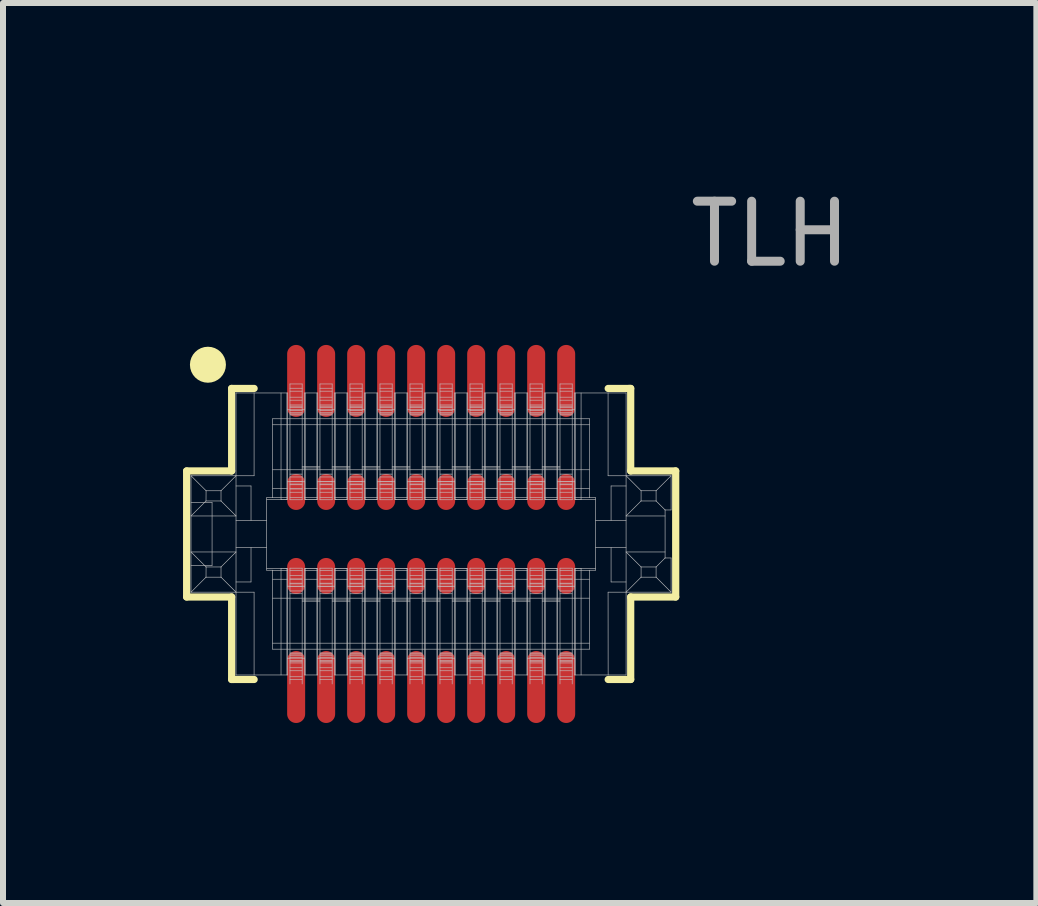
<source format=kicad_pcb>
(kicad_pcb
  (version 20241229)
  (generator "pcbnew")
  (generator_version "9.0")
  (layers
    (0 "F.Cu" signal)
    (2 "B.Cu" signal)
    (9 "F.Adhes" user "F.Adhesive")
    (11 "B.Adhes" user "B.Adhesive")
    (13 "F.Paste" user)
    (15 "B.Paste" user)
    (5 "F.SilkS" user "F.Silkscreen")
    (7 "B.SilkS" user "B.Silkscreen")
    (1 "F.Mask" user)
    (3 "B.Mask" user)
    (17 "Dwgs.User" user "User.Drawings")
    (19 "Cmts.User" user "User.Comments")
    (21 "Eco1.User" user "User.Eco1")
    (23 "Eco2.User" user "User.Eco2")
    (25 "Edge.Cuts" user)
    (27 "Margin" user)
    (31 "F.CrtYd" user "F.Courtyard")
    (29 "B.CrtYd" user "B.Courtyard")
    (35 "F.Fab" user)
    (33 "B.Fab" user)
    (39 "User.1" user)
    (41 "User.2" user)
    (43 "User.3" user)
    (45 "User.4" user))
  (footprint "TLH"
    (layer "F.Cu")
    (at 4.135 5.848)
    (property "Reference" "TLH" (at 5.65 -5 0) (layer "F.Fab") (effects (font (size 1 1) (thickness 0.15))))
    (attr through_hole)
    (fp_line (start -4.075 -1.05) (end -3.325 -1.05) (stroke (width 0.12) (type solid)) (layer "F.SilkS"))
    (fp_line (start -4.075 1.05) (end -4.075 -1.05) (stroke (width 0.12) (type solid)) (layer "F.SilkS"))
    (fp_line (start -3.325 -2.425) (end -2.95 -2.425) (stroke (width 0.12) (type solid)) (layer "F.SilkS"))
    (fp_line (start -3.325 -1.05) (end -3.325 -2.425) (stroke (width 0.12) (type solid)) (layer "F.SilkS"))
    (fp_line (start -3.325 1.05) (end -4.075 1.05) (stroke (width 0.12) (type solid)) (layer "F.SilkS"))
    (fp_line (start -3.325 2.425) (end -3.325 1.05) (stroke (width 0.12) (type solid)) (layer "F.SilkS"))
    (fp_line (start -3.3 2.425) (end -3.325 2.425) (stroke (width 0.12) (type solid)) (layer "F.SilkS"))
    (fp_line (start -2.95 2.425) (end -3.3 2.425) (stroke (width 0.12) (type solid)) (layer "F.SilkS"))
    (fp_line (start 2.95 -2.425) (end 3.3 -2.425) (stroke (width 0.12) (type solid)) (layer "F.SilkS"))
    (fp_line (start 3.3 -2.425) (end 3.325 -2.425) (stroke (width 0.12) (type solid)) (layer "F.SilkS"))
    (fp_line (start 3.325 -2.425) (end 3.325 -1.05) (stroke (width 0.12) (type solid)) (layer "F.SilkS"))
    (fp_line (start 3.325 -1.05) (end 4.075 -1.05) (stroke (width 0.12) (type solid)) (layer "F.SilkS"))
    (fp_line (start 3.325 1.05) (end 3.325 2.425) (stroke (width 0.12) (type solid)) (layer "F.SilkS"))
    (fp_line (start 3.325 2.425) (end 2.95 2.425) (stroke (width 0.12) (type solid)) (layer "F.SilkS"))
    (fp_line (start 4.075 -1.05) (end 4.075 1.05) (stroke (width 0.12) (type solid)) (layer "F.SilkS"))
    (fp_line (start 4.075 1.05) (end 3.325 1.05) (stroke (width 0.12) (type solid)) (layer "F.SilkS"))
    (fp_circle (center -3.72 -2.82) (end -3.57 -2.82) (stroke (width 0.3) (type solid)) (fill no) (layer "F.SilkS"))
    (fp_line (start -4.002 -0.97) (end -3.751 -0.72) (stroke (width 0.01) (type solid)) (layer "Dwgs.User"))
    (fp_line (start -4.002 0.3) (end -3.751 0.55) (stroke (width 0.01) (type solid)) (layer "Dwgs.User"))
    (fp_line (start -4.002 0.525) (end -3.651 0.525) (stroke (width 0.01) (type solid)) (layer "Dwgs.User"))
    (fp_line (start -4.002 0.97) (end -4.002 -0.97) (stroke (width 0.01) (type solid)) (layer "Dwgs.User"))
    (fp_line (start -3.752 -0.55) (end -4.002 -0.3) (stroke (width 0.01) (type solid)) (layer "Dwgs.User"))
    (fp_line (start -3.752 -0.55) (end -3.751 -0.72) (stroke (width 0.01) (type solid)) (layer "Dwgs.User"))
    (fp_line (start -3.752 0.72) (end -4.002 0.97) (stroke (width 0.01) (type solid)) (layer "Dwgs.User"))
    (fp_line (start -3.752 0.72) (end -3.751 0.55) (stroke (width 0.01) (type solid)) (layer "Dwgs.User"))
    (fp_line (start -3.651 -0.525) (end -4.002 -0.525) (stroke (width 0.01) (type solid)) (layer "Dwgs.User"))
    (fp_line (start -3.651 0.525) (end -3.651 -0.525) (stroke (width 0.01) (type solid)) (layer "Dwgs.User"))
    (fp_line (start -3.502 -0.72) (end -3.751 -0.72) (stroke (width 0.01) (type solid)) (layer "Dwgs.User"))
    (fp_line (start -3.502 -0.72) (end -3.502 -0.55) (stroke (width 0.01) (type solid)) (layer "Dwgs.User"))
    (fp_line (start -3.502 -0.72) (end -3.252 -0.97) (stroke (width 0.01) (type solid)) (layer "Dwgs.User"))
    (fp_line (start -3.502 -0.55) (end -3.752 -0.55) (stroke (width 0.01) (type solid)) (layer "Dwgs.User"))
    (fp_line (start -3.502 0.55) (end -3.751 0.55) (stroke (width 0.01) (type solid)) (layer "Dwgs.User"))
    (fp_line (start -3.502 0.55) (end -3.502 0.72) (stroke (width 0.01) (type solid)) (layer "Dwgs.User"))
    (fp_line (start -3.502 0.55) (end -3.252 0.3) (stroke (width 0.01) (type solid)) (layer "Dwgs.User"))
    (fp_line (start -3.502 0.72) (end -3.752 0.72) (stroke (width 0.01) (type solid)) (layer "Dwgs.User"))
    (fp_line (start -3.252 -2.35) (end -3.252 2.35) (stroke (width 0.01) (type solid)) (layer "Dwgs.User"))
    (fp_line (start -3.252 -2.35) (end -2.392 -2.35) (stroke (width 0.01) (type solid)) (layer "Dwgs.User"))
    (fp_line (start -3.252 -0.8) (end -3.002 -0.8) (stroke (width 0.01) (type solid)) (layer "Dwgs.User"))
    (fp_line (start -3.252 -0.3) (end -4.002 -0.3) (stroke (width 0.01) (type solid)) (layer "Dwgs.User"))
    (fp_line (start -3.252 -0.3) (end -3.502 -0.55) (stroke (width 0.01) (type solid)) (layer "Dwgs.User"))
    (fp_line (start -3.252 0.3) (end -4.002 0.3) (stroke (width 0.01) (type solid)) (layer "Dwgs.User"))
    (fp_line (start -3.252 0.97) (end -3.502 0.72) (stroke (width 0.01) (type solid)) (layer "Dwgs.User"))
    (fp_line (start -3.252 2.35) (end -2.392 2.35) (stroke (width 0.01) (type solid)) (layer "Dwgs.User"))
    (fp_line (start -3.002 -0.225) (end -3.002 -0.8) (stroke (width 0.01) (type solid)) (layer "Dwgs.User"))
    (fp_line (start -3.002 0.8) (end -3.252 0.8) (stroke (width 0.01) (type solid)) (layer "Dwgs.User"))
    (fp_line (start -3.002 0.8) (end -3.002 0.225) (stroke (width 0.01) (type solid)) (layer "Dwgs.User"))
    (fp_line (start -2.951 -0.97) (end -4.002 -0.97) (stroke (width 0.01) (type solid)) (layer "Dwgs.User"))
    (fp_line (start -2.951 -0.97) (end -2.951 -2.35) (stroke (width 0.01) (type solid)) (layer "Dwgs.User"))
    (fp_line (start -2.951 0.97) (end -4.002 0.97) (stroke (width 0.01) (type solid)) (layer "Dwgs.User"))
    (fp_line (start -2.951 0.97) (end -2.951 2.35) (stroke (width 0.01) (type solid)) (layer "Dwgs.User"))
    (fp_line (start -2.741 -0.604) (end -2.741 0.604) (stroke (width 0.01) (type solid)) (layer "Dwgs.User"))
    (fp_line (start -2.741 -0.225) (end -3.252 -0.225) (stroke (width 0.01) (type solid)) (layer "Dwgs.User"))
    (fp_line (start -2.741 0.225) (end -3.252 0.225) (stroke (width 0.01) (type solid)) (layer "Dwgs.User"))
    (fp_line (start -2.741 0.604) (end -2.642 0.604) (stroke (width 0.01) (type solid)) (layer "Dwgs.User"))
    (fp_line (start -2.642 -1.92) (end -2.642 -0.604) (stroke (width 0.01) (type solid)) (layer "Dwgs.User"))
    (fp_line (start -2.642 -0.604) (end -2.741 -0.604) (stroke (width 0.01) (type solid)) (layer "Dwgs.User"))
    (fp_line (start -2.642 0.604) (end -2.642 1.92) (stroke (width 0.01) (type solid)) (layer "Dwgs.User"))
    (fp_line (start -2.502 -0.573) (end -2.741 -0.573) (stroke (width 0.01) (type solid)) (layer "Dwgs.User"))
    (fp_line (start -2.502 -0.573) (end -2.502 -2.35) (stroke (width 0.01) (type solid)) (layer "Dwgs.User"))
    (fp_line (start -2.502 0.573) (end -2.741 0.573) (stroke (width 0.01) (type solid)) (layer "Dwgs.User"))
    (fp_line (start -2.502 0.573) (end -2.493 0.573) (stroke (width 0.01) (type solid)) (layer "Dwgs.User"))
    (fp_line (start -2.502 2.35) (end -2.502 0.573) (stroke (width 0.01) (type solid)) (layer "Dwgs.User"))
    (fp_line (start -2.498 -0.573) (end -2.502 -0.573) (stroke (width 0.01) (type solid)) (layer "Dwgs.User"))
    (fp_line (start -2.493 0.573) (end -2.484 0.573) (stroke (width 0.01) (type solid)) (layer "Dwgs.User"))
    (fp_line (start -2.489 -0.573) (end -2.498 -0.573) (stroke (width 0.01) (type solid)) (layer "Dwgs.User"))
    (fp_line (start -2.484 0.573) (end -2.476 0.573) (stroke (width 0.01) (type solid)) (layer "Dwgs.User"))
    (fp_line (start -2.481 -0.573) (end -2.489 -0.573) (stroke (width 0.01) (type solid)) (layer "Dwgs.User"))
    (fp_line (start -2.476 0.573) (end -2.467 0.573) (stroke (width 0.01) (type solid)) (layer "Dwgs.User"))
    (fp_line (start -2.472 -0.573) (end -2.481 -0.573) (stroke (width 0.01) (type solid)) (layer "Dwgs.User"))
    (fp_line (start -2.467 0.573) (end -2.459 0.573) (stroke (width 0.01) (type solid)) (layer "Dwgs.User"))
    (fp_line (start -2.464 -0.573) (end -2.472 -0.573) (stroke (width 0.01) (type solid)) (layer "Dwgs.User"))
    (fp_line (start -2.459 0.573) (end -2.451 0.573) (stroke (width 0.01) (type solid)) (layer "Dwgs.User"))
    (fp_line (start -2.456 -0.573) (end -2.464 -0.573) (stroke (width 0.01) (type solid)) (layer "Dwgs.User"))
    (fp_line (start -2.451 0.573) (end -2.444 0.574) (stroke (width 0.01) (type solid)) (layer "Dwgs.User"))
    (fp_line (start -2.449 -0.574) (end -2.456 -0.573) (stroke (width 0.01) (type solid)) (layer "Dwgs.User"))
    (fp_line (start -2.444 0.574) (end -2.437 0.574) (stroke (width 0.01) (type solid)) (layer "Dwgs.User"))
    (fp_line (start -2.441 -0.574) (end -2.449 -0.574) (stroke (width 0.01) (type solid)) (layer "Dwgs.User"))
    (fp_line (start -2.437 0.574) (end -2.431 0.574) (stroke (width 0.01) (type solid)) (layer "Dwgs.User"))
    (fp_line (start -2.435 -0.574) (end -2.441 -0.574) (stroke (width 0.01) (type solid)) (layer "Dwgs.User"))
    (fp_line (start -2.431 0.574) (end -2.425 0.574) (stroke (width 0.01) (type solid)) (layer "Dwgs.User"))
    (fp_line (start -2.428 -0.574) (end -2.435 -0.574) (stroke (width 0.01) (type solid)) (layer "Dwgs.User"))
    (fp_line (start -2.425 0.574) (end -2.42 0.574) (stroke (width 0.01) (type solid)) (layer "Dwgs.User"))
    (fp_line (start -2.423 -0.574) (end -2.428 -0.574) (stroke (width 0.01) (type solid)) (layer "Dwgs.User"))
    (fp_line (start -2.42 0.574) (end -2.415 0.575) (stroke (width 0.01) (type solid)) (layer "Dwgs.User"))
    (fp_line (start -2.418 -0.575) (end -2.423 -0.574) (stroke (width 0.01) (type solid)) (layer "Dwgs.User"))
    (fp_line (start -2.415 0.575) (end -2.411 0.575) (stroke (width 0.01) (type solid)) (layer "Dwgs.User"))
    (fp_line (start -2.413 -0.575) (end -2.418 -0.575) (stroke (width 0.01) (type solid)) (layer "Dwgs.User"))
    (fp_line (start -2.411 0.575) (end -2.408 0.575) (stroke (width 0.01) (type solid)) (layer "Dwgs.User"))
    (fp_line (start -2.409 -0.575) (end -2.413 -0.575) (stroke (width 0.01) (type solid)) (layer "Dwgs.User"))
    (fp_line (start -2.408 0.575) (end -2.405 0.576) (stroke (width 0.01) (type solid)) (layer "Dwgs.User"))
    (fp_line (start -2.406 -0.575) (end -2.409 -0.575) (stroke (width 0.01) (type solid)) (layer "Dwgs.User"))
    (fp_line (start -2.405 0.576) (end -2.404 0.576) (stroke (width 0.01) (type solid)) (layer "Dwgs.User"))
    (fp_line (start -2.404 -0.576) (end -2.406 -0.575) (stroke (width 0.01) (type solid)) (layer "Dwgs.User"))
    (fp_line (start -2.404 -0.576) (end -2.404 -2.35) (stroke (width 0.01) (type solid)) (layer "Dwgs.User"))
    (fp_line (start -2.404 -0.576) (end -2.392 -0.578) (stroke (width 0.01) (type solid)) (layer "Dwgs.User"))
    (fp_line (start -2.404 2.35) (end -2.404 0.576) (stroke (width 0.01) (type solid)) (layer "Dwgs.User"))
    (fp_line (start -2.392 -2.35) (end -2.392 -2.07) (stroke (width 0.01) (type solid)) (layer "Dwgs.User"))
    (fp_line (start -2.392 -2.07) (end -2.111 -2.07) (stroke (width 0.01) (type solid)) (layer "Dwgs.User"))
    (fp_line (start -2.392 -0.87) (end -2.392 -2.07) (stroke (width 0.01) (type solid)) (layer "Dwgs.User"))
    (fp_line (start -2.392 -0.87) (end -2.392 -0.578) (stroke (width 0.01) (type solid)) (layer "Dwgs.User"))
    (fp_line (start -2.392 -0.755) (end -2.641 -0.755) (stroke (width 0.01) (type solid)) (layer "Dwgs.User"))
    (fp_line (start -2.392 -0.607) (end -2.641 -0.607) (stroke (width 0.01) (type solid)) (layer "Dwgs.User"))
    (fp_line (start -2.392 0.578) (end -2.404 0.576) (stroke (width 0.01) (type solid)) (layer "Dwgs.User"))
    (fp_line (start -2.392 0.578) (end -2.392 0.87) (stroke (width 0.01) (type solid)) (layer "Dwgs.User"))
    (fp_line (start -2.392 0.608) (end -2.641 0.608) (stroke (width 0.01) (type solid)) (layer "Dwgs.User"))
    (fp_line (start -2.392 0.755) (end -2.641 0.755) (stroke (width 0.01) (type solid)) (layer "Dwgs.User"))
    (fp_line (start -2.392 0.87) (end -2.111 0.87) (stroke (width 0.01) (type solid)) (layer "Dwgs.User"))
    (fp_line (start -2.392 2.07) (end -2.392 0.87) (stroke (width 0.01) (type solid)) (layer "Dwgs.User"))
    (fp_line (start -2.392 2.07) (end -2.392 2.35) (stroke (width 0.01) (type solid)) (layer "Dwgs.User"))
    (fp_line (start -2.353 -2.5) (end -2.353 -2.07) (stroke (width 0.01) (type solid)) (layer "Dwgs.User"))
    (fp_line (start -2.353 -2.5) (end -2.15 -2.5) (stroke (width 0.01) (type solid)) (layer "Dwgs.User"))
    (fp_line (start -2.353 -2.428) (end -2.15 -2.428) (stroke (width 0.01) (type solid)) (layer "Dwgs.User"))
    (fp_line (start -2.353 -2.38) (end -2.15 -2.38) (stroke (width 0.01) (type solid)) (layer "Dwgs.User"))
    (fp_line (start -2.353 -2.28) (end -2.15 -2.28) (stroke (width 0.01) (type solid)) (layer "Dwgs.User"))
    (fp_line (start -2.353 -2.23) (end -2.15 -2.23) (stroke (width 0.01) (type solid)) (layer "Dwgs.User"))
    (fp_line (start -2.353 -2.15) (end -2.15 -2.15) (stroke (width 0.01) (type solid)) (layer "Dwgs.User"))
    (fp_line (start -2.353 -2.13) (end -2.15 -2.13) (stroke (width 0.01) (type solid)) (layer "Dwgs.User"))
    (fp_line (start -2.353 -2.106) (end -2.15 -2.106) (stroke (width 0.01) (type solid)) (layer "Dwgs.User"))
    (fp_line (start -2.353 -2.07) (end -2.353 -0.87) (stroke (width 0.01) (type solid)) (layer "Dwgs.User"))
    (fp_line (start -2.353 -2.054) (end -2.15 -2.054) (stroke (width 0.01) (type solid)) (layer "Dwgs.User"))
    (fp_line (start -2.353 -2.02) (end -2.15 -2.02) (stroke (width 0.01) (type solid)) (layer "Dwgs.User"))
    (fp_line (start -2.353 -2) (end -2.15 -2) (stroke (width 0.01) (type solid)) (layer "Dwgs.User"))
    (fp_line (start -2.353 -1.983) (end -2.15 -1.983) (stroke (width 0.01) (type solid)) (layer "Dwgs.User"))
    (fp_line (start -2.353 -0.997) (end -2.15 -0.997) (stroke (width 0.01) (type solid)) (layer "Dwgs.User"))
    (fp_line (start -2.353 -0.95) (end -2.15 -0.95) (stroke (width 0.01) (type solid)) (layer "Dwgs.User"))
    (fp_line (start -2.353 -0.874) (end -2.15 -0.874) (stroke (width 0.01) (type solid)) (layer "Dwgs.User"))
    (fp_line (start -2.353 -0.87) (end -2.353 -0.57) (stroke (width 0.01) (type solid)) (layer "Dwgs.User"))
    (fp_line (start -2.353 -0.832) (end -2.15 -0.832) (stroke (width 0.01) (type solid)) (layer "Dwgs.User"))
    (fp_line (start -2.353 -0.82) (end -2.15 -0.82) (stroke (width 0.01) (type solid)) (layer "Dwgs.User"))
    (fp_line (start -2.353 -0.753) (end -2.15 -0.753) (stroke (width 0.01) (type solid)) (layer "Dwgs.User"))
    (fp_line (start -2.353 -0.75) (end -2.15 -0.75) (stroke (width 0.01) (type solid)) (layer "Dwgs.User"))
    (fp_line (start -2.353 -0.695) (end -2.15 -0.695) (stroke (width 0.01) (type solid)) (layer "Dwgs.User"))
    (fp_line (start -2.353 -0.61) (end -2.15 -0.61) (stroke (width 0.01) (type solid)) (layer "Dwgs.User"))
    (fp_line (start -2.353 -0.57) (end -2.15 -0.57) (stroke (width 0.01) (type solid)) (layer "Dwgs.User"))
    (fp_line (start -2.353 0.57) (end -2.353 0.87) (stroke (width 0.01) (type solid)) (layer "Dwgs.User"))
    (fp_line (start -2.353 0.87) (end -2.353 2.07) (stroke (width 0.01) (type solid)) (layer "Dwgs.User"))
    (fp_line (start -2.353 2.07) (end -2.353 2.5) (stroke (width 0.01) (type solid)) (layer "Dwgs.User"))
    (fp_line (start -2.15 -2.07) (end -2.15 -2.5) (stroke (width 0.01) (type solid)) (layer "Dwgs.User"))
    (fp_line (start -2.15 -1.1) (end -1.853 -1.1) (stroke (width 0.01) (type solid)) (layer "Dwgs.User"))
    (fp_line (start -2.15 -0.87) (end -2.15 -2.07) (stroke (width 0.01) (type solid)) (layer "Dwgs.User"))
    (fp_line (start -2.15 -0.57) (end -2.15 -0.87) (stroke (width 0.01) (type solid)) (layer "Dwgs.User"))
    (fp_line (start -2.15 0.57) (end -2.353 0.57) (stroke (width 0.01) (type solid)) (layer "Dwgs.User"))
    (fp_line (start -2.15 0.61) (end -2.353 0.61) (stroke (width 0.01) (type solid)) (layer "Dwgs.User"))
    (fp_line (start -2.15 0.695) (end -2.353 0.695) (stroke (width 0.01) (type solid)) (layer "Dwgs.User"))
    (fp_line (start -2.15 0.75) (end -2.353 0.75) (stroke (width 0.01) (type solid)) (layer "Dwgs.User"))
    (fp_line (start -2.15 0.753) (end -2.353 0.753) (stroke (width 0.01) (type solid)) (layer "Dwgs.User"))
    (fp_line (start -2.15 0.82) (end -2.353 0.82) (stroke (width 0.01) (type solid)) (layer "Dwgs.User"))
    (fp_line (start -2.15 0.832) (end -2.353 0.832) (stroke (width 0.01) (type solid)) (layer "Dwgs.User"))
    (fp_line (start -2.15 0.87) (end -2.15 0.57) (stroke (width 0.01) (type solid)) (layer "Dwgs.User"))
    (fp_line (start -2.15 0.874) (end -2.353 0.874) (stroke (width 0.01) (type solid)) (layer "Dwgs.User"))
    (fp_line (start -2.15 0.95) (end -2.353 0.95) (stroke (width 0.01) (type solid)) (layer "Dwgs.User"))
    (fp_line (start -2.15 0.997) (end -2.353 0.997) (stroke (width 0.01) (type solid)) (layer "Dwgs.User"))
    (fp_line (start -2.15 1.12) (end -1.853 1.12) (stroke (width 0.01) (type solid)) (layer "Dwgs.User"))
    (fp_line (start -2.15 1.983) (end -2.353 1.983) (stroke (width 0.01) (type solid)) (layer "Dwgs.User"))
    (fp_line (start -2.15 2) (end -2.353 2) (stroke (width 0.01) (type solid)) (layer "Dwgs.User"))
    (fp_line (start -2.15 2.02) (end -2.353 2.02) (stroke (width 0.01) (type solid)) (layer "Dwgs.User"))
    (fp_line (start -2.15 2.054) (end -2.353 2.054) (stroke (width 0.01) (type solid)) (layer "Dwgs.User"))
    (fp_line (start -2.15 2.07) (end -2.15 0.87) (stroke (width 0.01) (type solid)) (layer "Dwgs.User"))
    (fp_line (start -2.15 2.106) (end -2.353 2.106) (stroke (width 0.01) (type solid)) (layer "Dwgs.User"))
    (fp_line (start -2.15 2.13) (end -2.353 2.13) (stroke (width 0.01) (type solid)) (layer "Dwgs.User"))
    (fp_line (start -2.15 2.15) (end -2.353 2.15) (stroke (width 0.01) (type solid)) (layer "Dwgs.User"))
    (fp_line (start -2.15 2.23) (end -2.353 2.23) (stroke (width 0.01) (type solid)) (layer "Dwgs.User"))
    (fp_line (start -2.15 2.28) (end -2.353 2.28) (stroke (width 0.01) (type solid)) (layer "Dwgs.User"))
    (fp_line (start -2.15 2.38) (end -2.353 2.38) (stroke (width 0.01) (type solid)) (layer "Dwgs.User"))
    (fp_line (start -2.15 2.428) (end -2.353 2.428) (stroke (width 0.01) (type solid)) (layer "Dwgs.User"))
    (fp_line (start -2.15 2.5) (end -2.15 2.07) (stroke (width 0.01) (type solid)) (layer "Dwgs.User"))
    (fp_line (start -2.111 -0.87) (end -2.392 -0.87) (stroke (width 0.01) (type solid)) (layer "Dwgs.User"))
    (fp_line (start -2.111 -0.87) (end -2.111 -2.07) (stroke (width 0.01) (type solid)) (layer "Dwgs.User"))
    (fp_line (start -2.111 -0.578) (end -2.111 -0.87) (stroke (width 0.01) (type solid)) (layer "Dwgs.User"))
    (fp_line (start -2.111 -0.578) (end -2.099 -0.576) (stroke (width 0.01) (type solid)) (layer "Dwgs.User"))
    (fp_line (start -2.111 2.07) (end -2.392 2.07) (stroke (width 0.01) (type solid)) (layer "Dwgs.User"))
    (fp_line (start -2.111 2.07) (end -2.111 0.87) (stroke (width 0.01) (type solid)) (layer "Dwgs.User"))
    (fp_line (start -2.111 2.35) (end -2.111 2.07) (stroke (width 0.01) (type solid)) (layer "Dwgs.User"))
    (fp_line (start -2.111 -2.35) (end -1.891 -2.35) (stroke (width 0.01) (type solid)) (layer "Dwgs.User"))
    (fp_line (start -2.111 -2.07) (end -2.111 -2.35) (stroke (width 0.01) (type solid)) (layer "Dwgs.User"))
    (fp_line (start -2.111 0.87) (end -2.111 0.578) (stroke (width 0.01) (type solid)) (layer "Dwgs.User"))
    (fp_line (start -2.099 -0.576) (end -2.099 -2.35) (stroke (width 0.01) (type solid)) (layer "Dwgs.User"))
    (fp_line (start -2.099 0.576) (end -2.111 0.578) (stroke (width 0.01) (type solid)) (layer "Dwgs.User"))
    (fp_line (start -2.099 0.576) (end -2.097 0.575) (stroke (width 0.01) (type solid)) (layer "Dwgs.User"))
    (fp_line (start -2.099 2.35) (end -2.099 0.576) (stroke (width 0.01) (type solid)) (layer "Dwgs.User"))
    (fp_line (start -2.097 -0.575) (end -2.099 -0.576) (stroke (width 0.01) (type solid)) (layer "Dwgs.User"))
    (fp_line (start -2.097 0.575) (end -2.094 0.575) (stroke (width 0.01) (type solid)) (layer "Dwgs.User"))
    (fp_line (start -2.094 -0.575) (end -2.097 -0.575) (stroke (width 0.01) (type solid)) (layer "Dwgs.User"))
    (fp_line (start -2.094 0.575) (end -2.09 0.575) (stroke (width 0.01) (type solid)) (layer "Dwgs.User"))
    (fp_line (start -2.091 -0.575) (end -2.094 -0.575) (stroke (width 0.01) (type solid)) (layer "Dwgs.User"))
    (fp_line (start -2.09 0.575) (end -2.085 0.575) (stroke (width 0.01) (type solid)) (layer "Dwgs.User"))
    (fp_line (start -2.086 -0.575) (end -2.091 -0.575) (stroke (width 0.01) (type solid)) (layer "Dwgs.User"))
    (fp_line (start -2.085 0.575) (end -2.08 0.574) (stroke (width 0.01) (type solid)) (layer "Dwgs.User"))
    (fp_line (start -2.081 -0.574) (end -2.086 -0.575) (stroke (width 0.01) (type solid)) (layer "Dwgs.User"))
    (fp_line (start -2.08 0.574) (end -2.075 0.574) (stroke (width 0.01) (type solid)) (layer "Dwgs.User"))
    (fp_line (start -2.076 -0.574) (end -2.081 -0.574) (stroke (width 0.01) (type solid)) (layer "Dwgs.User"))
    (fp_line (start -2.075 0.574) (end -2.068 0.574) (stroke (width 0.01) (type solid)) (layer "Dwgs.User"))
    (fp_line (start -2.07 -0.574) (end -2.076 -0.574) (stroke (width 0.01) (type solid)) (layer "Dwgs.User"))
    (fp_line (start -2.068 0.574) (end -2.062 0.574) (stroke (width 0.01) (type solid)) (layer "Dwgs.User"))
    (fp_line (start -2.063 -0.574) (end -2.07 -0.574) (stroke (width 0.01) (type solid)) (layer "Dwgs.User"))
    (fp_line (start -2.062 0.574) (end -2.054 0.574) (stroke (width 0.01) (type solid)) (layer "Dwgs.User"))
    (fp_line (start -2.056 -0.574) (end -2.063 -0.574) (stroke (width 0.01) (type solid)) (layer "Dwgs.User"))
    (fp_line (start -2.054 0.574) (end -2.047 0.573) (stroke (width 0.01) (type solid)) (layer "Dwgs.User"))
    (fp_line (start -2.048 -0.573) (end -2.056 -0.574) (stroke (width 0.01) (type solid)) (layer "Dwgs.User"))
    (fp_line (start -2.047 0.573) (end -2.039 0.573) (stroke (width 0.01) (type solid)) (layer "Dwgs.User"))
    (fp_line (start -2.041 -0.573) (end -2.048 -0.573) (stroke (width 0.01) (type solid)) (layer "Dwgs.User"))
    (fp_line (start -2.039 0.573) (end -2.031 0.573) (stroke (width 0.01) (type solid)) (layer "Dwgs.User"))
    (fp_line (start -2.032 -0.573) (end -2.041 -0.573) (stroke (width 0.01) (type solid)) (layer "Dwgs.User"))
    (fp_line (start -2.031 0.573) (end -2.022 0.573) (stroke (width 0.01) (type solid)) (layer "Dwgs.User"))
    (fp_line (start -2.024 -0.573) (end -2.032 -0.573) (stroke (width 0.01) (type solid)) (layer "Dwgs.User"))
    (fp_line (start -2.022 0.573) (end -2.014 0.573) (stroke (width 0.01) (type solid)) (layer "Dwgs.User"))
    (fp_line (start -2.015 -0.573) (end -2.024 -0.573) (stroke (width 0.01) (type solid)) (layer "Dwgs.User"))
    (fp_line (start -2.014 0.573) (end -2.005 0.573) (stroke (width 0.01) (type solid)) (layer "Dwgs.User"))
    (fp_line (start -2.007 -0.573) (end -2.015 -0.573) (stroke (width 0.01) (type solid)) (layer "Dwgs.User"))
    (fp_line (start -2.005 0.573) (end -1.996 0.573) (stroke (width 0.01) (type solid)) (layer "Dwgs.User"))
    (fp_line (start -1.998 -0.573) (end -2.007 -0.573) (stroke (width 0.01) (type solid)) (layer "Dwgs.User"))
    (fp_line (start -1.996 0.573) (end -1.988 0.573) (stroke (width 0.01) (type solid)) (layer "Dwgs.User"))
    (fp_line (start -1.989 -0.573) (end -1.998 -0.573) (stroke (width 0.01) (type solid)) (layer "Dwgs.User"))
    (fp_line (start -1.988 0.573) (end -1.979 0.573) (stroke (width 0.01) (type solid)) (layer "Dwgs.User"))
    (fp_line (start -1.981 -0.573) (end -1.989 -0.573) (stroke (width 0.01) (type solid)) (layer "Dwgs.User"))
    (fp_line (start -1.979 0.573) (end -1.971 0.573) (stroke (width 0.01) (type solid)) (layer "Dwgs.User"))
    (fp_line (start -1.972 -0.573) (end -1.981 -0.573) (stroke (width 0.01) (type solid)) (layer "Dwgs.User"))
    (fp_line (start -1.971 0.573) (end -1.962 0.573) (stroke (width 0.01) (type solid)) (layer "Dwgs.User"))
    (fp_line (start -1.964 -0.573) (end -1.972 -0.573) (stroke (width 0.01) (type solid)) (layer "Dwgs.User"))
    (fp_line (start -1.962 0.573) (end -1.955 0.573) (stroke (width 0.01) (type solid)) (layer "Dwgs.User"))
    (fp_line (start -1.956 -0.573) (end -1.964 -0.573) (stroke (width 0.01) (type solid)) (layer "Dwgs.User"))
    (fp_line (start -1.955 0.573) (end -1.947 0.574) (stroke (width 0.01) (type solid)) (layer "Dwgs.User"))
    (fp_line (start -1.949 -0.574) (end -1.956 -0.573) (stroke (width 0.01) (type solid)) (layer "Dwgs.User"))
    (fp_line (start -1.947 0.574) (end -1.94 0.574) (stroke (width 0.01) (type solid)) (layer "Dwgs.User"))
    (fp_line (start -1.941 -0.574) (end -1.949 -0.574) (stroke (width 0.01) (type solid)) (layer "Dwgs.User"))
    (fp_line (start -1.94 0.574) (end -1.933 0.574) (stroke (width 0.01) (type solid)) (layer "Dwgs.User"))
    (fp_line (start -1.935 -0.574) (end -1.941 -0.574) (stroke (width 0.01) (type solid)) (layer "Dwgs.User"))
    (fp_line (start -1.933 0.574) (end -1.927 0.574) (stroke (width 0.01) (type solid)) (layer "Dwgs.User"))
    (fp_line (start -1.928 -0.574) (end -1.935 -0.574) (stroke (width 0.01) (type solid)) (layer "Dwgs.User"))
    (fp_line (start -1.927 0.574) (end -1.922 0.574) (stroke (width 0.01) (type solid)) (layer "Dwgs.User"))
    (fp_line (start -1.923 -0.574) (end -1.928 -0.574) (stroke (width 0.01) (type solid)) (layer "Dwgs.User"))
    (fp_line (start -1.922 0.574) (end -1.917 0.575) (stroke (width 0.01) (type solid)) (layer "Dwgs.User"))
    (fp_line (start -1.918 -0.575) (end -1.923 -0.574) (stroke (width 0.01) (type solid)) (layer "Dwgs.User"))
    (fp_line (start -1.917 0.575) (end -1.912 0.575) (stroke (width 0.01) (type solid)) (layer "Dwgs.User"))
    (fp_line (start -1.913 -0.575) (end -1.918 -0.575) (stroke (width 0.01) (type solid)) (layer "Dwgs.User"))
    (fp_line (start -1.912 0.575) (end -1.909 0.575) (stroke (width 0.01) (type solid)) (layer "Dwgs.User"))
    (fp_line (start -1.909 -0.575) (end -1.913 -0.575) (stroke (width 0.01) (type solid)) (layer "Dwgs.User"))
    (fp_line (start -1.909 0.575) (end -1.906 0.575) (stroke (width 0.01) (type solid)) (layer "Dwgs.User"))
    (fp_line (start -1.906 -0.575) (end -1.909 -0.575) (stroke (width 0.01) (type solid)) (layer "Dwgs.User"))
    (fp_line (start -1.906 0.575) (end -1.904 0.576) (stroke (width 0.01) (type solid)) (layer "Dwgs.User"))
    (fp_line (start -1.904 -0.576) (end -1.906 -0.575) (stroke (width 0.01) (type solid)) (layer "Dwgs.User"))
    (fp_line (start -1.904 -0.576) (end -1.904 -2.35) (stroke (width 0.01) (type solid)) (layer "Dwgs.User"))
    (fp_line (start -1.904 -0.576) (end -1.891 -0.578) (stroke (width 0.01) (type solid)) (layer "Dwgs.User"))
    (fp_line (start -1.904 2.35) (end -1.904 0.576) (stroke (width 0.01) (type solid)) (layer "Dwgs.User"))
    (fp_line (start -1.891 -2.35) (end -1.891 -2.07) (stroke (width 0.01) (type solid)) (layer "Dwgs.User"))
    (fp_line (start -1.891 -2.07) (end -1.611 -2.07) (stroke (width 0.01) (type solid)) (layer "Dwgs.User"))
    (fp_line (start -1.891 -0.87) (end -1.891 -2.07) (stroke (width 0.01) (type solid)) (layer "Dwgs.User"))
    (fp_line (start -1.891 -0.87) (end -1.891 -0.578) (stroke (width 0.01) (type solid)) (layer "Dwgs.User"))
    (fp_line (start -1.891 -0.755) (end -2.111 -0.755) (stroke (width 0.01) (type solid)) (layer "Dwgs.User"))
    (fp_line (start -1.891 -0.607) (end -2.111 -0.607) (stroke (width 0.01) (type solid)) (layer "Dwgs.User"))
    (fp_line (start -1.891 0.578) (end -1.904 0.576) (stroke (width 0.01) (type solid)) (layer "Dwgs.User"))
    (fp_line (start -1.891 0.578) (end -1.891 0.87) (stroke (width 0.01) (type solid)) (layer "Dwgs.User"))
    (fp_line (start -1.891 0.608) (end -2.111 0.608) (stroke (width 0.01) (type solid)) (layer "Dwgs.User"))
    (fp_line (start -1.891 0.755) (end -2.111 0.755) (stroke (width 0.01) (type solid)) (layer "Dwgs.User"))
    (fp_line (start -1.891 0.87) (end -1.611 0.87) (stroke (width 0.01) (type solid)) (layer "Dwgs.User"))
    (fp_line (start -1.891 2.07) (end -1.891 0.87) (stroke (width 0.01) (type solid)) (layer "Dwgs.User"))
    (fp_line (start -1.891 2.07) (end -1.891 2.35) (stroke (width 0.01) (type solid)) (layer "Dwgs.User"))
    (fp_line (start -1.891 2.35) (end -2.111 2.35) (stroke (width 0.01) (type solid)) (layer "Dwgs.User"))
    (fp_line (start -1.853 -2.5) (end -1.853 -2.07) (stroke (width 0.01) (type solid)) (layer "Dwgs.User"))
    (fp_line (start -1.853 -2.5) (end -1.65 -2.5) (stroke (width 0.01) (type solid)) (layer "Dwgs.User"))
    (fp_line (start -1.853 -2.428) (end -1.65 -2.428) (stroke (width 0.01) (type solid)) (layer "Dwgs.User"))
    (fp_line (start -1.853 -2.38) (end -1.65 -2.38) (stroke (width 0.01) (type solid)) (layer "Dwgs.User"))
    (fp_line (start -1.853 -2.28) (end -1.65 -2.28) (stroke (width 0.01) (type solid)) (layer "Dwgs.User"))
    (fp_line (start -1.853 -2.23) (end -1.65 -2.23) (stroke (width 0.01) (type solid)) (layer "Dwgs.User"))
    (fp_line (start -1.853 -2.15) (end -1.65 -2.15) (stroke (width 0.01) (type solid)) (layer "Dwgs.User"))
    (fp_line (start -1.853 -2.13) (end -1.65 -2.13) (stroke (width 0.01) (type solid)) (layer "Dwgs.User"))
    (fp_line (start -1.853 -2.106) (end -1.65 -2.106) (stroke (width 0.01) (type solid)) (layer "Dwgs.User"))
    (fp_line (start -1.853 -2.07) (end -1.853 -0.87) (stroke (width 0.01) (type solid)) (layer "Dwgs.User"))
    (fp_line (start -1.853 -2.054) (end -1.65 -2.054) (stroke (width 0.01) (type solid)) (layer "Dwgs.User"))
    (fp_line (start -1.853 -2.02) (end -1.65 -2.02) (stroke (width 0.01) (type solid)) (layer "Dwgs.User"))
    (fp_line (start -1.853 -2) (end -1.65 -2) (stroke (width 0.01) (type solid)) (layer "Dwgs.User"))
    (fp_line (start -1.853 -1.983) (end -1.65 -1.983) (stroke (width 0.01) (type solid)) (layer "Dwgs.User"))
    (fp_line (start -1.853 -1.12) (end -2.15 -1.12) (stroke (width 0.01) (type solid)) (layer "Dwgs.User"))
    (fp_line (start -1.853 -0.61) (end -1.65 -0.61) (stroke (width 0.01) (type solid)) (layer "Dwgs.User"))
    (fp_line (start -1.853 -0.57) (end -1.65 -0.57) (stroke (width 0.01) (type solid)) (layer "Dwgs.User"))
    (fp_line (start -1.853 0.57) (end -1.853 0.87) (stroke (width 0.01) (type solid)) (layer "Dwgs.User"))
    (fp_line (start -1.853 0.87) (end -1.853 2.07) (stroke (width 0.01) (type solid)) (layer "Dwgs.User"))
    (fp_line (start -1.853 1.1) (end -2.15 1.1) (stroke (width 0.01) (type solid)) (layer "Dwgs.User"))
    (fp_line (start -1.853 2.07) (end -1.853 2.5) (stroke (width 0.01) (type solid)) (layer "Dwgs.User"))
    (fp_line (start -1.853 -0.997) (end -1.65 -0.997) (stroke (width 0.01) (type solid)) (layer "Dwgs.User"))
    (fp_line (start -1.853 -0.95) (end -1.65 -0.95) (stroke (width 0.01) (type solid)) (layer "Dwgs.User"))
    (fp_line (start -1.853 -0.874) (end -1.65 -0.874) (stroke (width 0.01) (type solid)) (layer "Dwgs.User"))
    (fp_line (start -1.853 -0.87) (end -1.853 -0.57) (stroke (width 0.01) (type solid)) (layer "Dwgs.User"))
    (fp_line (start -1.853 -0.832) (end -1.65 -0.832) (stroke (width 0.01) (type solid)) (layer "Dwgs.User"))
    (fp_line (start -1.853 -0.82) (end -1.65 -0.82) (stroke (width 0.01) (type solid)) (layer "Dwgs.User"))
    (fp_line (start -1.853 -0.753) (end -1.65 -0.753) (stroke (width 0.01) (type solid)) (layer "Dwgs.User"))
    (fp_line (start -1.853 -0.75) (end -1.65 -0.75) (stroke (width 0.01) (type solid)) (layer "Dwgs.User"))
    (fp_line (start -1.853 -0.695) (end -1.65 -0.695) (stroke (width 0.01) (type solid)) (layer "Dwgs.User"))
    (fp_line (start -1.65 0.57) (end -1.853 0.57) (stroke (width 0.01) (type solid)) (layer "Dwgs.User"))
    (fp_line (start -1.65 0.61) (end -1.853 0.61) (stroke (width 0.01) (type solid)) (layer "Dwgs.User"))
    (fp_line (start -1.65 0.695) (end -1.853 0.695) (stroke (width 0.01) (type solid)) (layer "Dwgs.User"))
    (fp_line (start -1.65 0.75) (end -1.853 0.75) (stroke (width 0.01) (type solid)) (layer "Dwgs.User"))
    (fp_line (start -1.65 0.753) (end -1.853 0.753) (stroke (width 0.01) (type solid)) (layer "Dwgs.User"))
    (fp_line (start -1.65 0.82) (end -1.853 0.82) (stroke (width 0.01) (type solid)) (layer "Dwgs.User"))
    (fp_line (start -1.65 0.832) (end -1.853 0.832) (stroke (width 0.01) (type solid)) (layer "Dwgs.User"))
    (fp_line (start -1.65 0.87) (end -1.65 0.57) (stroke (width 0.01) (type solid)) (layer "Dwgs.User"))
    (fp_line (start -1.65 0.874) (end -1.853 0.874) (stroke (width 0.01) (type solid)) (layer "Dwgs.User"))
    (fp_line (start -1.65 0.95) (end -1.853 0.95) (stroke (width 0.01) (type solid)) (layer "Dwgs.User"))
    (fp_line (start -1.65 0.997) (end -1.853 0.997) (stroke (width 0.01) (type solid)) (layer "Dwgs.User"))
    (fp_line (start -1.65 1.12) (end -1.353 1.12) (stroke (width 0.01) (type solid)) (layer "Dwgs.User"))
    (fp_line (start -1.65 1.983) (end -1.853 1.983) (stroke (width 0.01) (type solid)) (layer "Dwgs.User"))
    (fp_line (start -1.65 2) (end -1.853 2) (stroke (width 0.01) (type solid)) (layer "Dwgs.User"))
    (fp_line (start -1.65 2.02) (end -1.853 2.02) (stroke (width 0.01) (type solid)) (layer "Dwgs.User"))
    (fp_line (start -1.65 2.054) (end -1.853 2.054) (stroke (width 0.01) (type solid)) (layer "Dwgs.User"))
    (fp_line (start -1.65 2.07) (end -1.65 0.87) (stroke (width 0.01) (type solid)) (layer "Dwgs.User"))
    (fp_line (start -1.65 2.106) (end -1.853 2.106) (stroke (width 0.01) (type solid)) (layer "Dwgs.User"))
    (fp_line (start -1.65 2.13) (end -1.853 2.13) (stroke (width 0.01) (type solid)) (layer "Dwgs.User"))
    (fp_line (start -1.65 2.15) (end -1.853 2.15) (stroke (width 0.01) (type solid)) (layer "Dwgs.User"))
    (fp_line (start -1.65 2.23) (end -1.853 2.23) (stroke (width 0.01) (type solid)) (layer "Dwgs.User"))
    (fp_line (start -1.65 2.28) (end -1.853 2.28) (stroke (width 0.01) (type solid)) (layer "Dwgs.User"))
    (fp_line (start -1.65 2.38) (end -1.853 2.38) (stroke (width 0.01) (type solid)) (layer "Dwgs.User"))
    (fp_line (start -1.65 2.428) (end -1.853 2.428) (stroke (width 0.01) (type solid)) (layer "Dwgs.User"))
    (fp_line (start -1.65 2.5) (end -1.65 2.07) (stroke (width 0.01) (type solid)) (layer "Dwgs.User"))
    (fp_line (start -1.65 -2.07) (end -1.65 -2.5) (stroke (width 0.01) (type solid)) (layer "Dwgs.User"))
    (fp_line (start -1.65 -1.1) (end -1.353 -1.1) (stroke (width 0.01) (type solid)) (layer "Dwgs.User"))
    (fp_line (start -1.65 -0.87) (end -1.65 -2.07) (stroke (width 0.01) (type solid)) (layer "Dwgs.User"))
    (fp_line (start -1.65 -0.57) (end -1.65 -0.87) (stroke (width 0.01) (type solid)) (layer "Dwgs.User"))
    (fp_line (start -1.611 -0.87) (end -1.891 -0.87) (stroke (width 0.01) (type solid)) (layer "Dwgs.User"))
    (fp_line (start -1.611 -0.87) (end -1.611 -2.07) (stroke (width 0.01) (type solid)) (layer "Dwgs.User"))
    (fp_line (start -1.611 -0.578) (end -1.611 -0.87) (stroke (width 0.01) (type solid)) (layer "Dwgs.User"))
    (fp_line (start -1.611 -0.578) (end -1.599 -0.576) (stroke (width 0.01) (type solid)) (layer "Dwgs.User"))
    (fp_line (start -1.611 2.07) (end -1.891 2.07) (stroke (width 0.01) (type solid)) (layer "Dwgs.User"))
    (fp_line (start -1.611 2.07) (end -1.611 0.87) (stroke (width 0.01) (type solid)) (layer "Dwgs.User"))
    (fp_line (start -1.611 2.35) (end -1.611 2.07) (stroke (width 0.01) (type solid)) (layer "Dwgs.User"))
    (fp_line (start -1.611 -2.35) (end -1.391 -2.35) (stroke (width 0.01) (type solid)) (layer "Dwgs.User"))
    (fp_line (start -1.611 -2.07) (end -1.611 -2.35) (stroke (width 0.01) (type solid)) (layer "Dwgs.User"))
    (fp_line (start -1.611 0.87) (end -1.611 0.578) (stroke (width 0.01) (type solid)) (layer "Dwgs.User"))
    (fp_line (start -1.599 -0.576) (end -1.599 -2.35) (stroke (width 0.01) (type solid)) (layer "Dwgs.User"))
    (fp_line (start -1.599 0.576) (end -1.611 0.578) (stroke (width 0.01) (type solid)) (layer "Dwgs.User"))
    (fp_line (start -1.599 0.576) (end -1.597 0.575) (stroke (width 0.01) (type solid)) (layer "Dwgs.User"))
    (fp_line (start -1.599 2.35) (end -1.599 0.576) (stroke (width 0.01) (type solid)) (layer "Dwgs.User"))
    (fp_line (start -1.597 -0.575) (end -1.599 -0.576) (stroke (width 0.01) (type solid)) (layer "Dwgs.User"))
    (fp_line (start -1.597 0.575) (end -1.594 0.575) (stroke (width 0.01) (type solid)) (layer "Dwgs.User"))
    (fp_line (start -1.594 -0.575) (end -1.597 -0.575) (stroke (width 0.01) (type solid)) (layer "Dwgs.User"))
    (fp_line (start -1.594 0.575) (end -1.59 0.575) (stroke (width 0.01) (type solid)) (layer "Dwgs.User"))
    (fp_line (start -1.591 -0.575) (end -1.594 -0.575) (stroke (width 0.01) (type solid)) (layer "Dwgs.User"))
    (fp_line (start -1.59 0.575) (end -1.585 0.575) (stroke (width 0.01) (type solid)) (layer "Dwgs.User"))
    (fp_line (start -1.586 -0.575) (end -1.591 -0.575) (stroke (width 0.01) (type solid)) (layer "Dwgs.User"))
    (fp_line (start -1.585 0.575) (end -1.58 0.574) (stroke (width 0.01) (type solid)) (layer "Dwgs.User"))
    (fp_line (start -1.581 -0.574) (end -1.586 -0.575) (stroke (width 0.01) (type solid)) (layer "Dwgs.User"))
    (fp_line (start -1.58 0.574) (end -1.575 0.574) (stroke (width 0.01) (type solid)) (layer "Dwgs.User"))
    (fp_line (start -1.576 -0.574) (end -1.581 -0.574) (stroke (width 0.01) (type solid)) (layer "Dwgs.User"))
    (fp_line (start -1.575 0.574) (end -1.568 0.574) (stroke (width 0.01) (type solid)) (layer "Dwgs.User"))
    (fp_line (start -1.57 -0.574) (end -1.576 -0.574) (stroke (width 0.01) (type solid)) (layer "Dwgs.User"))
    (fp_line (start -1.568 0.574) (end -1.562 0.574) (stroke (width 0.01) (type solid)) (layer "Dwgs.User"))
    (fp_line (start -1.563 -0.574) (end -1.57 -0.574) (stroke (width 0.01) (type solid)) (layer "Dwgs.User"))
    (fp_line (start -1.562 0.574) (end -1.554 0.574) (stroke (width 0.01) (type solid)) (layer "Dwgs.User"))
    (fp_line (start -1.556 -0.574) (end -1.563 -0.574) (stroke (width 0.01) (type solid)) (layer "Dwgs.User"))
    (fp_line (start -1.554 0.574) (end -1.547 0.573) (stroke (width 0.01) (type solid)) (layer "Dwgs.User"))
    (fp_line (start -1.548 -0.573) (end -1.556 -0.574) (stroke (width 0.01) (type solid)) (layer "Dwgs.User"))
    (fp_line (start -1.547 0.573) (end -1.539 0.573) (stroke (width 0.01) (type solid)) (layer "Dwgs.User"))
    (fp_line (start -1.541 -0.573) (end -1.548 -0.573) (stroke (width 0.01) (type solid)) (layer "Dwgs.User"))
    (fp_line (start -1.539 0.573) (end -1.531 0.573) (stroke (width 0.01) (type solid)) (layer "Dwgs.User"))
    (fp_line (start -1.532 -0.573) (end -1.541 -0.573) (stroke (width 0.01) (type solid)) (layer "Dwgs.User"))
    (fp_line (start -1.531 0.573) (end -1.522 0.573) (stroke (width 0.01) (type solid)) (layer "Dwgs.User"))
    (fp_line (start -1.524 -0.573) (end -1.532 -0.573) (stroke (width 0.01) (type solid)) (layer "Dwgs.User"))
    (fp_line (start -1.522 0.573) (end -1.514 0.573) (stroke (width 0.01) (type solid)) (layer "Dwgs.User"))
    (fp_line (start -1.515 -0.573) (end -1.524 -0.573) (stroke (width 0.01) (type solid)) (layer "Dwgs.User"))
    (fp_line (start -1.514 0.573) (end -1.505 0.573) (stroke (width 0.01) (type solid)) (layer "Dwgs.User"))
    (fp_line (start -1.507 -0.573) (end -1.515 -0.573) (stroke (width 0.01) (type solid)) (layer "Dwgs.User"))
    (fp_line (start -1.505 0.573) (end -1.496 0.573) (stroke (width 0.01) (type solid)) (layer "Dwgs.User"))
    (fp_line (start -1.498 -0.573) (end -1.507 -0.573) (stroke (width 0.01) (type solid)) (layer "Dwgs.User"))
    (fp_line (start -1.496 0.573) (end -1.488 0.573) (stroke (width 0.01) (type solid)) (layer "Dwgs.User"))
    (fp_line (start -1.489 -0.573) (end -1.498 -0.573) (stroke (width 0.01) (type solid)) (layer "Dwgs.User"))
    (fp_line (start -1.488 0.573) (end -1.479 0.573) (stroke (width 0.01) (type solid)) (layer "Dwgs.User"))
    (fp_line (start -1.481 -0.573) (end -1.489 -0.573) (stroke (width 0.01) (type solid)) (layer "Dwgs.User"))
    (fp_line (start -1.479 0.573) (end -1.471 0.573) (stroke (width 0.01) (type solid)) (layer "Dwgs.User"))
    (fp_line (start -1.472 -0.573) (end -1.481 -0.573) (stroke (width 0.01) (type solid)) (layer "Dwgs.User"))
    (fp_line (start -1.471 0.573) (end -1.462 0.573) (stroke (width 0.01) (type solid)) (layer "Dwgs.User"))
    (fp_line (start -1.464 -0.573) (end -1.472 -0.573) (stroke (width 0.01) (type solid)) (layer "Dwgs.User"))
    (fp_line (start -1.462 0.573) (end -1.455 0.573) (stroke (width 0.01) (type solid)) (layer "Dwgs.User"))
    (fp_line (start -1.456 -0.573) (end -1.464 -0.573) (stroke (width 0.01) (type solid)) (layer "Dwgs.User"))
    (fp_line (start -1.455 0.573) (end -1.447 0.574) (stroke (width 0.01) (type solid)) (layer "Dwgs.User"))
    (fp_line (start -1.449 -0.574) (end -1.456 -0.573) (stroke (width 0.01) (type solid)) (layer "Dwgs.User"))
    (fp_line (start -1.447 0.574) (end -1.44 0.574) (stroke (width 0.01) (type solid)) (layer "Dwgs.User"))
    (fp_line (start -1.441 -0.574) (end -1.449 -0.574) (stroke (width 0.01) (type solid)) (layer "Dwgs.User"))
    (fp_line (start -1.44 0.574) (end -1.433 0.574) (stroke (width 0.01) (type solid)) (layer "Dwgs.User"))
    (fp_line (start -1.435 -0.574) (end -1.441 -0.574) (stroke (width 0.01) (type solid)) (layer "Dwgs.User"))
    (fp_line (start -1.433 0.574) (end -1.427 0.574) (stroke (width 0.01) (type solid)) (layer "Dwgs.User"))
    (fp_line (start -1.428 -0.574) (end -1.435 -0.574) (stroke (width 0.01) (type solid)) (layer "Dwgs.User"))
    (fp_line (start -1.427 0.574) (end -1.422 0.574) (stroke (width 0.01) (type solid)) (layer "Dwgs.User"))
    (fp_line (start -1.423 -0.574) (end -1.428 -0.574) (stroke (width 0.01) (type solid)) (layer "Dwgs.User"))
    (fp_line (start -1.422 0.574) (end -1.417 0.575) (stroke (width 0.01) (type solid)) (layer "Dwgs.User"))
    (fp_line (start -1.418 -0.575) (end -1.423 -0.574) (stroke (width 0.01) (type solid)) (layer "Dwgs.User"))
    (fp_line (start -1.417 0.575) (end -1.412 0.575) (stroke (width 0.01) (type solid)) (layer "Dwgs.User"))
    (fp_line (start -1.413 -0.575) (end -1.418 -0.575) (stroke (width 0.01) (type solid)) (layer "Dwgs.User"))
    (fp_line (start -1.412 0.575) (end -1.409 0.575) (stroke (width 0.01) (type solid)) (layer "Dwgs.User"))
    (fp_line (start -1.409 -0.575) (end -1.413 -0.575) (stroke (width 0.01) (type solid)) (layer "Dwgs.User"))
    (fp_line (start -1.409 0.575) (end -1.406 0.575) (stroke (width 0.01) (type solid)) (layer "Dwgs.User"))
    (fp_line (start -1.406 -0.575) (end -1.409 -0.575) (stroke (width 0.01) (type solid)) (layer "Dwgs.User"))
    (fp_line (start -1.406 0.575) (end -1.404 0.576) (stroke (width 0.01) (type solid)) (layer "Dwgs.User"))
    (fp_line (start -1.404 -0.576) (end -1.406 -0.575) (stroke (width 0.01) (type solid)) (layer "Dwgs.User"))
    (fp_line (start -1.404 -0.576) (end -1.404 -2.35) (stroke (width 0.01) (type solid)) (layer "Dwgs.User"))
    (fp_line (start -1.404 -0.576) (end -1.391 -0.578) (stroke (width 0.01) (type solid)) (layer "Dwgs.User"))
    (fp_line (start -1.404 2.35) (end -1.404 0.576) (stroke (width 0.01) (type solid)) (layer "Dwgs.User"))
    (fp_line (start -1.391 -2.35) (end -1.391 -2.07) (stroke (width 0.01) (type solid)) (layer "Dwgs.User"))
    (fp_line (start -1.391 -2.07) (end -1.111 -2.07) (stroke (width 0.01) (type solid)) (layer "Dwgs.User"))
    (fp_line (start -1.391 -0.87) (end -1.391 -2.07) (stroke (width 0.01) (type solid)) (layer "Dwgs.User"))
    (fp_line (start -1.391 -0.87) (end -1.391 -0.578) (stroke (width 0.01) (type solid)) (layer "Dwgs.User"))
    (fp_line (start -1.391 -0.755) (end -1.611 -0.755) (stroke (width 0.01) (type solid)) (layer "Dwgs.User"))
    (fp_line (start -1.391 -0.607) (end -1.611 -0.607) (stroke (width 0.01) (type solid)) (layer "Dwgs.User"))
    (fp_line (start -1.391 0.578) (end -1.404 0.576) (stroke (width 0.01) (type solid)) (layer "Dwgs.User"))
    (fp_line (start -1.391 0.578) (end -1.391 0.87) (stroke (width 0.01) (type solid)) (layer "Dwgs.User"))
    (fp_line (start -1.391 0.608) (end -1.611 0.608) (stroke (width 0.01) (type solid)) (layer "Dwgs.User"))
    (fp_line (start -1.391 0.755) (end -1.611 0.755) (stroke (width 0.01) (type solid)) (layer "Dwgs.User"))
    (fp_line (start -1.391 0.87) (end -1.111 0.87) (stroke (width 0.01) (type solid)) (layer "Dwgs.User"))
    (fp_line (start -1.391 2.07) (end -1.391 0.87) (stroke (width 0.01) (type solid)) (layer "Dwgs.User"))
    (fp_line (start -1.391 2.07) (end -1.391 2.35) (stroke (width 0.01) (type solid)) (layer "Dwgs.User"))
    (fp_line (start -1.391 2.35) (end -1.611 2.35) (stroke (width 0.01) (type solid)) (layer "Dwgs.User"))
    (fp_line (start -1.353 -2.5) (end -1.353 -2.07) (stroke (width 0.01) (type solid)) (layer "Dwgs.User"))
    (fp_line (start -1.353 -2.5) (end -1.15 -2.5) (stroke (width 0.01) (type solid)) (layer "Dwgs.User"))
    (fp_line (start -1.353 -2.428) (end -1.15 -2.428) (stroke (width 0.01) (type solid)) (layer "Dwgs.User"))
    (fp_line (start -1.353 -2.38) (end -1.15 -2.38) (stroke (width 0.01) (type solid)) (layer "Dwgs.User"))
    (fp_line (start -1.353 -2.28) (end -1.15 -2.28) (stroke (width 0.01) (type solid)) (layer "Dwgs.User"))
    (fp_line (start -1.353 -2.23) (end -1.15 -2.23) (stroke (width 0.01) (type solid)) (layer "Dwgs.User"))
    (fp_line (start -1.353 -2.15) (end -1.15 -2.15) (stroke (width 0.01) (type solid)) (layer "Dwgs.User"))
    (fp_line (start -1.353 -2.13) (end -1.15 -2.13) (stroke (width 0.01) (type solid)) (layer "Dwgs.User"))
    (fp_line (start -1.353 -2.106) (end -1.15 -2.106) (stroke (width 0.01) (type solid)) (layer "Dwgs.User"))
    (fp_line (start -1.353 -2.07) (end -1.353 -0.87) (stroke (width 0.01) (type solid)) (layer "Dwgs.User"))
    (fp_line (start -1.353 -2.054) (end -1.15 -2.054) (stroke (width 0.01) (type solid)) (layer "Dwgs.User"))
    (fp_line (start -1.353 -2.02) (end -1.15 -2.02) (stroke (width 0.01) (type solid)) (layer "Dwgs.User"))
    (fp_line (start -1.353 -2) (end -1.15 -2) (stroke (width 0.01) (type solid)) (layer "Dwgs.User"))
    (fp_line (start -1.353 -1.983) (end -1.15 -1.983) (stroke (width 0.01) (type solid)) (layer "Dwgs.User"))
    (fp_line (start -1.353 -1.12) (end -1.65 -1.12) (stroke (width 0.01) (type solid)) (layer "Dwgs.User"))
    (fp_line (start -1.353 -0.61) (end -1.15 -0.61) (stroke (width 0.01) (type solid)) (layer "Dwgs.User"))
    (fp_line (start -1.353 -0.57) (end -1.15 -0.57) (stroke (width 0.01) (type solid)) (layer "Dwgs.User"))
    (fp_line (start -1.353 0.57) (end -1.353 0.87) (stroke (width 0.01) (type solid)) (layer "Dwgs.User"))
    (fp_line (start -1.353 0.87) (end -1.353 2.07) (stroke (width 0.01) (type solid)) (layer "Dwgs.User"))
    (fp_line (start -1.353 1.1) (end -1.65 1.1) (stroke (width 0.01) (type solid)) (layer "Dwgs.User"))
    (fp_line (start -1.353 2.07) (end -1.353 2.5) (stroke (width 0.01) (type solid)) (layer "Dwgs.User"))
    (fp_line (start -1.353 -0.997) (end -1.15 -0.997) (stroke (width 0.01) (type solid)) (layer "Dwgs.User"))
    (fp_line (start -1.353 -0.95) (end -1.15 -0.95) (stroke (width 0.01) (type solid)) (layer "Dwgs.User"))
    (fp_line (start -1.353 -0.874) (end -1.15 -0.874) (stroke (width 0.01) (type solid)) (layer "Dwgs.User"))
    (fp_line (start -1.353 -0.87) (end -1.353 -0.57) (stroke (width 0.01) (type solid)) (layer "Dwgs.User"))
    (fp_line (start -1.353 -0.832) (end -1.15 -0.832) (stroke (width 0.01) (type solid)) (layer "Dwgs.User"))
    (fp_line (start -1.353 -0.82) (end -1.15 -0.82) (stroke (width 0.01) (type solid)) (layer "Dwgs.User"))
    (fp_line (start -1.353 -0.753) (end -1.15 -0.753) (stroke (width 0.01) (type solid)) (layer "Dwgs.User"))
    (fp_line (start -1.353 -0.75) (end -1.15 -0.75) (stroke (width 0.01) (type solid)) (layer "Dwgs.User"))
    (fp_line (start -1.353 -0.695) (end -1.15 -0.695) (stroke (width 0.01) (type solid)) (layer "Dwgs.User"))
    (fp_line (start -1.15 0.57) (end -1.353 0.57) (stroke (width 0.01) (type solid)) (layer "Dwgs.User"))
    (fp_line (start -1.15 0.61) (end -1.353 0.61) (stroke (width 0.01) (type solid)) (layer "Dwgs.User"))
    (fp_line (start -1.15 0.695) (end -1.353 0.695) (stroke (width 0.01) (type solid)) (layer "Dwgs.User"))
    (fp_line (start -1.15 0.75) (end -1.353 0.75) (stroke (width 0.01) (type solid)) (layer "Dwgs.User"))
    (fp_line (start -1.15 0.753) (end -1.353 0.753) (stroke (width 0.01) (type solid)) (layer "Dwgs.User"))
    (fp_line (start -1.15 0.82) (end -1.353 0.82) (stroke (width 0.01) (type solid)) (layer "Dwgs.User"))
    (fp_line (start -1.15 0.832) (end -1.353 0.832) (stroke (width 0.01) (type solid)) (layer "Dwgs.User"))
    (fp_line (start -1.15 0.87) (end -1.15 0.57) (stroke (width 0.01) (type solid)) (layer "Dwgs.User"))
    (fp_line (start -1.15 0.874) (end -1.353 0.874) (stroke (width 0.01) (type solid)) (layer "Dwgs.User"))
    (fp_line (start -1.15 0.95) (end -1.353 0.95) (stroke (width 0.01) (type solid)) (layer "Dwgs.User"))
    (fp_line (start -1.15 0.997) (end -1.353 0.997) (stroke (width 0.01) (type solid)) (layer "Dwgs.User"))
    (fp_line (start -1.15 1.12) (end -0.853 1.12) (stroke (width 0.01) (type solid)) (layer "Dwgs.User"))
    (fp_line (start -1.15 1.983) (end -1.353 1.983) (stroke (width 0.01) (type solid)) (layer "Dwgs.User"))
    (fp_line (start -1.15 2) (end -1.353 2) (stroke (width 0.01) (type solid)) (layer "Dwgs.User"))
    (fp_line (start -1.15 2.02) (end -1.353 2.02) (stroke (width 0.01) (type solid)) (layer "Dwgs.User"))
    (fp_line (start -1.15 2.054) (end -1.353 2.054) (stroke (width 0.01) (type solid)) (layer "Dwgs.User"))
    (fp_line (start -1.15 2.07) (end -1.15 0.87) (stroke (width 0.01) (type solid)) (layer "Dwgs.User"))
    (fp_line (start -1.15 2.106) (end -1.353 2.106) (stroke (width 0.01) (type solid)) (layer "Dwgs.User"))
    (fp_line (start -1.15 2.13) (end -1.353 2.13) (stroke (width 0.01) (type solid)) (layer "Dwgs.User"))
    (fp_line (start -1.15 2.15) (end -1.353 2.15) (stroke (width 0.01) (type solid)) (layer "Dwgs.User"))
    (fp_line (start -1.15 2.23) (end -1.353 2.23) (stroke (width 0.01) (type solid)) (layer "Dwgs.User"))
    (fp_line (start -1.15 2.28) (end -1.353 2.28) (stroke (width 0.01) (type solid)) (layer "Dwgs.User"))
    (fp_line (start -1.15 2.38) (end -1.353 2.38) (stroke (width 0.01) (type solid)) (layer "Dwgs.User"))
    (fp_line (start -1.15 2.428) (end -1.353 2.428) (stroke (width 0.01) (type solid)) (layer "Dwgs.User"))
    (fp_line (start -1.15 2.5) (end -1.15 2.07) (stroke (width 0.01) (type solid)) (layer "Dwgs.User"))
    (fp_line (start -1.15 -2.07) (end -1.15 -2.5) (stroke (width 0.01) (type solid)) (layer "Dwgs.User"))
    (fp_line (start -1.15 -1.1) (end -0.853 -1.1) (stroke (width 0.01) (type solid)) (layer "Dwgs.User"))
    (fp_line (start -1.15 -0.87) (end -1.15 -2.07) (stroke (width 0.01) (type solid)) (layer "Dwgs.User"))
    (fp_line (start -1.15 -0.57) (end -1.15 -0.87) (stroke (width 0.01) (type solid)) (layer "Dwgs.User"))
    (fp_line (start -1.111 -0.87) (end -1.391 -0.87) (stroke (width 0.01) (type solid)) (layer "Dwgs.User"))
    (fp_line (start -1.111 -0.87) (end -1.111 -2.07) (stroke (width 0.01) (type solid)) (layer "Dwgs.User"))
    (fp_line (start -1.111 -0.578) (end -1.111 -0.87) (stroke (width 0.01) (type solid)) (layer "Dwgs.User"))
    (fp_line (start -1.111 -0.578) (end -1.099 -0.576) (stroke (width 0.01) (type solid)) (layer "Dwgs.User"))
    (fp_line (start -1.111 2.07) (end -1.391 2.07) (stroke (width 0.01) (type solid)) (layer "Dwgs.User"))
    (fp_line (start -1.111 2.07) (end -1.111 0.87) (stroke (width 0.01) (type solid)) (layer "Dwgs.User"))
    (fp_line (start -1.111 2.35) (end -1.111 2.07) (stroke (width 0.01) (type solid)) (layer "Dwgs.User"))
    (fp_line (start -1.111 -2.35) (end -0.891 -2.35) (stroke (width 0.01) (type solid)) (layer "Dwgs.User"))
    (fp_line (start -1.111 -2.07) (end -1.111 -2.35) (stroke (width 0.01) (type solid)) (layer "Dwgs.User"))
    (fp_line (start -1.111 0.87) (end -1.111 0.578) (stroke (width 0.01) (type solid)) (layer "Dwgs.User"))
    (fp_line (start -1.099 -0.576) (end -1.099 -2.35) (stroke (width 0.01) (type solid)) (layer "Dwgs.User"))
    (fp_line (start -1.099 0.576) (end -1.111 0.578) (stroke (width 0.01) (type solid)) (layer "Dwgs.User"))
    (fp_line (start -1.099 0.576) (end -1.097 0.575) (stroke (width 0.01) (type solid)) (layer "Dwgs.User"))
    (fp_line (start -1.099 2.35) (end -1.099 0.576) (stroke (width 0.01) (type solid)) (layer "Dwgs.User"))
    (fp_line (start -1.097 -0.575) (end -1.099 -0.576) (stroke (width 0.01) (type solid)) (layer "Dwgs.User"))
    (fp_line (start -1.097 0.575) (end -1.094 0.575) (stroke (width 0.01) (type solid)) (layer "Dwgs.User"))
    (fp_line (start -1.094 -0.575) (end -1.097 -0.575) (stroke (width 0.01) (type solid)) (layer "Dwgs.User"))
    (fp_line (start -1.094 0.575) (end -1.09 0.575) (stroke (width 0.01) (type solid)) (layer "Dwgs.User"))
    (fp_line (start -1.091 -0.575) (end -1.094 -0.575) (stroke (width 0.01) (type solid)) (layer "Dwgs.User"))
    (fp_line (start -1.09 0.575) (end -1.085 0.575) (stroke (width 0.01) (type solid)) (layer "Dwgs.User"))
    (fp_line (start -1.086 -0.575) (end -1.091 -0.575) (stroke (width 0.01) (type solid)) (layer "Dwgs.User"))
    (fp_line (start -1.085 0.575) (end -1.08 0.574) (stroke (width 0.01) (type solid)) (layer "Dwgs.User"))
    (fp_line (start -1.081 -0.574) (end -1.086 -0.575) (stroke (width 0.01) (type solid)) (layer "Dwgs.User"))
    (fp_line (start -1.08 0.574) (end -1.075 0.574) (stroke (width 0.01) (type solid)) (layer "Dwgs.User"))
    (fp_line (start -1.076 -0.574) (end -1.081 -0.574) (stroke (width 0.01) (type solid)) (layer "Dwgs.User"))
    (fp_line (start -1.075 0.574) (end -1.068 0.574) (stroke (width 0.01) (type solid)) (layer "Dwgs.User"))
    (fp_line (start -1.07 -0.574) (end -1.076 -0.574) (stroke (width 0.01) (type solid)) (layer "Dwgs.User"))
    (fp_line (start -1.068 0.574) (end -1.062 0.574) (stroke (width 0.01) (type solid)) (layer "Dwgs.User"))
    (fp_line (start -1.063 -0.574) (end -1.07 -0.574) (stroke (width 0.01) (type solid)) (layer "Dwgs.User"))
    (fp_line (start -1.062 0.574) (end -1.054 0.574) (stroke (width 0.01) (type solid)) (layer "Dwgs.User"))
    (fp_line (start -1.056 -0.574) (end -1.063 -0.574) (stroke (width 0.01) (type solid)) (layer "Dwgs.User"))
    (fp_line (start -1.054 0.574) (end -1.047 0.573) (stroke (width 0.01) (type solid)) (layer "Dwgs.User"))
    (fp_line (start -1.048 -0.573) (end -1.056 -0.574) (stroke (width 0.01) (type solid)) (layer "Dwgs.User"))
    (fp_line (start -1.047 0.573) (end -1.039 0.573) (stroke (width 0.01) (type solid)) (layer "Dwgs.User"))
    (fp_line (start -1.041 -0.573) (end -1.048 -0.573) (stroke (width 0.01) (type solid)) (layer "Dwgs.User"))
    (fp_line (start -1.039 0.573) (end -1.031 0.573) (stroke (width 0.01) (type solid)) (layer "Dwgs.User"))
    (fp_line (start -1.032 -0.573) (end -1.041 -0.573) (stroke (width 0.01) (type solid)) (layer "Dwgs.User"))
    (fp_line (start -1.031 0.573) (end -1.022 0.573) (stroke (width 0.01) (type solid)) (layer "Dwgs.User"))
    (fp_line (start -1.024 -0.573) (end -1.032 -0.573) (stroke (width 0.01) (type solid)) (layer "Dwgs.User"))
    (fp_line (start -1.022 0.573) (end -1.014 0.573) (stroke (width 0.01) (type solid)) (layer "Dwgs.User"))
    (fp_line (start -1.015 -0.573) (end -1.024 -0.573) (stroke (width 0.01) (type solid)) (layer "Dwgs.User"))
    (fp_line (start -1.014 0.573) (end -1.005 0.573) (stroke (width 0.01) (type solid)) (layer "Dwgs.User"))
    (fp_line (start -1.007 -0.573) (end -1.015 -0.573) (stroke (width 0.01) (type solid)) (layer "Dwgs.User"))
    (fp_line (start -1.005 0.573) (end -0.996 0.573) (stroke (width 0.01) (type solid)) (layer "Dwgs.User"))
    (fp_line (start -0.998 -0.573) (end -1.007 -0.573) (stroke (width 0.01) (type solid)) (layer "Dwgs.User"))
    (fp_line (start -0.996 0.573) (end -0.988 0.573) (stroke (width 0.01) (type solid)) (layer "Dwgs.User"))
    (fp_line (start -0.989 -0.573) (end -0.998 -0.573) (stroke (width 0.01) (type solid)) (layer "Dwgs.User"))
    (fp_line (start -0.988 0.573) (end -0.979 0.573) (stroke (width 0.01) (type solid)) (layer "Dwgs.User"))
    (fp_line (start -0.981 -0.573) (end -0.989 -0.573) (stroke (width 0.01) (type solid)) (layer "Dwgs.User"))
    (fp_line (start -0.979 0.573) (end -0.971 0.573) (stroke (width 0.01) (type solid)) (layer "Dwgs.User"))
    (fp_line (start -0.972 -0.573) (end -0.981 -0.573) (stroke (width 0.01) (type solid)) (layer "Dwgs.User"))
    (fp_line (start -0.971 0.573) (end -0.962 0.573) (stroke (width 0.01) (type solid)) (layer "Dwgs.User"))
    (fp_line (start -0.964 -0.573) (end -0.972 -0.573) (stroke (width 0.01) (type solid)) (layer "Dwgs.User"))
    (fp_line (start -0.962 0.573) (end -0.955 0.573) (stroke (width 0.01) (type solid)) (layer "Dwgs.User"))
    (fp_line (start -0.956 -0.573) (end -0.964 -0.573) (stroke (width 0.01) (type solid)) (layer "Dwgs.User"))
    (fp_line (start -0.955 0.573) (end -0.947 0.574) (stroke (width 0.01) (type solid)) (layer "Dwgs.User"))
    (fp_line (start -0.949 -0.574) (end -0.956 -0.573) (stroke (width 0.01) (type solid)) (layer "Dwgs.User"))
    (fp_line (start -0.947 0.574) (end -0.94 0.574) (stroke (width 0.01) (type solid)) (layer "Dwgs.User"))
    (fp_line (start -0.941 -0.574) (end -0.949 -0.574) (stroke (width 0.01) (type solid)) (layer "Dwgs.User"))
    (fp_line (start -0.94 0.574) (end -0.933 0.574) (stroke (width 0.01) (type solid)) (layer "Dwgs.User"))
    (fp_line (start -0.935 -0.574) (end -0.941 -0.574) (stroke (width 0.01) (type solid)) (layer "Dwgs.User"))
    (fp_line (start -0.933 0.574) (end -0.927 0.574) (stroke (width 0.01) (type solid)) (layer "Dwgs.User"))
    (fp_line (start -0.928 -0.574) (end -0.935 -0.574) (stroke (width 0.01) (type solid)) (layer "Dwgs.User"))
    (fp_line (start -0.927 0.574) (end -0.922 0.574) (stroke (width 0.01) (type solid)) (layer "Dwgs.User"))
    (fp_line (start -0.923 -0.574) (end -0.928 -0.574) (stroke (width 0.01) (type solid)) (layer "Dwgs.User"))
    (fp_line (start -0.922 0.574) (end -0.917 0.575) (stroke (width 0.01) (type solid)) (layer "Dwgs.User"))
    (fp_line (start -0.918 -0.575) (end -0.923 -0.574) (stroke (width 0.01) (type solid)) (layer "Dwgs.User"))
    (fp_line (start -0.917 0.575) (end -0.912 0.575) (stroke (width 0.01) (type solid)) (layer "Dwgs.User"))
    (fp_line (start -0.913 -0.575) (end -0.918 -0.575) (stroke (width 0.01) (type solid)) (layer "Dwgs.User"))
    (fp_line (start -0.912 0.575) (end -0.909 0.575) (stroke (width 0.01) (type solid)) (layer "Dwgs.User"))
    (fp_line (start -0.909 -0.575) (end -0.913 -0.575) (stroke (width 0.01) (type solid)) (layer "Dwgs.User"))
    (fp_line (start -0.909 0.575) (end -0.906 0.575) (stroke (width 0.01) (type solid)) (layer "Dwgs.User"))
    (fp_line (start -0.906 -0.575) (end -0.909 -0.575) (stroke (width 0.01) (type solid)) (layer "Dwgs.User"))
    (fp_line (start -0.906 0.575) (end -0.904 0.576) (stroke (width 0.01) (type solid)) (layer "Dwgs.User"))
    (fp_line (start -0.904 -0.576) (end -0.906 -0.575) (stroke (width 0.01) (type solid)) (layer "Dwgs.User"))
    (fp_line (start -0.904 -0.576) (end -0.904 -2.35) (stroke (width 0.01) (type solid)) (layer "Dwgs.User"))
    (fp_line (start -0.904 -0.576) (end -0.891 -0.578) (stroke (width 0.01) (type solid)) (layer "Dwgs.User"))
    (fp_line (start -0.904 2.35) (end -0.904 0.576) (stroke (width 0.01) (type solid)) (layer "Dwgs.User"))
    (fp_line (start -0.891 -2.35) (end -0.891 -2.07) (stroke (width 0.01) (type solid)) (layer "Dwgs.User"))
    (fp_line (start -0.891 -2.07) (end -0.611 -2.07) (stroke (width 0.01) (type solid)) (layer "Dwgs.User"))
    (fp_line (start -0.891 -0.87) (end -0.891 -2.07) (stroke (width 0.01) (type solid)) (layer "Dwgs.User"))
    (fp_line (start -0.891 -0.87) (end -0.891 -0.578) (stroke (width 0.01) (type solid)) (layer "Dwgs.User"))
    (fp_line (start -0.891 -0.755) (end -1.111 -0.755) (stroke (width 0.01) (type solid)) (layer "Dwgs.User"))
    (fp_line (start -0.891 -0.607) (end -1.111 -0.607) (stroke (width 0.01) (type solid)) (layer "Dwgs.User"))
    (fp_line (start -0.891 0.578) (end -0.904 0.576) (stroke (width 0.01) (type solid)) (layer "Dwgs.User"))
    (fp_line (start -0.891 0.578) (end -0.891 0.87) (stroke (width 0.01) (type solid)) (layer "Dwgs.User"))
    (fp_line (start -0.891 0.608) (end -1.111 0.608) (stroke (width 0.01) (type solid)) (layer "Dwgs.User"))
    (fp_line (start -0.891 0.755) (end -1.111 0.755) (stroke (width 0.01) (type solid)) (layer "Dwgs.User"))
    (fp_line (start -0.891 0.87) (end -0.611 0.87) (stroke (width 0.01) (type solid)) (layer "Dwgs.User"))
    (fp_line (start -0.891 2.07) (end -0.891 0.87) (stroke (width 0.01) (type solid)) (layer "Dwgs.User"))
    (fp_line (start -0.891 2.07) (end -0.891 2.35) (stroke (width 0.01) (type solid)) (layer "Dwgs.User"))
    (fp_line (start -0.891 2.35) (end -1.111 2.35) (stroke (width 0.01) (type solid)) (layer "Dwgs.User"))
    (fp_line (start -0.853 -2.5) (end -0.853 -2.07) (stroke (width 0.01) (type solid)) (layer "Dwgs.User"))
    (fp_line (start -0.853 -2.5) (end -0.65 -2.5) (stroke (width 0.01) (type solid)) (layer "Dwgs.User"))
    (fp_line (start -0.853 -2.428) (end -0.65 -2.428) (stroke (width 0.01) (type solid)) (layer "Dwgs.User"))
    (fp_line (start -0.853 -2.38) (end -0.65 -2.38) (stroke (width 0.01) (type solid)) (layer "Dwgs.User"))
    (fp_line (start -0.853 -2.28) (end -0.65 -2.28) (stroke (width 0.01) (type solid)) (layer "Dwgs.User"))
    (fp_line (start -0.853 -2.23) (end -0.65 -2.23) (stroke (width 0.01) (type solid)) (layer "Dwgs.User"))
    (fp_line (start -0.853 -2.15) (end -0.65 -2.15) (stroke (width 0.01) (type solid)) (layer "Dwgs.User"))
    (fp_line (start -0.853 -2.13) (end -0.65 -2.13) (stroke (width 0.01) (type solid)) (layer "Dwgs.User"))
    (fp_line (start -0.853 -2.106) (end -0.65 -2.106) (stroke (width 0.01) (type solid)) (layer "Dwgs.User"))
    (fp_line (start -0.853 -2.07) (end -0.853 -0.87) (stroke (width 0.01) (type solid)) (layer "Dwgs.User"))
    (fp_line (start -0.853 -2.054) (end -0.65 -2.054) (stroke (width 0.01) (type solid)) (layer "Dwgs.User"))
    (fp_line (start -0.853 -2.02) (end -0.65 -2.02) (stroke (width 0.01) (type solid)) (layer "Dwgs.User"))
    (fp_line (start -0.853 -2) (end -0.65 -2) (stroke (width 0.01) (type solid)) (layer "Dwgs.User"))
    (fp_line (start -0.853 -1.983) (end -0.65 -1.983) (stroke (width 0.01) (type solid)) (layer "Dwgs.User"))
    (fp_line (start -0.853 -1.12) (end -1.15 -1.12) (stroke (width 0.01) (type solid)) (layer "Dwgs.User"))
    (fp_line (start -0.853 -0.57) (end -0.65 -0.57) (stroke (width 0.01) (type solid)) (layer "Dwgs.User"))
    (fp_line (start -0.853 0.57) (end -0.853 0.87) (stroke (width 0.01) (type solid)) (layer "Dwgs.User"))
    (fp_line (start -0.853 0.87) (end -0.853 2.07) (stroke (width 0.01) (type solid)) (layer "Dwgs.User"))
    (fp_line (start -0.853 1.1) (end -1.15 1.1) (stroke (width 0.01) (type solid)) (layer "Dwgs.User"))
    (fp_line (start -0.853 2.07) (end -0.853 2.5) (stroke (width 0.01) (type solid)) (layer "Dwgs.User"))
    (fp_line (start -0.853 -0.997) (end -0.65 -0.997) (stroke (width 0.01) (type solid)) (layer "Dwgs.User"))
    (fp_line (start -0.853 -0.95) (end -0.65 -0.95) (stroke (width 0.01) (type solid)) (layer "Dwgs.User"))
    (fp_line (start -0.853 -0.874) (end -0.65 -0.874) (stroke (width 0.01) (type solid)) (layer "Dwgs.User"))
    (fp_line (start -0.853 -0.87) (end -0.853 -0.57) (stroke (width 0.01) (type solid)) (layer "Dwgs.User"))
    (fp_line (start -0.853 -0.832) (end -0.65 -0.832) (stroke (width 0.01) (type solid)) (layer "Dwgs.User"))
    (fp_line (start -0.853 -0.82) (end -0.65 -0.82) (stroke (width 0.01) (type solid)) (layer "Dwgs.User"))
    (fp_line (start -0.853 -0.753) (end -0.65 -0.753) (stroke (width 0.01) (type solid)) (layer "Dwgs.User"))
    (fp_line (start -0.853 -0.75) (end -0.65 -0.75) (stroke (width 0.01) (type solid)) (layer "Dwgs.User"))
    (fp_line (start -0.853 -0.695) (end -0.65 -0.695) (stroke (width 0.01) (type solid)) (layer "Dwgs.User"))
    (fp_line (start -0.853 -0.61) (end -0.65 -0.61) (stroke (width 0.01) (type solid)) (layer "Dwgs.User"))
    (fp_line (start -0.65 0.61) (end -0.853 0.61) (stroke (width 0.01) (type solid)) (layer "Dwgs.User"))
    (fp_line (start -0.65 0.695) (end -0.853 0.695) (stroke (width 0.01) (type solid)) (layer "Dwgs.User"))
    (fp_line (start -0.65 0.75) (end -0.853 0.75) (stroke (width 0.01) (type solid)) (layer "Dwgs.User"))
    (fp_line (start -0.65 0.753) (end -0.853 0.753) (stroke (width 0.01) (type solid)) (layer "Dwgs.User"))
    (fp_line (start -0.65 0.82) (end -0.853 0.82) (stroke (width 0.01) (type solid)) (layer "Dwgs.User"))
    (fp_line (start -0.65 0.832) (end -0.853 0.832) (stroke (width 0.01) (type solid)) (layer "Dwgs.User"))
    (fp_line (start -0.65 0.87) (end -0.65 0.57) (stroke (width 0.01) (type solid)) (layer "Dwgs.User"))
    (fp_line (start -0.65 0.874) (end -0.853 0.874) (stroke (width 0.01) (type solid)) (layer "Dwgs.User"))
    (fp_line (start -0.65 0.95) (end -0.853 0.95) (stroke (width 0.01) (type solid)) (layer "Dwgs.User"))
    (fp_line (start -0.65 0.997) (end -0.853 0.997) (stroke (width 0.01) (type solid)) (layer "Dwgs.User"))
    (fp_line (start -0.65 -2.07) (end -0.65 -2.5) (stroke (width 0.01) (type solid)) (layer "Dwgs.User"))
    (fp_line (start -0.65 -1.1) (end -0.353 -1.1) (stroke (width 0.01) (type solid)) (layer "Dwgs.User"))
    (fp_line (start -0.65 -0.87) (end -0.65 -2.07) (stroke (width 0.01) (type solid)) (layer "Dwgs.User"))
    (fp_line (start -0.65 -0.57) (end -0.65 -0.87) (stroke (width 0.01) (type solid)) (layer "Dwgs.User"))
    (fp_line (start -0.65 0.57) (end -0.853 0.57) (stroke (width 0.01) (type solid)) (layer "Dwgs.User"))
    (fp_line (start -0.65 1.12) (end -0.353 1.12) (stroke (width 0.01) (type solid)) (layer "Dwgs.User"))
    (fp_line (start -0.65 1.983) (end -0.853 1.983) (stroke (width 0.01) (type solid)) (layer "Dwgs.User"))
    (fp_line (start -0.65 2) (end -0.853 2) (stroke (width 0.01) (type solid)) (layer "Dwgs.User"))
    (fp_line (start -0.65 2.02) (end -0.853 2.02) (stroke (width 0.01) (type solid)) (layer "Dwgs.User"))
    (fp_line (start -0.65 2.054) (end -0.853 2.054) (stroke (width 0.01) (type solid)) (layer "Dwgs.User"))
    (fp_line (start -0.65 2.07) (end -0.65 0.87) (stroke (width 0.01) (type solid)) (layer "Dwgs.User"))
    (fp_line (start -0.65 2.106) (end -0.853 2.106) (stroke (width 0.01) (type solid)) (layer "Dwgs.User"))
    (fp_line (start -0.65 2.13) (end -0.853 2.13) (stroke (width 0.01) (type solid)) (layer "Dwgs.User"))
    (fp_line (start -0.65 2.15) (end -0.853 2.15) (stroke (width 0.01) (type solid)) (layer "Dwgs.User"))
    (fp_line (start -0.65 2.23) (end -0.853 2.23) (stroke (width 0.01) (type solid)) (layer "Dwgs.User"))
    (fp_line (start -0.65 2.28) (end -0.853 2.28) (stroke (width 0.01) (type solid)) (layer "Dwgs.User"))
    (fp_line (start -0.65 2.38) (end -0.853 2.38) (stroke (width 0.01) (type solid)) (layer "Dwgs.User"))
    (fp_line (start -0.65 2.428) (end -0.853 2.428) (stroke (width 0.01) (type solid)) (layer "Dwgs.User"))
    (fp_line (start -0.65 2.5) (end -0.65 2.07) (stroke (width 0.01) (type solid)) (layer "Dwgs.User"))
    (fp_line (start -0.611 -2.35) (end -0.392 -2.35) (stroke (width 0.01) (type solid)) (layer "Dwgs.User"))
    (fp_line (start -0.611 -2.07) (end -0.611 -2.35) (stroke (width 0.01) (type solid)) (layer "Dwgs.User"))
    (fp_line (start -0.611 -0.87) (end -0.891 -0.87) (stroke (width 0.01) (type solid)) (layer "Dwgs.User"))
    (fp_line (start -0.611 -0.87) (end -0.611 -2.07) (stroke (width 0.01) (type solid)) (layer "Dwgs.User"))
    (fp_line (start -0.611 -0.578) (end -0.611 -0.87) (stroke (width 0.01) (type solid)) (layer "Dwgs.User"))
    (fp_line (start -0.611 -0.578) (end -0.599 -0.576) (stroke (width 0.01) (type solid)) (layer "Dwgs.User"))
    (fp_line (start -0.611 0.87) (end -0.611 0.578) (stroke (width 0.01) (type solid)) (layer "Dwgs.User"))
    (fp_line (start -0.611 2.07) (end -0.891 2.07) (stroke (width 0.01) (type solid)) (layer "Dwgs.User"))
    (fp_line (start -0.611 2.07) (end -0.611 0.87) (stroke (width 0.01) (type solid)) (layer "Dwgs.User"))
    (fp_line (start -0.611 2.35) (end -0.611 2.07) (stroke (width 0.01) (type solid)) (layer "Dwgs.User"))
    (fp_line (start -0.599 -0.576) (end -0.599 -2.35) (stroke (width 0.01) (type solid)) (layer "Dwgs.User"))
    (fp_line (start -0.599 0.576) (end -0.611 0.578) (stroke (width 0.01) (type solid)) (layer "Dwgs.User"))
    (fp_line (start -0.599 0.576) (end -0.597 0.575) (stroke (width 0.01) (type solid)) (layer "Dwgs.User"))
    (fp_line (start -0.599 2.35) (end -0.599 0.576) (stroke (width 0.01) (type solid)) (layer "Dwgs.User"))
    (fp_line (start -0.597 -0.575) (end -0.599 -0.576) (stroke (width 0.01) (type solid)) (layer "Dwgs.User"))
    (fp_line (start -0.597 0.575) (end -0.594 0.575) (stroke (width 0.01) (type solid)) (layer "Dwgs.User"))
    (fp_line (start -0.594 -0.575) (end -0.597 -0.575) (stroke (width 0.01) (type solid)) (layer "Dwgs.User"))
    (fp_line (start -0.594 0.575) (end -0.59 0.575) (stroke (width 0.01) (type solid)) (layer "Dwgs.User"))
    (fp_line (start -0.591 -0.575) (end -0.594 -0.575) (stroke (width 0.01) (type solid)) (layer "Dwgs.User"))
    (fp_line (start -0.59 0.575) (end -0.585 0.575) (stroke (width 0.01) (type solid)) (layer "Dwgs.User"))
    (fp_line (start -0.586 -0.575) (end -0.591 -0.575) (stroke (width 0.01) (type solid)) (layer "Dwgs.User"))
    (fp_line (start -0.585 0.575) (end -0.58 0.574) (stroke (width 0.01) (type solid)) (layer "Dwgs.User"))
    (fp_line (start -0.581 -0.574) (end -0.586 -0.575) (stroke (width 0.01) (type solid)) (layer "Dwgs.User"))
    (fp_line (start -0.58 0.574) (end -0.575 0.574) (stroke (width 0.01) (type solid)) (layer "Dwgs.User"))
    (fp_line (start -0.576 -0.574) (end -0.581 -0.574) (stroke (width 0.01) (type solid)) (layer "Dwgs.User"))
    (fp_line (start -0.575 0.574) (end -0.568 0.574) (stroke (width 0.01) (type solid)) (layer "Dwgs.User"))
    (fp_line (start -0.57 -0.574) (end -0.576 -0.574) (stroke (width 0.01) (type solid)) (layer "Dwgs.User"))
    (fp_line (start -0.568 0.574) (end -0.562 0.574) (stroke (width 0.01) (type solid)) (layer "Dwgs.User"))
    (fp_line (start -0.563 -0.574) (end -0.57 -0.574) (stroke (width 0.01) (type solid)) (layer "Dwgs.User"))
    (fp_line (start -0.562 0.574) (end -0.554 0.574) (stroke (width 0.01) (type solid)) (layer "Dwgs.User"))
    (fp_line (start -0.556 -0.574) (end -0.563 -0.574) (stroke (width 0.01) (type solid)) (layer "Dwgs.User"))
    (fp_line (start -0.554 0.574) (end -0.547 0.573) (stroke (width 0.01) (type solid)) (layer "Dwgs.User"))
    (fp_line (start -0.548 -0.573) (end -0.556 -0.574) (stroke (width 0.01) (type solid)) (layer "Dwgs.User"))
    (fp_line (start -0.547 0.573) (end -0.539 0.573) (stroke (width 0.01) (type solid)) (layer "Dwgs.User"))
    (fp_line (start -0.541 -0.573) (end -0.548 -0.573) (stroke (width 0.01) (type solid)) (layer "Dwgs.User"))
    (fp_line (start -0.539 0.573) (end -0.531 0.573) (stroke (width 0.01) (type solid)) (layer "Dwgs.User"))
    (fp_line (start -0.532 -0.573) (end -0.541 -0.573) (stroke (width 0.01) (type solid)) (layer "Dwgs.User"))
    (fp_line (start -0.531 0.573) (end -0.522 0.573) (stroke (width 0.01) (type solid)) (layer "Dwgs.User"))
    (fp_line (start -0.524 -0.573) (end -0.532 -0.573) (stroke (width 0.01) (type solid)) (layer "Dwgs.User"))
    (fp_line (start -0.522 0.573) (end -0.514 0.573) (stroke (width 0.01) (type solid)) (layer "Dwgs.User"))
    (fp_line (start -0.515 -0.573) (end -0.524 -0.573) (stroke (width 0.01) (type solid)) (layer "Dwgs.User"))
    (fp_line (start -0.514 0.573) (end -0.505 0.573) (stroke (width 0.01) (type solid)) (layer "Dwgs.User"))
    (fp_line (start -0.507 -0.573) (end -0.515 -0.573) (stroke (width 0.01) (type solid)) (layer "Dwgs.User"))
    (fp_line (start -0.505 0.573) (end -0.496 0.573) (stroke (width 0.01) (type solid)) (layer "Dwgs.User"))
    (fp_line (start -0.498 -0.573) (end -0.507 -0.573) (stroke (width 0.01) (type solid)) (layer "Dwgs.User"))
    (fp_line (start -0.496 0.573) (end -0.488 0.573) (stroke (width 0.01) (type solid)) (layer "Dwgs.User"))
    (fp_line (start -0.489 -0.573) (end -0.498 -0.573) (stroke (width 0.01) (type solid)) (layer "Dwgs.User"))
    (fp_line (start -0.488 0.573) (end -0.479 0.573) (stroke (width 0.01) (type solid)) (layer "Dwgs.User"))
    (fp_line (start -0.481 -0.573) (end -0.489 -0.573) (stroke (width 0.01) (type solid)) (layer "Dwgs.User"))
    (fp_line (start -0.479 0.573) (end -0.471 0.573) (stroke (width 0.01) (type solid)) (layer "Dwgs.User"))
    (fp_line (start -0.472 -0.573) (end -0.481 -0.573) (stroke (width 0.01) (type solid)) (layer "Dwgs.User"))
    (fp_line (start -0.471 0.573) (end -0.462 0.573) (stroke (width 0.01) (type solid)) (layer "Dwgs.User"))
    (fp_line (start -0.464 -0.573) (end -0.472 -0.573) (stroke (width 0.01) (type solid)) (layer "Dwgs.User"))
    (fp_line (start -0.462 0.573) (end -0.455 0.573) (stroke (width 0.01) (type solid)) (layer "Dwgs.User"))
    (fp_line (start -0.456 -0.573) (end -0.464 -0.573) (stroke (width 0.01) (type solid)) (layer "Dwgs.User"))
    (fp_line (start -0.455 0.573) (end -0.447 0.574) (stroke (width 0.01) (type solid)) (layer "Dwgs.User"))
    (fp_line (start -0.449 -0.574) (end -0.456 -0.573) (stroke (width 0.01) (type solid)) (layer "Dwgs.User"))
    (fp_line (start -0.447 0.574) (end -0.44 0.574) (stroke (width 0.01) (type solid)) (layer "Dwgs.User"))
    (fp_line (start -0.441 -0.574) (end -0.449 -0.574) (stroke (width 0.01) (type solid)) (layer "Dwgs.User"))
    (fp_line (start -0.44 0.574) (end -0.433 0.574) (stroke (width 0.01) (type solid)) (layer "Dwgs.User"))
    (fp_line (start -0.435 -0.574) (end -0.441 -0.574) (stroke (width 0.01) (type solid)) (layer "Dwgs.User"))
    (fp_line (start -0.433 0.574) (end -0.427 0.574) (stroke (width 0.01) (type solid)) (layer "Dwgs.User"))
    (fp_line (start -0.428 -0.574) (end -0.435 -0.574) (stroke (width 0.01) (type solid)) (layer "Dwgs.User"))
    (fp_line (start -0.427 0.574) (end -0.422 0.574) (stroke (width 0.01) (type solid)) (layer "Dwgs.User"))
    (fp_line (start -0.423 -0.574) (end -0.428 -0.574) (stroke (width 0.01) (type solid)) (layer "Dwgs.User"))
    (fp_line (start -0.422 0.574) (end -0.417 0.575) (stroke (width 0.01) (type solid)) (layer "Dwgs.User"))
    (fp_line (start -0.418 -0.575) (end -0.423 -0.574) (stroke (width 0.01) (type solid)) (layer "Dwgs.User"))
    (fp_line (start -0.417 0.575) (end -0.412 0.575) (stroke (width 0.01) (type solid)) (layer "Dwgs.User"))
    (fp_line (start -0.413 -0.575) (end -0.418 -0.575) (stroke (width 0.01) (type solid)) (layer "Dwgs.User"))
    (fp_line (start -0.412 0.575) (end -0.409 0.575) (stroke (width 0.01) (type solid)) (layer "Dwgs.User"))
    (fp_line (start -0.409 -0.575) (end -0.413 -0.575) (stroke (width 0.01) (type solid)) (layer "Dwgs.User"))
    (fp_line (start -0.409 0.575) (end -0.406 0.575) (stroke (width 0.01) (type solid)) (layer "Dwgs.User"))
    (fp_line (start -0.406 -0.575) (end -0.409 -0.575) (stroke (width 0.01) (type solid)) (layer "Dwgs.User"))
    (fp_line (start -0.406 0.575) (end -0.404 0.576) (stroke (width 0.01) (type solid)) (layer "Dwgs.User"))
    (fp_line (start -0.404 -0.576) (end -0.406 -0.575) (stroke (width 0.01) (type solid)) (layer "Dwgs.User"))
    (fp_line (start -0.404 -0.576) (end -0.404 -2.35) (stroke (width 0.01) (type solid)) (layer "Dwgs.User"))
    (fp_line (start -0.404 -0.576) (end -0.392 -0.578) (stroke (width 0.01) (type solid)) (layer "Dwgs.User"))
    (fp_line (start -0.404 2.35) (end -0.404 0.576) (stroke (width 0.01) (type solid)) (layer "Dwgs.User"))
    (fp_line (start -0.392 -2.35) (end -0.392 -2.07) (stroke (width 0.01) (type solid)) (layer "Dwgs.User"))
    (fp_line (start -0.392 -2.07) (end -0.111 -2.07) (stroke (width 0.01) (type solid)) (layer "Dwgs.User"))
    (fp_line (start -0.392 -0.87) (end -0.392 -2.07) (stroke (width 0.01) (type solid)) (layer "Dwgs.User"))
    (fp_line (start -0.392 -0.87) (end -0.392 -0.578) (stroke (width 0.01) (type solid)) (layer "Dwgs.User"))
    (fp_line (start -0.392 -0.755) (end -0.611 -0.755) (stroke (width 0.01) (type solid)) (layer "Dwgs.User"))
    (fp_line (start -0.392 -0.607) (end -0.611 -0.607) (stroke (width 0.01) (type solid)) (layer "Dwgs.User"))
    (fp_line (start -0.392 0.578) (end -0.404 0.576) (stroke (width 0.01) (type solid)) (layer "Dwgs.User"))
    (fp_line (start -0.392 0.578) (end -0.392 0.87) (stroke (width 0.01) (type solid)) (layer "Dwgs.User"))
    (fp_line (start -0.392 0.608) (end -0.611 0.608) (stroke (width 0.01) (type solid)) (layer "Dwgs.User"))
    (fp_line (start -0.392 0.755) (end -0.611 0.755) (stroke (width 0.01) (type solid)) (layer "Dwgs.User"))
    (fp_line (start -0.392 0.87) (end -0.111 0.87) (stroke (width 0.01) (type solid)) (layer "Dwgs.User"))
    (fp_line (start -0.392 2.07) (end -0.392 0.87) (stroke (width 0.01) (type solid)) (layer "Dwgs.User"))
    (fp_line (start -0.392 2.07) (end -0.392 2.35) (stroke (width 0.01) (type solid)) (layer "Dwgs.User"))
    (fp_line (start -0.392 2.35) (end -0.611 2.35) (stroke (width 0.01) (type solid)) (layer "Dwgs.User"))
    (fp_line (start -0.353 -2.5) (end -0.353 -2.07) (stroke (width 0.01) (type solid)) (layer "Dwgs.User"))
    (fp_line (start -0.353 -2.5) (end -0.15 -2.5) (stroke (width 0.01) (type solid)) (layer "Dwgs.User"))
    (fp_line (start -0.353 -2.428) (end -0.15 -2.428) (stroke (width 0.01) (type solid)) (layer "Dwgs.User"))
    (fp_line (start -0.353 -2.38) (end -0.15 -2.38) (stroke (width 0.01) (type solid)) (layer "Dwgs.User"))
    (fp_line (start -0.353 -2.28) (end -0.15 -2.28) (stroke (width 0.01) (type solid)) (layer "Dwgs.User"))
    (fp_line (start -0.353 -2.23) (end -0.15 -2.23) (stroke (width 0.01) (type solid)) (layer "Dwgs.User"))
    (fp_line (start -0.353 -2.15) (end -0.15 -2.15) (stroke (width 0.01) (type solid)) (layer "Dwgs.User"))
    (fp_line (start -0.353 -2.13) (end -0.15 -2.13) (stroke (width 0.01) (type solid)) (layer "Dwgs.User"))
    (fp_line (start -0.353 -2.106) (end -0.15 -2.106) (stroke (width 0.01) (type solid)) (layer "Dwgs.User"))
    (fp_line (start -0.353 -2.07) (end -0.353 -0.87) (stroke (width 0.01) (type solid)) (layer "Dwgs.User"))
    (fp_line (start -0.353 -2.054) (end -0.15 -2.054) (stroke (width 0.01) (type solid)) (layer "Dwgs.User"))
    (fp_line (start -0.353 -2.02) (end -0.15 -2.02) (stroke (width 0.01) (type solid)) (layer "Dwgs.User"))
    (fp_line (start -0.353 -2) (end -0.15 -2) (stroke (width 0.01) (type solid)) (layer "Dwgs.User"))
    (fp_line (start -0.353 -1.983) (end -0.15 -1.983) (stroke (width 0.01) (type solid)) (layer "Dwgs.User"))
    (fp_line (start -0.353 -1.12) (end -0.65 -1.12) (stroke (width 0.01) (type solid)) (layer "Dwgs.User"))
    (fp_line (start -0.353 -0.57) (end -0.15 -0.57) (stroke (width 0.01) (type solid)) (layer "Dwgs.User"))
    (fp_line (start -0.353 0.57) (end -0.353 0.87) (stroke (width 0.01) (type solid)) (layer "Dwgs.User"))
    (fp_line (start -0.353 0.87) (end -0.353 2.07) (stroke (width 0.01) (type solid)) (layer "Dwgs.User"))
    (fp_line (start -0.353 1.1) (end -0.65 1.1) (stroke (width 0.01) (type solid)) (layer "Dwgs.User"))
    (fp_line (start -0.353 2.07) (end -0.353 2.5) (stroke (width 0.01) (type solid)) (layer "Dwgs.User"))
    (fp_line (start -0.353 -0.997) (end -0.15 -0.997) (stroke (width 0.01) (type solid)) (layer "Dwgs.User"))
    (fp_line (start -0.353 -0.95) (end -0.15 -0.95) (stroke (width 0.01) (type solid)) (layer "Dwgs.User"))
    (fp_line (start -0.353 -0.874) (end -0.15 -0.874) (stroke (width 0.01) (type solid)) (layer "Dwgs.User"))
    (fp_line (start -0.353 -0.87) (end -0.353 -0.57) (stroke (width 0.01) (type solid)) (layer "Dwgs.User"))
    (fp_line (start -0.353 -0.832) (end -0.15 -0.832) (stroke (width 0.01) (type solid)) (layer "Dwgs.User"))
    (fp_line (start -0.353 -0.82) (end -0.15 -0.82) (stroke (width 0.01) (type solid)) (layer "Dwgs.User"))
    (fp_line (start -0.353 -0.753) (end -0.15 -0.753) (stroke (width 0.01) (type solid)) (layer "Dwgs.User"))
    (fp_line (start -0.353 -0.75) (end -0.15 -0.75) (stroke (width 0.01) (type solid)) (layer "Dwgs.User"))
    (fp_line (start -0.353 -0.695) (end -0.15 -0.695) (stroke (width 0.01) (type solid)) (layer "Dwgs.User"))
    (fp_line (start -0.353 -0.61) (end -0.15 -0.61) (stroke (width 0.01) (type solid)) (layer "Dwgs.User"))
    (fp_line (start -0.15 0.61) (end -0.353 0.61) (stroke (width 0.01) (type solid)) (layer "Dwgs.User"))
    (fp_line (start -0.15 0.695) (end -0.353 0.695) (stroke (width 0.01) (type solid)) (layer "Dwgs.User"))
    (fp_line (start -0.15 0.75) (end -0.353 0.75) (stroke (width 0.01) (type solid)) (layer "Dwgs.User"))
    (fp_line (start -0.15 0.753) (end -0.353 0.753) (stroke (width 0.01) (type solid)) (layer "Dwgs.User"))
    (fp_line (start -0.15 0.82) (end -0.353 0.82) (stroke (width 0.01) (type solid)) (layer "Dwgs.User"))
    (fp_line (start -0.15 0.832) (end -0.353 0.832) (stroke (width 0.01) (type solid)) (layer "Dwgs.User"))
    (fp_line (start -0.15 0.87) (end -0.15 0.57) (stroke (width 0.01) (type solid)) (layer "Dwgs.User"))
    (fp_line (start -0.15 0.874) (end -0.353 0.874) (stroke (width 0.01) (type solid)) (layer "Dwgs.User"))
    (fp_line (start -0.15 0.95) (end -0.353 0.95) (stroke (width 0.01) (type solid)) (layer "Dwgs.User"))
    (fp_line (start -0.15 0.997) (end -0.353 0.997) (stroke (width 0.01) (type solid)) (layer "Dwgs.User"))
    (fp_line (start -0.15 -2.07) (end -0.15 -2.5) (stroke (width 0.01) (type solid)) (layer "Dwgs.User"))
    (fp_line (start -0.15 -1.1) (end 0.147 -1.1) (stroke (width 0.01) (type solid)) (layer "Dwgs.User"))
    (fp_line (start -0.15 -0.87) (end -0.15 -2.07) (stroke (width 0.01) (type solid)) (layer "Dwgs.User"))
    (fp_line (start -0.15 -0.57) (end -0.15 -0.87) (stroke (width 0.01) (type solid)) (layer "Dwgs.User"))
    (fp_line (start -0.15 0.57) (end -0.353 0.57) (stroke (width 0.01) (type solid)) (layer "Dwgs.User"))
    (fp_line (start -0.15 1.12) (end 0.147 1.12) (stroke (width 0.01) (type solid)) (layer "Dwgs.User"))
    (fp_line (start -0.15 1.983) (end -0.353 1.983) (stroke (width 0.01) (type solid)) (layer "Dwgs.User"))
    (fp_line (start -0.15 2) (end -0.353 2) (stroke (width 0.01) (type solid)) (layer "Dwgs.User"))
    (fp_line (start -0.15 2.02) (end -0.353 2.02) (stroke (width 0.01) (type solid)) (layer "Dwgs.User"))
    (fp_line (start -0.15 2.054) (end -0.353 2.054) (stroke (width 0.01) (type solid)) (layer "Dwgs.User"))
    (fp_line (start -0.15 2.07) (end -0.15 0.87) (stroke (width 0.01) (type solid)) (layer "Dwgs.User"))
    (fp_line (start -0.15 2.106) (end -0.353 2.106) (stroke (width 0.01) (type solid)) (layer "Dwgs.User"))
    (fp_line (start -0.15 2.13) (end -0.353 2.13) (stroke (width 0.01) (type solid)) (layer "Dwgs.User"))
    (fp_line (start -0.15 2.15) (end -0.353 2.15) (stroke (width 0.01) (type solid)) (layer "Dwgs.User"))
    (fp_line (start -0.15 2.23) (end -0.353 2.23) (stroke (width 0.01) (type solid)) (layer "Dwgs.User"))
    (fp_line (start -0.15 2.28) (end -0.353 2.28) (stroke (width 0.01) (type solid)) (layer "Dwgs.User"))
    (fp_line (start -0.15 2.38) (end -0.353 2.38) (stroke (width 0.01) (type solid)) (layer "Dwgs.User"))
    (fp_line (start -0.15 2.428) (end -0.353 2.428) (stroke (width 0.01) (type solid)) (layer "Dwgs.User"))
    (fp_line (start -0.15 2.5) (end -0.15 2.07) (stroke (width 0.01) (type solid)) (layer "Dwgs.User"))
    (fp_line (start -0.111 -2.35) (end 0.108 -2.35) (stroke (width 0.01) (type solid)) (layer "Dwgs.User"))
    (fp_line (start -0.111 -2.07) (end -0.111 -2.35) (stroke (width 0.01) (type solid)) (layer "Dwgs.User"))
    (fp_line (start -0.111 -0.87) (end -0.392 -0.87) (stroke (width 0.01) (type solid)) (layer "Dwgs.User"))
    (fp_line (start -0.111 -0.87) (end -0.111 -2.07) (stroke (width 0.01) (type solid)) (layer "Dwgs.User"))
    (fp_line (start -0.111 -0.578) (end -0.111 -0.87) (stroke (width 0.01) (type solid)) (layer "Dwgs.User"))
    (fp_line (start -0.111 -0.578) (end -0.099 -0.576) (stroke (width 0.01) (type solid)) (layer "Dwgs.User"))
    (fp_line (start -0.111 0.87) (end -0.111 0.578) (stroke (width 0.01) (type solid)) (layer "Dwgs.User"))
    (fp_line (start -0.111 2.07) (end -0.392 2.07) (stroke (width 0.01) (type solid)) (layer "Dwgs.User"))
    (fp_line (start -0.111 2.07) (end -0.111 0.87) (stroke (width 0.01) (type solid)) (layer "Dwgs.User"))
    (fp_line (start -0.111 2.35) (end -0.111 2.07) (stroke (width 0.01) (type solid)) (layer "Dwgs.User"))
    (fp_line (start -0.099 -0.576) (end -0.099 -2.35) (stroke (width 0.01) (type solid)) (layer "Dwgs.User"))
    (fp_line (start -0.099 0.576) (end -0.111 0.578) (stroke (width 0.01) (type solid)) (layer "Dwgs.User"))
    (fp_line (start -0.099 0.576) (end -0.097 0.575) (stroke (width 0.01) (type solid)) (layer "Dwgs.User"))
    (fp_line (start -0.099 2.35) (end -0.099 0.576) (stroke (width 0.01) (type solid)) (layer "Dwgs.User"))
    (fp_line (start -0.097 -0.575) (end -0.099 -0.576) (stroke (width 0.01) (type solid)) (layer "Dwgs.User"))
    (fp_line (start -0.097 0.575) (end -0.094 0.575) (stroke (width 0.01) (type solid)) (layer "Dwgs.User"))
    (fp_line (start -0.094 -0.575) (end -0.097 -0.575) (stroke (width 0.01) (type solid)) (layer "Dwgs.User"))
    (fp_line (start -0.094 0.575) (end -0.09 0.575) (stroke (width 0.01) (type solid)) (layer "Dwgs.User"))
    (fp_line (start -0.091 -0.575) (end -0.094 -0.575) (stroke (width 0.01) (type solid)) (layer "Dwgs.User"))
    (fp_line (start -0.09 0.575) (end -0.085 0.575) (stroke (width 0.01) (type solid)) (layer "Dwgs.User"))
    (fp_line (start -0.086 -0.575) (end -0.091 -0.575) (stroke (width 0.01) (type solid)) (layer "Dwgs.User"))
    (fp_line (start -0.085 0.575) (end -0.08 0.574) (stroke (width 0.01) (type solid)) (layer "Dwgs.User"))
    (fp_line (start -0.081 -0.574) (end -0.086 -0.575) (stroke (width 0.01) (type solid)) (layer "Dwgs.User"))
    (fp_line (start -0.08 0.574) (end -0.075 0.574) (stroke (width 0.01) (type solid)) (layer "Dwgs.User"))
    (fp_line (start -0.076 -0.574) (end -0.081 -0.574) (stroke (width 0.01) (type solid)) (layer "Dwgs.User"))
    (fp_line (start -0.075 0.574) (end -0.068 0.574) (stroke (width 0.01) (type solid)) (layer "Dwgs.User"))
    (fp_line (start -0.07 -0.574) (end -0.076 -0.574) (stroke (width 0.01) (type solid)) (layer "Dwgs.User"))
    (fp_line (start -0.068 0.574) (end -0.062 0.574) (stroke (width 0.01) (type solid)) (layer "Dwgs.User"))
    (fp_line (start -0.063 -0.574) (end -0.07 -0.574) (stroke (width 0.01) (type solid)) (layer "Dwgs.User"))
    (fp_line (start -0.062 0.574) (end -0.054 0.574) (stroke (width 0.01) (type solid)) (layer "Dwgs.User"))
    (fp_line (start -0.056 -0.574) (end -0.063 -0.574) (stroke (width 0.01) (type solid)) (layer "Dwgs.User"))
    (fp_line (start -0.054 0.574) (end -0.047 0.573) (stroke (width 0.01) (type solid)) (layer "Dwgs.User"))
    (fp_line (start -0.048 -0.573) (end -0.056 -0.574) (stroke (width 0.01) (type solid)) (layer "Dwgs.User"))
    (fp_line (start -0.047 0.573) (end -0.039 0.573) (stroke (width 0.01) (type solid)) (layer "Dwgs.User"))
    (fp_line (start -0.041 -0.573) (end -0.048 -0.573) (stroke (width 0.01) (type solid)) (layer "Dwgs.User"))
    (fp_line (start -0.039 0.573) (end -0.031 0.573) (stroke (width 0.01) (type solid)) (layer "Dwgs.User"))
    (fp_line (start -0.032 -0.573) (end -0.041 -0.573) (stroke (width 0.01) (type solid)) (layer "Dwgs.User"))
    (fp_line (start -0.031 0.573) (end -0.022 0.573) (stroke (width 0.01) (type solid)) (layer "Dwgs.User"))
    (fp_line (start -0.024 -0.573) (end -0.032 -0.573) (stroke (width 0.01) (type solid)) (layer "Dwgs.User"))
    (fp_line (start -0.022 0.573) (end -0.014 0.573) (stroke (width 0.01) (type solid)) (layer "Dwgs.User"))
    (fp_line (start -0.015 -0.573) (end -0.024 -0.573) (stroke (width 0.01) (type solid)) (layer "Dwgs.User"))
    (fp_line (start -0.014 0.573) (end -0.005 0.573) (stroke (width 0.01) (type solid)) (layer "Dwgs.User"))
    (fp_line (start -0.007 -0.573) (end -0.015 -0.573) (stroke (width 0.01) (type solid)) (layer "Dwgs.User"))
    (fp_line (start -0.005 0.573) (end 0.004 0.573) (stroke (width 0.01) (type solid)) (layer "Dwgs.User"))
    (fp_line (start 0.002 -0.573) (end -0.007 -0.573) (stroke (width 0.01) (type solid)) (layer "Dwgs.User"))
    (fp_line (start 0.004 0.573) (end 0.012 0.573) (stroke (width 0.01) (type solid)) (layer "Dwgs.User"))
    (fp_line (start 0.011 -0.573) (end 0.002 -0.573) (stroke (width 0.01) (type solid)) (layer "Dwgs.User"))
    (fp_line (start 0.012 0.573) (end 0.021 0.573) (stroke (width 0.01) (type solid)) (layer "Dwgs.User"))
    (fp_line (start 0.019 -0.573) (end 0.011 -0.573) (stroke (width 0.01) (type solid)) (layer "Dwgs.User"))
    (fp_line (start 0.021 0.573) (end 0.029 0.573) (stroke (width 0.01) (type solid)) (layer "Dwgs.User"))
    (fp_line (start 0.028 -0.573) (end 0.019 -0.573) (stroke (width 0.01) (type solid)) (layer "Dwgs.User"))
    (fp_line (start 0.029 0.573) (end 0.038 0.573) (stroke (width 0.01) (type solid)) (layer "Dwgs.User"))
    (fp_line (start 0.036 -0.573) (end 0.028 -0.573) (stroke (width 0.01) (type solid)) (layer "Dwgs.User"))
    (fp_line (start 0.038 0.573) (end 0.045 0.573) (stroke (width 0.01) (type solid)) (layer "Dwgs.User"))
    (fp_line (start 0.044 -0.573) (end 0.036 -0.573) (stroke (width 0.01) (type solid)) (layer "Dwgs.User"))
    (fp_line (start 0.045 0.573) (end 0.053 0.574) (stroke (width 0.01) (type solid)) (layer "Dwgs.User"))
    (fp_line (start 0.051 -0.574) (end 0.044 -0.573) (stroke (width 0.01) (type solid)) (layer "Dwgs.User"))
    (fp_line (start 0.053 0.574) (end 0.06 0.574) (stroke (width 0.01) (type solid)) (layer "Dwgs.User"))
    (fp_line (start 0.059 -0.574) (end 0.051 -0.574) (stroke (width 0.01) (type solid)) (layer "Dwgs.User"))
    (fp_line (start 0.06 0.574) (end 0.067 0.574) (stroke (width 0.01) (type solid)) (layer "Dwgs.User"))
    (fp_line (start 0.065 -0.574) (end 0.059 -0.574) (stroke (width 0.01) (type solid)) (layer "Dwgs.User"))
    (fp_line (start 0.067 0.574) (end 0.073 0.574) (stroke (width 0.01) (type solid)) (layer "Dwgs.User"))
    (fp_line (start 0.072 -0.574) (end 0.065 -0.574) (stroke (width 0.01) (type solid)) (layer "Dwgs.User"))
    (fp_line (start 0.073 0.574) (end 0.078 0.574) (stroke (width 0.01) (type solid)) (layer "Dwgs.User"))
    (fp_line (start 0.077 -0.574) (end 0.072 -0.574) (stroke (width 0.01) (type solid)) (layer "Dwgs.User"))
    (fp_line (start 0.078 0.574) (end 0.083 0.575) (stroke (width 0.01) (type solid)) (layer "Dwgs.User"))
    (fp_line (start 0.082 -0.575) (end 0.077 -0.574) (stroke (width 0.01) (type solid)) (layer "Dwgs.User"))
    (fp_line (start 0.083 0.575) (end 0.088 0.575) (stroke (width 0.01) (type solid)) (layer "Dwgs.User"))
    (fp_line (start 0.087 -0.575) (end 0.082 -0.575) (stroke (width 0.01) (type solid)) (layer "Dwgs.User"))
    (fp_line (start 0.088 0.575) (end 0.091 0.575) (stroke (width 0.01) (type solid)) (layer "Dwgs.User"))
    (fp_line (start 0.091 -0.575) (end 0.087 -0.575) (stroke (width 0.01) (type solid)) (layer "Dwgs.User"))
    (fp_line (start 0.091 0.575) (end 0.094 0.575) (stroke (width 0.01) (type solid)) (layer "Dwgs.User"))
    (fp_line (start 0.094 -0.575) (end 0.091 -0.575) (stroke (width 0.01) (type solid)) (layer "Dwgs.User"))
    (fp_line (start 0.094 0.575) (end 0.096 0.576) (stroke (width 0.01) (type solid)) (layer "Dwgs.User"))
    (fp_line (start 0.096 -0.576) (end 0.094 -0.575) (stroke (width 0.01) (type solid)) (layer "Dwgs.User"))
    (fp_line (start 0.096 -0.576) (end 0.096 -2.35) (stroke (width 0.01) (type solid)) (layer "Dwgs.User"))
    (fp_line (start 0.096 -0.576) (end 0.108 -0.578) (stroke (width 0.01) (type solid)) (layer "Dwgs.User"))
    (fp_line (start 0.096 2.35) (end 0.096 0.576) (stroke (width 0.01) (type solid)) (layer "Dwgs.User"))
    (fp_line (start 0.108 -2.35) (end 0.108 -2.07) (stroke (width 0.01) (type solid)) (layer "Dwgs.User"))
    (fp_line (start 0.108 -2.07) (end 0.389 -2.07) (stroke (width 0.01) (type solid)) (layer "Dwgs.User"))
    (fp_line (start 0.108 -0.87) (end 0.108 -2.07) (stroke (width 0.01) (type solid)) (layer "Dwgs.User"))
    (fp_line (start 0.108 -0.87) (end 0.108 -0.578) (stroke (width 0.01) (type solid)) (layer "Dwgs.User"))
    (fp_line (start 0.108 -0.755) (end -0.111 -0.755) (stroke (width 0.01) (type solid)) (layer "Dwgs.User"))
    (fp_line (start 0.108 -0.607) (end -0.111 -0.607) (stroke (width 0.01) (type solid)) (layer "Dwgs.User"))
    (fp_line (start 0.108 0.578) (end 0.096 0.576) (stroke (width 0.01) (type solid)) (layer "Dwgs.User"))
    (fp_line (start 0.108 0.578) (end 0.108 0.87) (stroke (width 0.01) (type solid)) (layer "Dwgs.User"))
    (fp_line (start 0.108 0.608) (end -0.111 0.608) (stroke (width 0.01) (type solid)) (layer "Dwgs.User"))
    (fp_line (start 0.108 0.755) (end -0.111 0.755) (stroke (width 0.01) (type solid)) (layer "Dwgs.User"))
    (fp_line (start 0.108 0.87) (end 0.389 0.87) (stroke (width 0.01) (type solid)) (layer "Dwgs.User"))
    (fp_line (start 0.108 2.07) (end 0.108 0.87) (stroke (width 0.01) (type solid)) (layer "Dwgs.User"))
    (fp_line (start 0.108 2.07) (end 0.108 2.35) (stroke (width 0.01) (type solid)) (layer "Dwgs.User"))
    (fp_line (start 0.108 2.35) (end -0.111 2.35) (stroke (width 0.01) (type solid)) (layer "Dwgs.User"))
    (fp_line (start 0.147 -2.5) (end 0.147 -2.07) (stroke (width 0.01) (type solid)) (layer "Dwgs.User"))
    (fp_line (start 0.147 -2.5) (end 0.35 -2.5) (stroke (width 0.01) (type solid)) (layer "Dwgs.User"))
    (fp_line (start 0.147 -2.428) (end 0.35 -2.428) (stroke (width 0.01) (type solid)) (layer "Dwgs.User"))
    (fp_line (start 0.147 -2.38) (end 0.35 -2.38) (stroke (width 0.01) (type solid)) (layer "Dwgs.User"))
    (fp_line (start 0.147 -2.28) (end 0.35 -2.28) (stroke (width 0.01) (type solid)) (layer "Dwgs.User"))
    (fp_line (start 0.147 -2.23) (end 0.35 -2.23) (stroke (width 0.01) (type solid)) (layer "Dwgs.User"))
    (fp_line (start 0.147 -2.15) (end 0.35 -2.15) (stroke (width 0.01) (type solid)) (layer "Dwgs.User"))
    (fp_line (start 0.147 -2.13) (end 0.35 -2.13) (stroke (width 0.01) (type solid)) (layer "Dwgs.User"))
    (fp_line (start 0.147 -2.106) (end 0.35 -2.106) (stroke (width 0.01) (type solid)) (layer "Dwgs.User"))
    (fp_line (start 0.147 -2.07) (end 0.147 -0.87) (stroke (width 0.01) (type solid)) (layer "Dwgs.User"))
    (fp_line (start 0.147 -2.054) (end 0.35 -2.054) (stroke (width 0.01) (type solid)) (layer "Dwgs.User"))
    (fp_line (start 0.147 -2.02) (end 0.35 -2.02) (stroke (width 0.01) (type solid)) (layer "Dwgs.User"))
    (fp_line (start 0.147 -2) (end 0.35 -2) (stroke (width 0.01) (type solid)) (layer "Dwgs.User"))
    (fp_line (start 0.147 -1.983) (end 0.35 -1.983) (stroke (width 0.01) (type solid)) (layer "Dwgs.User"))
    (fp_line (start 0.147 -1.12) (end -0.15 -1.12) (stroke (width 0.01) (type solid)) (layer "Dwgs.User"))
    (fp_line (start 0.147 -0.57) (end 0.35 -0.57) (stroke (width 0.01) (type solid)) (layer "Dwgs.User"))
    (fp_line (start 0.147 0.57) (end 0.147 0.87) (stroke (width 0.01) (type solid)) (layer "Dwgs.User"))
    (fp_line (start 0.147 0.87) (end 0.147 2.07) (stroke (width 0.01) (type solid)) (layer "Dwgs.User"))
    (fp_line (start 0.147 1.1) (end -0.15 1.1) (stroke (width 0.01) (type solid)) (layer "Dwgs.User"))
    (fp_line (start 0.147 2.07) (end 0.147 2.5) (stroke (width 0.01) (type solid)) (layer "Dwgs.User"))
    (fp_line (start 0.147 -0.997) (end 0.35 -0.997) (stroke (width 0.01) (type solid)) (layer "Dwgs.User"))
    (fp_line (start 0.147 -0.95) (end 0.35 -0.95) (stroke (width 0.01) (type solid)) (layer "Dwgs.User"))
    (fp_line (start 0.147 -0.874) (end 0.35 -0.874) (stroke (width 0.01) (type solid)) (layer "Dwgs.User"))
    (fp_line (start 0.147 -0.87) (end 0.147 -0.57) (stroke (width 0.01) (type solid)) (layer "Dwgs.User"))
    (fp_line (start 0.147 -0.832) (end 0.35 -0.832) (stroke (width 0.01) (type solid)) (layer "Dwgs.User"))
    (fp_line (start 0.147 -0.82) (end 0.35 -0.82) (stroke (width 0.01) (type solid)) (layer "Dwgs.User"))
    (fp_line (start 0.147 -0.753) (end 0.35 -0.753) (stroke (width 0.01) (type solid)) (layer "Dwgs.User"))
    (fp_line (start 0.147 -0.75) (end 0.35 -0.75) (stroke (width 0.01) (type solid)) (layer "Dwgs.User"))
    (fp_line (start 0.147 -0.695) (end 0.35 -0.695) (stroke (width 0.01) (type solid)) (layer "Dwgs.User"))
    (fp_line (start 0.147 -0.61) (end 0.35 -0.61) (stroke (width 0.01) (type solid)) (layer "Dwgs.User"))
    (fp_line (start 0.35 0.61) (end 0.147 0.61) (stroke (width 0.01) (type solid)) (layer "Dwgs.User"))
    (fp_line (start 0.35 0.695) (end 0.147 0.695) (stroke (width 0.01) (type solid)) (layer "Dwgs.User"))
    (fp_line (start 0.35 0.75) (end 0.147 0.75) (stroke (width 0.01) (type solid)) (layer "Dwgs.User"))
    (fp_line (start 0.35 0.753) (end 0.147 0.753) (stroke (width 0.01) (type solid)) (layer "Dwgs.User"))
    (fp_line (start 0.35 0.82) (end 0.147 0.82) (stroke (width 0.01) (type solid)) (layer "Dwgs.User"))
    (fp_line (start 0.35 0.832) (end 0.147 0.832) (stroke (width 0.01) (type solid)) (layer "Dwgs.User"))
    (fp_line (start 0.35 0.87) (end 0.35 0.57) (stroke (width 0.01) (type solid)) (layer "Dwgs.User"))
    (fp_line (start 0.35 0.874) (end 0.147 0.874) (stroke (width 0.01) (type solid)) (layer "Dwgs.User"))
    (fp_line (start 0.35 0.95) (end 0.147 0.95) (stroke (width 0.01) (type solid)) (layer "Dwgs.User"))
    (fp_line (start 0.35 0.997) (end 0.147 0.997) (stroke (width 0.01) (type solid)) (layer "Dwgs.User"))
    (fp_line (start 0.35 -2.07) (end 0.35 -2.5) (stroke (width 0.01) (type solid)) (layer "Dwgs.User"))
    (fp_line (start 0.35 -1.1) (end 0.647 -1.1) (stroke (width 0.01) (type solid)) (layer "Dwgs.User"))
    (fp_line (start 0.35 -0.87) (end 0.35 -2.07) (stroke (width 0.01) (type solid)) (layer "Dwgs.User"))
    (fp_line (start 0.35 -0.57) (end 0.35 -0.87) (stroke (width 0.01) (type solid)) (layer "Dwgs.User"))
    (fp_line (start 0.35 0.57) (end 0.147 0.57) (stroke (width 0.01) (type solid)) (layer "Dwgs.User"))
    (fp_line (start 0.35 1.12) (end 0.647 1.12) (stroke (width 0.01) (type solid)) (layer "Dwgs.User"))
    (fp_line (start 0.35 1.983) (end 0.147 1.983) (stroke (width 0.01) (type solid)) (layer "Dwgs.User"))
    (fp_line (start 0.35 2) (end 0.147 2) (stroke (width 0.01) (type solid)) (layer "Dwgs.User"))
    (fp_line (start 0.35 2.02) (end 0.147 2.02) (stroke (width 0.01) (type solid)) (layer "Dwgs.User"))
    (fp_line (start 0.35 2.054) (end 0.147 2.054) (stroke (width 0.01) (type solid)) (layer "Dwgs.User"))
    (fp_line (start 0.35 2.07) (end 0.35 0.87) (stroke (width 0.01) (type solid)) (layer "Dwgs.User"))
    (fp_line (start 0.35 2.106) (end 0.147 2.106) (stroke (width 0.01) (type solid)) (layer "Dwgs.User"))
    (fp_line (start 0.35 2.13) (end 0.147 2.13) (stroke (width 0.01) (type solid)) (layer "Dwgs.User"))
    (fp_line (start 0.35 2.15) (end 0.147 2.15) (stroke (width 0.01) (type solid)) (layer "Dwgs.User"))
    (fp_line (start 0.35 2.23) (end 0.147 2.23) (stroke (width 0.01) (type solid)) (layer "Dwgs.User"))
    (fp_line (start 0.35 2.28) (end 0.147 2.28) (stroke (width 0.01) (type solid)) (layer "Dwgs.User"))
    (fp_line (start 0.35 2.38) (end 0.147 2.38) (stroke (width 0.01) (type solid)) (layer "Dwgs.User"))
    (fp_line (start 0.35 2.428) (end 0.147 2.428) (stroke (width 0.01) (type solid)) (layer "Dwgs.User"))
    (fp_line (start 0.35 2.5) (end 0.35 2.07) (stroke (width 0.01) (type solid)) (layer "Dwgs.User"))
    (fp_line (start 0.389 -2.35) (end 0.608 -2.35) (stroke (width 0.01) (type solid)) (layer "Dwgs.User"))
    (fp_line (start 0.389 -2.07) (end 0.389 -2.35) (stroke (width 0.01) (type solid)) (layer "Dwgs.User"))
    (fp_line (start 0.389 -0.87) (end 0.108 -0.87) (stroke (width 0.01) (type solid)) (layer "Dwgs.User"))
    (fp_line (start 0.389 -0.87) (end 0.389 -2.07) (stroke (width 0.01) (type solid)) (layer "Dwgs.User"))
    (fp_line (start 0.389 -0.578) (end 0.389 -0.87) (stroke (width 0.01) (type solid)) (layer "Dwgs.User"))
    (fp_line (start 0.389 -0.578) (end 0.401 -0.576) (stroke (width 0.01) (type solid)) (layer "Dwgs.User"))
    (fp_line (start 0.389 0.87) (end 0.389 0.578) (stroke (width 0.01) (type solid)) (layer "Dwgs.User"))
    (fp_line (start 0.389 2.07) (end 0.108 2.07) (stroke (width 0.01) (type solid)) (layer "Dwgs.User"))
    (fp_line (start 0.389 2.07) (end 0.389 0.87) (stroke (width 0.01) (type solid)) (layer "Dwgs.User"))
    (fp_line (start 0.389 2.35) (end 0.389 2.07) (stroke (width 0.01) (type solid)) (layer "Dwgs.User"))
    (fp_line (start 0.401 -0.576) (end 0.401 -2.35) (stroke (width 0.01) (type solid)) (layer "Dwgs.User"))
    (fp_line (start 0.401 0.576) (end 0.389 0.578) (stroke (width 0.01) (type solid)) (layer "Dwgs.User"))
    (fp_line (start 0.401 0.576) (end 0.403 0.575) (stroke (width 0.01) (type solid)) (layer "Dwgs.User"))
    (fp_line (start 0.401 2.35) (end 0.401 0.576) (stroke (width 0.01) (type solid)) (layer "Dwgs.User"))
    (fp_line (start 0.403 -0.575) (end 0.401 -0.576) (stroke (width 0.01) (type solid)) (layer "Dwgs.User"))
    (fp_line (start 0.403 0.575) (end 0.406 0.575) (stroke (width 0.01) (type solid)) (layer "Dwgs.User"))
    (fp_line (start 0.406 -0.575) (end 0.403 -0.575) (stroke (width 0.01) (type solid)) (layer "Dwgs.User"))
    (fp_line (start 0.406 0.575) (end 0.41 0.575) (stroke (width 0.01) (type solid)) (layer "Dwgs.User"))
    (fp_line (start 0.409 -0.575) (end 0.406 -0.575) (stroke (width 0.01) (type solid)) (layer "Dwgs.User"))
    (fp_line (start 0.41 0.575) (end 0.415 0.575) (stroke (width 0.01) (type solid)) (layer "Dwgs.User"))
    (fp_line (start 0.414 -0.575) (end 0.409 -0.575) (stroke (width 0.01) (type solid)) (layer "Dwgs.User"))
    (fp_line (start 0.415 0.575) (end 0.42 0.574) (stroke (width 0.01) (type solid)) (layer "Dwgs.User"))
    (fp_line (start 0.419 -0.574) (end 0.414 -0.575) (stroke (width 0.01) (type solid)) (layer "Dwgs.User"))
    (fp_line (start 0.42 0.574) (end 0.425 0.574) (stroke (width 0.01) (type solid)) (layer "Dwgs.User"))
    (fp_line (start 0.424 -0.574) (end 0.419 -0.574) (stroke (width 0.01) (type solid)) (layer "Dwgs.User"))
    (fp_line (start 0.425 0.574) (end 0.432 0.574) (stroke (width 0.01) (type solid)) (layer "Dwgs.User"))
    (fp_line (start 0.43 -0.574) (end 0.424 -0.574) (stroke (width 0.01) (type solid)) (layer "Dwgs.User"))
    (fp_line (start 0.432 0.574) (end 0.438 0.574) (stroke (width 0.01) (type solid)) (layer "Dwgs.User"))
    (fp_line (start 0.437 -0.574) (end 0.43 -0.574) (stroke (width 0.01) (type solid)) (layer "Dwgs.User"))
    (fp_line (start 0.438 0.574) (end 0.446 0.574) (stroke (width 0.01) (type solid)) (layer "Dwgs.User"))
    (fp_line (start 0.444 -0.574) (end 0.437 -0.574) (stroke (width 0.01) (type solid)) (layer "Dwgs.User"))
    (fp_line (start 0.446 0.574) (end 0.453 0.573) (stroke (width 0.01) (type solid)) (layer "Dwgs.User"))
    (fp_line (start 0.452 -0.573) (end 0.444 -0.574) (stroke (width 0.01) (type solid)) (layer "Dwgs.User"))
    (fp_line (start 0.453 0.573) (end 0.461 0.573) (stroke (width 0.01) (type solid)) (layer "Dwgs.User"))
    (fp_line (start 0.459 -0.573) (end 0.452 -0.573) (stroke (width 0.01) (type solid)) (layer "Dwgs.User"))
    (fp_line (start 0.461 0.573) (end 0.469 0.573) (stroke (width 0.01) (type solid)) (layer "Dwgs.User"))
    (fp_line (start 0.468 -0.573) (end 0.459 -0.573) (stroke (width 0.01) (type solid)) (layer "Dwgs.User"))
    (fp_line (start 0.469 0.573) (end 0.478 0.573) (stroke (width 0.01) (type solid)) (layer "Dwgs.User"))
    (fp_line (start 0.476 -0.573) (end 0.468 -0.573) (stroke (width 0.01) (type solid)) (layer "Dwgs.User"))
    (fp_line (start 0.478 0.573) (end 0.486 0.573) (stroke (width 0.01) (type solid)) (layer "Dwgs.User"))
    (fp_line (start 0.485 -0.573) (end 0.476 -0.573) (stroke (width 0.01) (type solid)) (layer "Dwgs.User"))
    (fp_line (start 0.486 0.573) (end 0.495 0.573) (stroke (width 0.01) (type solid)) (layer "Dwgs.User"))
    (fp_line (start 0.493 -0.573) (end 0.485 -0.573) (stroke (width 0.01) (type solid)) (layer "Dwgs.User"))
    (fp_line (start 0.495 0.573) (end 0.504 0.573) (stroke (width 0.01) (type solid)) (layer "Dwgs.User"))
    (fp_line (start 0.502 -0.573) (end 0.493 -0.573) (stroke (width 0.01) (type solid)) (layer "Dwgs.User"))
    (fp_line (start 0.504 0.573) (end 0.512 0.573) (stroke (width 0.01) (type solid)) (layer "Dwgs.User"))
    (fp_line (start 0.511 -0.573) (end 0.502 -0.573) (stroke (width 0.01) (type solid)) (layer "Dwgs.User"))
    (fp_line (start 0.512 0.573) (end 0.521 0.573) (stroke (width 0.01) (type solid)) (layer "Dwgs.User"))
    (fp_line (start 0.519 -0.573) (end 0.511 -0.573) (stroke (width 0.01) (type solid)) (layer "Dwgs.User"))
    (fp_line (start 0.521 0.573) (end 0.529 0.573) (stroke (width 0.01) (type solid)) (layer "Dwgs.User"))
    (fp_line (start 0.528 -0.573) (end 0.519 -0.573) (stroke (width 0.01) (type solid)) (layer "Dwgs.User"))
    (fp_line (start 0.529 0.573) (end 0.538 0.573) (stroke (width 0.01) (type solid)) (layer "Dwgs.User"))
    (fp_line (start 0.536 -0.573) (end 0.528 -0.573) (stroke (width 0.01) (type solid)) (layer "Dwgs.User"))
    (fp_line (start 0.538 0.573) (end 0.545 0.573) (stroke (width 0.01) (type solid)) (layer "Dwgs.User"))
    (fp_line (start 0.544 -0.573) (end 0.536 -0.573) (stroke (width 0.01) (type solid)) (layer "Dwgs.User"))
    (fp_line (start 0.545 0.573) (end 0.553 0.574) (stroke (width 0.01) (type solid)) (layer "Dwgs.User"))
    (fp_line (start 0.551 -0.574) (end 0.544 -0.573) (stroke (width 0.01) (type solid)) (layer "Dwgs.User"))
    (fp_line (start 0.553 0.574) (end 0.56 0.574) (stroke (width 0.01) (type solid)) (layer "Dwgs.User"))
    (fp_line (start 0.559 -0.574) (end 0.551 -0.574) (stroke (width 0.01) (type solid)) (layer "Dwgs.User"))
    (fp_line (start 0.56 0.574) (end 0.567 0.574) (stroke (width 0.01) (type solid)) (layer "Dwgs.User"))
    (fp_line (start 0.565 -0.574) (end 0.559 -0.574) (stroke (width 0.01) (type solid)) (layer "Dwgs.User"))
    (fp_line (start 0.567 0.574) (end 0.573 0.574) (stroke (width 0.01) (type solid)) (layer "Dwgs.User"))
    (fp_line (start 0.572 -0.574) (end 0.565 -0.574) (stroke (width 0.01) (type solid)) (layer "Dwgs.User"))
    (fp_line (start 0.573 0.574) (end 0.578 0.574) (stroke (width 0.01) (type solid)) (layer "Dwgs.User"))
    (fp_line (start 0.577 -0.574) (end 0.572 -0.574) (stroke (width 0.01) (type solid)) (layer "Dwgs.User"))
    (fp_line (start 0.578 0.574) (end 0.583 0.575) (stroke (width 0.01) (type solid)) (layer "Dwgs.User"))
    (fp_line (start 0.582 -0.575) (end 0.577 -0.574) (stroke (width 0.01) (type solid)) (layer "Dwgs.User"))
    (fp_line (start 0.583 0.575) (end 0.588 0.575) (stroke (width 0.01) (type solid)) (layer "Dwgs.User"))
    (fp_line (start 0.587 -0.575) (end 0.582 -0.575) (stroke (width 0.01) (type solid)) (layer "Dwgs.User"))
    (fp_line (start 0.588 0.575) (end 0.591 0.575) (stroke (width 0.01) (type solid)) (layer "Dwgs.User"))
    (fp_line (start 0.591 -0.575) (end 0.587 -0.575) (stroke (width 0.01) (type solid)) (layer "Dwgs.User"))
    (fp_line (start 0.591 0.575) (end 0.594 0.575) (stroke (width 0.01) (type solid)) (layer "Dwgs.User"))
    (fp_line (start 0.594 -0.575) (end 0.591 -0.575) (stroke (width 0.01) (type solid)) (layer "Dwgs.User"))
    (fp_line (start 0.594 0.575) (end 0.596 0.576) (stroke (width 0.01) (type solid)) (layer "Dwgs.User"))
    (fp_line (start 0.596 -0.576) (end 0.594 -0.575) (stroke (width 0.01) (type solid)) (layer "Dwgs.User"))
    (fp_line (start 0.596 -0.576) (end 0.596 -2.35) (stroke (width 0.01) (type solid)) (layer "Dwgs.User"))
    (fp_line (start 0.596 -0.576) (end 0.608 -0.578) (stroke (width 0.01) (type solid)) (layer "Dwgs.User"))
    (fp_line (start 0.596 2.35) (end 0.596 0.576) (stroke (width 0.01) (type solid)) (layer "Dwgs.User"))
    (fp_line (start 0.608 -2.35) (end 0.608 -2.07) (stroke (width 0.01) (type solid)) (layer "Dwgs.User"))
    (fp_line (start 0.608 -2.07) (end 0.888 -2.07) (stroke (width 0.01) (type solid)) (layer "Dwgs.User"))
    (fp_line (start 0.608 -0.87) (end 0.608 -2.07) (stroke (width 0.01) (type solid)) (layer "Dwgs.User"))
    (fp_line (start 0.608 -0.87) (end 0.608 -0.578) (stroke (width 0.01) (type solid)) (layer "Dwgs.User"))
    (fp_line (start 0.608 -0.755) (end 0.389 -0.755) (stroke (width 0.01) (type solid)) (layer "Dwgs.User"))
    (fp_line (start 0.608 -0.607) (end 0.389 -0.607) (stroke (width 0.01) (type solid)) (layer "Dwgs.User"))
    (fp_line (start 0.608 0.578) (end 0.596 0.576) (stroke (width 0.01) (type solid)) (layer "Dwgs.User"))
    (fp_line (start 0.608 0.578) (end 0.608 0.87) (stroke (width 0.01) (type solid)) (layer "Dwgs.User"))
    (fp_line (start 0.608 0.608) (end 0.389 0.608) (stroke (width 0.01) (type solid)) (layer "Dwgs.User"))
    (fp_line (start 0.608 0.755) (end 0.389 0.755) (stroke (width 0.01) (type solid)) (layer "Dwgs.User"))
    (fp_line (start 0.608 0.87) (end 0.888 0.87) (stroke (width 0.01) (type solid)) (layer "Dwgs.User"))
    (fp_line (start 0.608 2.07) (end 0.608 0.87) (stroke (width 0.01) (type solid)) (layer "Dwgs.User"))
    (fp_line (start 0.608 2.07) (end 0.608 2.35) (stroke (width 0.01) (type solid)) (layer "Dwgs.User"))
    (fp_line (start 0.608 2.35) (end 0.389 2.35) (stroke (width 0.01) (type solid)) (layer "Dwgs.User"))
    (fp_line (start 0.647 -2.5) (end 0.647 -2.07) (stroke (width 0.01) (type solid)) (layer "Dwgs.User"))
    (fp_line (start 0.647 -2.5) (end 0.85 -2.5) (stroke (width 0.01) (type solid)) (layer "Dwgs.User"))
    (fp_line (start 0.647 -2.428) (end 0.85 -2.428) (stroke (width 0.01) (type solid)) (layer "Dwgs.User"))
    (fp_line (start 0.647 -2.38) (end 0.85 -2.38) (stroke (width 0.01) (type solid)) (layer "Dwgs.User"))
    (fp_line (start 0.647 -2.28) (end 0.85 -2.28) (stroke (width 0.01) (type solid)) (layer "Dwgs.User"))
    (fp_line (start 0.647 -2.23) (end 0.85 -2.23) (stroke (width 0.01) (type solid)) (layer "Dwgs.User"))
    (fp_line (start 0.647 -2.15) (end 0.85 -2.15) (stroke (width 0.01) (type solid)) (layer "Dwgs.User"))
    (fp_line (start 0.647 -2.13) (end 0.85 -2.13) (stroke (width 0.01) (type solid)) (layer "Dwgs.User"))
    (fp_line (start 0.647 -2.106) (end 0.85 -2.106) (stroke (width 0.01) (type solid)) (layer "Dwgs.User"))
    (fp_line (start 0.647 -2.07) (end 0.647 -0.87) (stroke (width 0.01) (type solid)) (layer "Dwgs.User"))
    (fp_line (start 0.647 -2.054) (end 0.85 -2.054) (stroke (width 0.01) (type solid)) (layer "Dwgs.User"))
    (fp_line (start 0.647 -2.02) (end 0.85 -2.02) (stroke (width 0.01) (type solid)) (layer "Dwgs.User"))
    (fp_line (start 0.647 -2) (end 0.85 -2) (stroke (width 0.01) (type solid)) (layer "Dwgs.User"))
    (fp_line (start 0.647 -1.983) (end 0.85 -1.983) (stroke (width 0.01) (type solid)) (layer "Dwgs.User"))
    (fp_line (start 0.647 -1.12) (end 0.35 -1.12) (stroke (width 0.01) (type solid)) (layer "Dwgs.User"))
    (fp_line (start 0.647 -0.57) (end 0.85 -0.57) (stroke (width 0.01) (type solid)) (layer "Dwgs.User"))
    (fp_line (start 0.647 0.57) (end 0.647 0.87) (stroke (width 0.01) (type solid)) (layer "Dwgs.User"))
    (fp_line (start 0.647 0.87) (end 0.647 2.07) (stroke (width 0.01) (type solid)) (layer "Dwgs.User"))
    (fp_line (start 0.647 1.1) (end 0.35 1.1) (stroke (width 0.01) (type solid)) (layer "Dwgs.User"))
    (fp_line (start 0.647 2.07) (end 0.647 2.5) (stroke (width 0.01) (type solid)) (layer "Dwgs.User"))
    (fp_line (start 0.647 -0.997) (end 0.85 -0.997) (stroke (width 0.01) (type solid)) (layer "Dwgs.User"))
    (fp_line (start 0.647 -0.95) (end 0.85 -0.95) (stroke (width 0.01) (type solid)) (layer "Dwgs.User"))
    (fp_line (start 0.647 -0.874) (end 0.85 -0.874) (stroke (width 0.01) (type solid)) (layer "Dwgs.User"))
    (fp_line (start 0.647 -0.87) (end 0.647 -0.57) (stroke (width 0.01) (type solid)) (layer "Dwgs.User"))
    (fp_line (start 0.647 -0.832) (end 0.85 -0.832) (stroke (width 0.01) (type solid)) (layer "Dwgs.User"))
    (fp_line (start 0.647 -0.82) (end 0.85 -0.82) (stroke (width 0.01) (type solid)) (layer "Dwgs.User"))
    (fp_line (start 0.647 -0.753) (end 0.85 -0.753) (stroke (width 0.01) (type solid)) (layer "Dwgs.User"))
    (fp_line (start 0.647 -0.75) (end 0.85 -0.75) (stroke (width 0.01) (type solid)) (layer "Dwgs.User"))
    (fp_line (start 0.647 -0.695) (end 0.85 -0.695) (stroke (width 0.01) (type solid)) (layer "Dwgs.User"))
    (fp_line (start 0.647 -0.61) (end 0.85 -0.61) (stroke (width 0.01) (type solid)) (layer "Dwgs.User"))
    (fp_line (start 0.85 0.61) (end 0.647 0.61) (stroke (width 0.01) (type solid)) (layer "Dwgs.User"))
    (fp_line (start 0.85 0.695) (end 0.647 0.695) (stroke (width 0.01) (type solid)) (layer "Dwgs.User"))
    (fp_line (start 0.85 0.75) (end 0.647 0.75) (stroke (width 0.01) (type solid)) (layer "Dwgs.User"))
    (fp_line (start 0.85 0.753) (end 0.647 0.753) (stroke (width 0.01) (type solid)) (layer "Dwgs.User"))
    (fp_line (start 0.85 0.82) (end 0.647 0.82) (stroke (width 0.01) (type solid)) (layer "Dwgs.User"))
    (fp_line (start 0.85 0.832) (end 0.647 0.832) (stroke (width 0.01) (type solid)) (layer "Dwgs.User"))
    (fp_line (start 0.85 0.87) (end 0.85 0.57) (stroke (width 0.01) (type solid)) (layer "Dwgs.User"))
    (fp_line (start 0.85 0.874) (end 0.647 0.874) (stroke (width 0.01) (type solid)) (layer "Dwgs.User"))
    (fp_line (start 0.85 0.95) (end 0.647 0.95) (stroke (width 0.01) (type solid)) (layer "Dwgs.User"))
    (fp_line (start 0.85 0.997) (end 0.647 0.997) (stroke (width 0.01) (type solid)) (layer "Dwgs.User"))
    (fp_line (start 0.85 -2.07) (end 0.85 -2.5) (stroke (width 0.01) (type solid)) (layer "Dwgs.User"))
    (fp_line (start 0.85 -1.1) (end 1.147 -1.1) (stroke (width 0.01) (type solid)) (layer "Dwgs.User"))
    (fp_line (start 0.85 -0.87) (end 0.85 -2.07) (stroke (width 0.01) (type solid)) (layer "Dwgs.User"))
    (fp_line (start 0.85 -0.57) (end 0.85 -0.87) (stroke (width 0.01) (type solid)) (layer "Dwgs.User"))
    (fp_line (start 0.85 0.57) (end 0.647 0.57) (stroke (width 0.01) (type solid)) (layer "Dwgs.User"))
    (fp_line (start 0.85 1.12) (end 1.147 1.12) (stroke (width 0.01) (type solid)) (layer "Dwgs.User"))
    (fp_line (start 0.85 1.983) (end 0.647 1.983) (stroke (width 0.01) (type solid)) (layer "Dwgs.User"))
    (fp_line (start 0.85 2) (end 0.647 2) (stroke (width 0.01) (type solid)) (layer "Dwgs.User"))
    (fp_line (start 0.85 2.02) (end 0.647 2.02) (stroke (width 0.01) (type solid)) (layer "Dwgs.User"))
    (fp_line (start 0.85 2.054) (end 0.647 2.054) (stroke (width 0.01) (type solid)) (layer "Dwgs.User"))
    (fp_line (start 0.85 2.07) (end 0.85 0.87) (stroke (width 0.01) (type solid)) (layer "Dwgs.User"))
    (fp_line (start 0.85 2.106) (end 0.647 2.106) (stroke (width 0.01) (type solid)) (layer "Dwgs.User"))
    (fp_line (start 0.85 2.13) (end 0.647 2.13) (stroke (width 0.01) (type solid)) (layer "Dwgs.User"))
    (fp_line (start 0.85 2.15) (end 0.647 2.15) (stroke (width 0.01) (type solid)) (layer "Dwgs.User"))
    (fp_line (start 0.85 2.23) (end 0.647 2.23) (stroke (width 0.01) (type solid)) (layer "Dwgs.User"))
    (fp_line (start 0.85 2.28) (end 0.647 2.28) (stroke (width 0.01) (type solid)) (layer "Dwgs.User"))
    (fp_line (start 0.85 2.38) (end 0.647 2.38) (stroke (width 0.01) (type solid)) (layer "Dwgs.User"))
    (fp_line (start 0.85 2.428) (end 0.647 2.428) (stroke (width 0.01) (type solid)) (layer "Dwgs.User"))
    (fp_line (start 0.85 2.5) (end 0.85 2.07) (stroke (width 0.01) (type solid)) (layer "Dwgs.User"))
    (fp_line (start 0.888 -2.35) (end 1.108 -2.35) (stroke (width 0.01) (type solid)) (layer "Dwgs.User"))
    (fp_line (start 0.888 -2.07) (end 0.888 -2.35) (stroke (width 0.01) (type solid)) (layer "Dwgs.User"))
    (fp_line (start 0.888 -0.87) (end 0.608 -0.87) (stroke (width 0.01) (type solid)) (layer "Dwgs.User"))
    (fp_line (start 0.888 -0.87) (end 0.888 -2.07) (stroke (width 0.01) (type solid)) (layer "Dwgs.User"))
    (fp_line (start 0.888 -0.578) (end 0.888 -0.87) (stroke (width 0.01) (type solid)) (layer "Dwgs.User"))
    (fp_line (start 0.888 -0.578) (end 0.901 -0.576) (stroke (width 0.01) (type solid)) (layer "Dwgs.User"))
    (fp_line (start 0.888 0.87) (end 0.888 0.578) (stroke (width 0.01) (type solid)) (layer "Dwgs.User"))
    (fp_line (start 0.888 2.07) (end 0.608 2.07) (stroke (width 0.01) (type solid)) (layer "Dwgs.User"))
    (fp_line (start 0.888 2.07) (end 0.888 0.87) (stroke (width 0.01) (type solid)) (layer "Dwgs.User"))
    (fp_line (start 0.888 2.35) (end 0.888 2.07) (stroke (width 0.01) (type solid)) (layer "Dwgs.User"))
    (fp_line (start 0.901 -0.576) (end 0.901 -2.35) (stroke (width 0.01) (type solid)) (layer "Dwgs.User"))
    (fp_line (start 0.901 0.576) (end 0.888 0.578) (stroke (width 0.01) (type solid)) (layer "Dwgs.User"))
    (fp_line (start 0.901 0.576) (end 0.903 0.575) (stroke (width 0.01) (type solid)) (layer "Dwgs.User"))
    (fp_line (start 0.901 2.35) (end 0.901 0.576) (stroke (width 0.01) (type solid)) (layer "Dwgs.User"))
    (fp_line (start 0.903 -0.575) (end 0.901 -0.576) (stroke (width 0.01) (type solid)) (layer "Dwgs.User"))
    (fp_line (start 0.903 0.575) (end 0.906 0.575) (stroke (width 0.01) (type solid)) (layer "Dwgs.User"))
    (fp_line (start 0.906 -0.575) (end 0.903 -0.575) (stroke (width 0.01) (type solid)) (layer "Dwgs.User"))
    (fp_line (start 0.906 0.575) (end 0.91 0.575) (stroke (width 0.01) (type solid)) (layer "Dwgs.User"))
    (fp_line (start 0.909 -0.575) (end 0.906 -0.575) (stroke (width 0.01) (type solid)) (layer "Dwgs.User"))
    (fp_line (start 0.91 0.575) (end 0.915 0.575) (stroke (width 0.01) (type solid)) (layer "Dwgs.User"))
    (fp_line (start 0.914 -0.575) (end 0.909 -0.575) (stroke (width 0.01) (type solid)) (layer "Dwgs.User"))
    (fp_line (start 0.915 0.575) (end 0.92 0.574) (stroke (width 0.01) (type solid)) (layer "Dwgs.User"))
    (fp_line (start 0.919 -0.574) (end 0.914 -0.575) (stroke (width 0.01) (type solid)) (layer "Dwgs.User"))
    (fp_line (start 0.92 0.574) (end 0.925 0.574) (stroke (width 0.01) (type solid)) (layer "Dwgs.User"))
    (fp_line (start 0.924 -0.574) (end 0.919 -0.574) (stroke (width 0.01) (type solid)) (layer "Dwgs.User"))
    (fp_line (start 0.925 0.574) (end 0.932 0.574) (stroke (width 0.01) (type solid)) (layer "Dwgs.User"))
    (fp_line (start 0.93 -0.574) (end 0.924 -0.574) (stroke (width 0.01) (type solid)) (layer "Dwgs.User"))
    (fp_line (start 0.932 0.574) (end 0.938 0.574) (stroke (width 0.01) (type solid)) (layer "Dwgs.User"))
    (fp_line (start 0.937 -0.574) (end 0.93 -0.574) (stroke (width 0.01) (type solid)) (layer "Dwgs.User"))
    (fp_line (start 0.938 0.574) (end 0.946 0.574) (stroke (width 0.01) (type solid)) (layer "Dwgs.User"))
    (fp_line (start 0.944 -0.574) (end 0.937 -0.574) (stroke (width 0.01) (type solid)) (layer "Dwgs.User"))
    (fp_line (start 0.946 0.574) (end 0.953 0.573) (stroke (width 0.01) (type solid)) (layer "Dwgs.User"))
    (fp_line (start 0.952 -0.573) (end 0.944 -0.574) (stroke (width 0.01) (type solid)) (layer "Dwgs.User"))
    (fp_line (start 0.953 0.573) (end 0.961 0.573) (stroke (width 0.01) (type solid)) (layer "Dwgs.User"))
    (fp_line (start 0.959 -0.573) (end 0.952 -0.573) (stroke (width 0.01) (type solid)) (layer "Dwgs.User"))
    (fp_line (start 0.961 0.573) (end 0.969 0.573) (stroke (width 0.01) (type solid)) (layer "Dwgs.User"))
    (fp_line (start 0.968 -0.573) (end 0.959 -0.573) (stroke (width 0.01) (type solid)) (layer "Dwgs.User"))
    (fp_line (start 0.969 0.573) (end 0.978 0.573) (stroke (width 0.01) (type solid)) (layer "Dwgs.User"))
    (fp_line (start 0.976 -0.573) (end 0.968 -0.573) (stroke (width 0.01) (type solid)) (layer "Dwgs.User"))
    (fp_line (start 0.978 0.573) (end 0.986 0.573) (stroke (width 0.01) (type solid)) (layer "Dwgs.User"))
    (fp_line (start 0.985 -0.573) (end 0.976 -0.573) (stroke (width 0.01) (type solid)) (layer "Dwgs.User"))
    (fp_line (start 0.986 0.573) (end 0.995 0.573) (stroke (width 0.01) (type solid)) (layer "Dwgs.User"))
    (fp_line (start 0.993 -0.573) (end 0.985 -0.573) (stroke (width 0.01) (type solid)) (layer "Dwgs.User"))
    (fp_line (start 0.995 0.573) (end 1.004 0.573) (stroke (width 0.01) (type solid)) (layer "Dwgs.User"))
    (fp_line (start 1.002 -0.573) (end 0.993 -0.573) (stroke (width 0.01) (type solid)) (layer "Dwgs.User"))
    (fp_line (start 1.004 0.573) (end 1.012 0.573) (stroke (width 0.01) (type solid)) (layer "Dwgs.User"))
    (fp_line (start 1.011 -0.573) (end 1.002 -0.573) (stroke (width 0.01) (type solid)) (layer "Dwgs.User"))
    (fp_line (start 1.012 0.573) (end 1.021 0.573) (stroke (width 0.01) (type solid)) (layer "Dwgs.User"))
    (fp_line (start 1.019 -0.573) (end 1.011 -0.573) (stroke (width 0.01) (type solid)) (layer "Dwgs.User"))
    (fp_line (start 1.021 0.573) (end 1.029 0.573) (stroke (width 0.01) (type solid)) (layer "Dwgs.User"))
    (fp_line (start 1.028 -0.573) (end 1.019 -0.573) (stroke (width 0.01) (type solid)) (layer "Dwgs.User"))
    (fp_line (start 1.029 0.573) (end 1.038 0.573) (stroke (width 0.01) (type solid)) (layer "Dwgs.User"))
    (fp_line (start 1.036 -0.573) (end 1.028 -0.573) (stroke (width 0.01) (type solid)) (layer "Dwgs.User"))
    (fp_line (start 1.038 0.573) (end 1.045 0.573) (stroke (width 0.01) (type solid)) (layer "Dwgs.User"))
    (fp_line (start 1.044 -0.573) (end 1.036 -0.573) (stroke (width 0.01) (type solid)) (layer "Dwgs.User"))
    (fp_line (start 1.045 0.573) (end 1.053 0.574) (stroke (width 0.01) (type solid)) (layer "Dwgs.User"))
    (fp_line (start 1.051 -0.574) (end 1.044 -0.573) (stroke (width 0.01) (type solid)) (layer "Dwgs.User"))
    (fp_line (start 1.053 0.574) (end 1.06 0.574) (stroke (width 0.01) (type solid)) (layer "Dwgs.User"))
    (fp_line (start 1.059 -0.574) (end 1.051 -0.574) (stroke (width 0.01) (type solid)) (layer "Dwgs.User"))
    (fp_line (start 1.06 0.574) (end 1.067 0.574) (stroke (width 0.01) (type solid)) (layer "Dwgs.User"))
    (fp_line (start 1.065 -0.574) (end 1.059 -0.574) (stroke (width 0.01) (type solid)) (layer "Dwgs.User"))
    (fp_line (start 1.067 0.574) (end 1.073 0.574) (stroke (width 0.01) (type solid)) (layer "Dwgs.User"))
    (fp_line (start 1.072 -0.574) (end 1.065 -0.574) (stroke (width 0.01) (type solid)) (layer "Dwgs.User"))
    (fp_line (start 1.073 0.574) (end 1.078 0.574) (stroke (width 0.01) (type solid)) (layer "Dwgs.User"))
    (fp_line (start 1.077 -0.574) (end 1.072 -0.574) (stroke (width 0.01) (type solid)) (layer "Dwgs.User"))
    (fp_line (start 1.078 0.574) (end 1.083 0.575) (stroke (width 0.01) (type solid)) (layer "Dwgs.User"))
    (fp_line (start 1.082 -0.575) (end 1.077 -0.574) (stroke (width 0.01) (type solid)) (layer "Dwgs.User"))
    (fp_line (start 1.083 0.575) (end 1.088 0.575) (stroke (width 0.01) (type solid)) (layer "Dwgs.User"))
    (fp_line (start 1.087 -0.575) (end 1.082 -0.575) (stroke (width 0.01) (type solid)) (layer "Dwgs.User"))
    (fp_line (start 1.088 0.575) (end 1.091 0.575) (stroke (width 0.01) (type solid)) (layer "Dwgs.User"))
    (fp_line (start 1.091 -0.575) (end 1.087 -0.575) (stroke (width 0.01) (type solid)) (layer "Dwgs.User"))
    (fp_line (start 1.091 0.575) (end 1.094 0.575) (stroke (width 0.01) (type solid)) (layer "Dwgs.User"))
    (fp_line (start 1.094 -0.575) (end 1.091 -0.575) (stroke (width 0.01) (type solid)) (layer "Dwgs.User"))
    (fp_line (start 1.094 0.575) (end 1.096 0.576) (stroke (width 0.01) (type solid)) (layer "Dwgs.User"))
    (fp_line (start 1.096 -0.576) (end 1.094 -0.575) (stroke (width 0.01) (type solid)) (layer "Dwgs.User"))
    (fp_line (start 1.096 -0.576) (end 1.096 -2.35) (stroke (width 0.01) (type solid)) (layer "Dwgs.User"))
    (fp_line (start 1.096 -0.576) (end 1.109 -0.578) (stroke (width 0.01) (type solid)) (layer "Dwgs.User"))
    (fp_line (start 1.096 2.35) (end 1.096 0.576) (stroke (width 0.01) (type solid)) (layer "Dwgs.User"))
    (fp_line (start 1.108 -2.35) (end 1.108 -2.07) (stroke (width 0.01) (type solid)) (layer "Dwgs.User"))
    (fp_line (start 1.108 -2.07) (end 1.389 -2.07) (stroke (width 0.01) (type solid)) (layer "Dwgs.User"))
    (fp_line (start 1.108 0.608) (end 0.888 0.608) (stroke (width 0.01) (type solid)) (layer "Dwgs.User"))
    (fp_line (start 1.108 0.755) (end 0.888 0.755) (stroke (width 0.01) (type solid)) (layer "Dwgs.User"))
    (fp_line (start 1.108 0.87) (end 1.389 0.87) (stroke (width 0.01) (type solid)) (layer "Dwgs.User"))
    (fp_line (start 1.109 -0.87) (end 1.108 -2.07) (stroke (width 0.01) (type solid)) (layer "Dwgs.User"))
    (fp_line (start 1.109 -0.87) (end 1.109 -0.578) (stroke (width 0.01) (type solid)) (layer "Dwgs.User"))
    (fp_line (start 1.109 -0.755) (end 0.888 -0.755) (stroke (width 0.01) (type solid)) (layer "Dwgs.User"))
    (fp_line (start 1.109 -0.607) (end 0.888 -0.607) (stroke (width 0.01) (type solid)) (layer "Dwgs.User"))
    (fp_line (start 1.109 0.578) (end 1.096 0.576) (stroke (width 0.01) (type solid)) (layer "Dwgs.User"))
    (fp_line (start 1.109 0.578) (end 1.108 0.87) (stroke (width 0.01) (type solid)) (layer "Dwgs.User"))
    (fp_line (start 1.109 2.07) (end 1.109 0.87) (stroke (width 0.01) (type solid)) (layer "Dwgs.User"))
    (fp_line (start 1.109 2.07) (end 1.109 2.35) (stroke (width 0.01) (type solid)) (layer "Dwgs.User"))
    (fp_line (start 1.109 2.35) (end 0.888 2.35) (stroke (width 0.01) (type solid)) (layer "Dwgs.User"))
    (fp_line (start 1.147 0.57) (end 1.147 0.87) (stroke (width 0.01) (type solid)) (layer "Dwgs.User"))
    (fp_line (start 1.147 0.87) (end 1.147 2.07) (stroke (width 0.01) (type solid)) (layer "Dwgs.User"))
    (fp_line (start 1.147 1.1) (end 0.85 1.1) (stroke (width 0.01) (type solid)) (layer "Dwgs.User"))
    (fp_line (start 1.147 2.07) (end 1.147 2.5) (stroke (width 0.01) (type solid)) (layer "Dwgs.User"))
    (fp_line (start 1.147 -2.5) (end 1.147 -2.07) (stroke (width 0.01) (type solid)) (layer "Dwgs.User"))
    (fp_line (start 1.147 -2.5) (end 1.35 -2.5) (stroke (width 0.01) (type solid)) (layer "Dwgs.User"))
    (fp_line (start 1.147 -2.428) (end 1.35 -2.428) (stroke (width 0.01) (type solid)) (layer "Dwgs.User"))
    (fp_line (start 1.147 -2.38) (end 1.35 -2.38) (stroke (width 0.01) (type solid)) (layer "Dwgs.User"))
    (fp_line (start 1.147 -2.28) (end 1.35 -2.28) (stroke (width 0.01) (type solid)) (layer "Dwgs.User"))
    (fp_line (start 1.147 -2.23) (end 1.35 -2.23) (stroke (width 0.01) (type solid)) (layer "Dwgs.User"))
    (fp_line (start 1.147 -2.15) (end 1.35 -2.15) (stroke (width 0.01) (type solid)) (layer "Dwgs.User"))
    (fp_line (start 1.147 -2.13) (end 1.35 -2.13) (stroke (width 0.01) (type solid)) (layer "Dwgs.User"))
    (fp_line (start 1.147 -2.106) (end 1.35 -2.106) (stroke (width 0.01) (type solid)) (layer "Dwgs.User"))
    (fp_line (start 1.147 -2.07) (end 1.147 -0.87) (stroke (width 0.01) (type solid)) (layer "Dwgs.User"))
    (fp_line (start 1.147 -2.054) (end 1.35 -2.054) (stroke (width 0.01) (type solid)) (layer "Dwgs.User"))
    (fp_line (start 1.147 -2.02) (end 1.35 -2.02) (stroke (width 0.01) (type solid)) (layer "Dwgs.User"))
    (fp_line (start 1.147 -2) (end 1.35 -2) (stroke (width 0.01) (type solid)) (layer "Dwgs.User"))
    (fp_line (start 1.147 -1.983) (end 1.35 -1.983) (stroke (width 0.01) (type solid)) (layer "Dwgs.User"))
    (fp_line (start 1.147 -1.12) (end 0.85 -1.12) (stroke (width 0.01) (type solid)) (layer "Dwgs.User"))
    (fp_line (start 1.147 -0.997) (end 1.35 -0.997) (stroke (width 0.01) (type solid)) (layer "Dwgs.User"))
    (fp_line (start 1.147 -0.95) (end 1.35 -0.95) (stroke (width 0.01) (type solid)) (layer "Dwgs.User"))
    (fp_line (start 1.147 -0.874) (end 1.35 -0.874) (stroke (width 0.01) (type solid)) (layer "Dwgs.User"))
    (fp_line (start 1.147 -0.87) (end 1.147 -0.57) (stroke (width 0.01) (type solid)) (layer "Dwgs.User"))
    (fp_line (start 1.147 -0.832) (end 1.35 -0.832) (stroke (width 0.01) (type solid)) (layer "Dwgs.User"))
    (fp_line (start 1.147 -0.82) (end 1.35 -0.82) (stroke (width 0.01) (type solid)) (layer "Dwgs.User"))
    (fp_line (start 1.147 -0.753) (end 1.35 -0.753) (stroke (width 0.01) (type solid)) (layer "Dwgs.User"))
    (fp_line (start 1.147 -0.75) (end 1.35 -0.75) (stroke (width 0.01) (type solid)) (layer "Dwgs.User"))
    (fp_line (start 1.147 -0.695) (end 1.35 -0.695) (stroke (width 0.01) (type solid)) (layer "Dwgs.User"))
    (fp_line (start 1.147 -0.61) (end 1.35 -0.61) (stroke (width 0.01) (type solid)) (layer "Dwgs.User"))
    (fp_line (start 1.147 -0.57) (end 1.35 -0.57) (stroke (width 0.01) (type solid)) (layer "Dwgs.User"))
    (fp_line (start 1.35 0.695) (end 1.147 0.695) (stroke (width 0.01) (type solid)) (layer "Dwgs.User"))
    (fp_line (start 1.35 0.75) (end 1.147 0.75) (stroke (width 0.01) (type solid)) (layer "Dwgs.User"))
    (fp_line (start 1.35 0.753) (end 1.147 0.753) (stroke (width 0.01) (type solid)) (layer "Dwgs.User"))
    (fp_line (start 1.35 0.82) (end 1.147 0.82) (stroke (width 0.01) (type solid)) (layer "Dwgs.User"))
    (fp_line (start 1.35 0.832) (end 1.147 0.832) (stroke (width 0.01) (type solid)) (layer "Dwgs.User"))
    (fp_line (start 1.35 0.87) (end 1.35 0.57) (stroke (width 0.01) (type solid)) (layer "Dwgs.User"))
    (fp_line (start 1.35 0.874) (end 1.147 0.874) (stroke (width 0.01) (type solid)) (layer "Dwgs.User"))
    (fp_line (start 1.35 0.95) (end 1.147 0.95) (stroke (width 0.01) (type solid)) (layer "Dwgs.User"))
    (fp_line (start 1.35 0.997) (end 1.147 0.997) (stroke (width 0.01) (type solid)) (layer "Dwgs.User"))
    (fp_line (start 1.35 -2.07) (end 1.35 -2.5) (stroke (width 0.01) (type solid)) (layer "Dwgs.User"))
    (fp_line (start 1.35 -1.1) (end 1.647 -1.1) (stroke (width 0.01) (type solid)) (layer "Dwgs.User"))
    (fp_line (start 1.35 -0.87) (end 1.35 -2.07) (stroke (width 0.01) (type solid)) (layer "Dwgs.User"))
    (fp_line (start 1.35 -0.57) (end 1.35 -0.87) (stroke (width 0.01) (type solid)) (layer "Dwgs.User"))
    (fp_line (start 1.35 0.57) (end 1.147 0.57) (stroke (width 0.01) (type solid)) (layer "Dwgs.User"))
    (fp_line (start 1.35 0.61) (end 1.147 0.61) (stroke (width 0.01) (type solid)) (layer "Dwgs.User"))
    (fp_line (start 1.35 1.12) (end 1.647 1.12) (stroke (width 0.01) (type solid)) (layer "Dwgs.User"))
    (fp_line (start 1.35 1.983) (end 1.147 1.983) (stroke (width 0.01) (type solid)) (layer "Dwgs.User"))
    (fp_line (start 1.35 2) (end 1.147 2) (stroke (width 0.01) (type solid)) (layer "Dwgs.User"))
    (fp_line (start 1.35 2.02) (end 1.147 2.02) (stroke (width 0.01) (type solid)) (layer "Dwgs.User"))
    (fp_line (start 1.35 2.054) (end 1.147 2.054) (stroke (width 0.01) (type solid)) (layer "Dwgs.User"))
    (fp_line (start 1.35 2.07) (end 1.35 0.87) (stroke (width 0.01) (type solid)) (layer "Dwgs.User"))
    (fp_line (start 1.35 2.106) (end 1.147 2.106) (stroke (width 0.01) (type solid)) (layer "Dwgs.User"))
    (fp_line (start 1.35 2.13) (end 1.147 2.13) (stroke (width 0.01) (type solid)) (layer "Dwgs.User"))
    (fp_line (start 1.35 2.15) (end 1.147 2.15) (stroke (width 0.01) (type solid)) (layer "Dwgs.User"))
    (fp_line (start 1.35 2.23) (end 1.147 2.23) (stroke (width 0.01) (type solid)) (layer "Dwgs.User"))
    (fp_line (start 1.35 2.28) (end 1.147 2.28) (stroke (width 0.01) (type solid)) (layer "Dwgs.User"))
    (fp_line (start 1.35 2.38) (end 1.147 2.38) (stroke (width 0.01) (type solid)) (layer "Dwgs.User"))
    (fp_line (start 1.35 2.428) (end 1.147 2.428) (stroke (width 0.01) (type solid)) (layer "Dwgs.User"))
    (fp_line (start 1.35 2.5) (end 1.35 2.07) (stroke (width 0.01) (type solid)) (layer "Dwgs.User"))
    (fp_line (start 1.389 -2.35) (end 1.608 -2.35) (stroke (width 0.01) (type solid)) (layer "Dwgs.User"))
    (fp_line (start 1.389 -2.07) (end 1.389 -2.35) (stroke (width 0.01) (type solid)) (layer "Dwgs.User"))
    (fp_line (start 1.389 -0.87) (end 1.109 -0.87) (stroke (width 0.01) (type solid)) (layer "Dwgs.User"))
    (fp_line (start 1.389 -0.87) (end 1.389 -2.07) (stroke (width 0.01) (type solid)) (layer "Dwgs.User"))
    (fp_line (start 1.389 -0.578) (end 1.389 -0.87) (stroke (width 0.01) (type solid)) (layer "Dwgs.User"))
    (fp_line (start 1.389 -0.578) (end 1.401 -0.576) (stroke (width 0.01) (type solid)) (layer "Dwgs.User"))
    (fp_line (start 1.389 0.87) (end 1.389 0.578) (stroke (width 0.01) (type solid)) (layer "Dwgs.User"))
    (fp_line (start 1.389 2.07) (end 1.109 2.07) (stroke (width 0.01) (type solid)) (layer "Dwgs.User"))
    (fp_line (start 1.389 2.07) (end 1.389 0.87) (stroke (width 0.01) (type solid)) (layer "Dwgs.User"))
    (fp_line (start 1.389 2.35) (end 1.389 2.07) (stroke (width 0.01) (type solid)) (layer "Dwgs.User"))
    (fp_line (start 1.401 -0.576) (end 1.401 -2.35) (stroke (width 0.01) (type solid)) (layer "Dwgs.User"))
    (fp_line (start 1.401 0.576) (end 1.389 0.578) (stroke (width 0.01) (type solid)) (layer "Dwgs.User"))
    (fp_line (start 1.401 0.576) (end 1.403 0.575) (stroke (width 0.01) (type solid)) (layer "Dwgs.User"))
    (fp_line (start 1.401 2.35) (end 1.401 0.576) (stroke (width 0.01) (type solid)) (layer "Dwgs.User"))
    (fp_line (start 1.403 -0.575) (end 1.401 -0.576) (stroke (width 0.01) (type solid)) (layer "Dwgs.User"))
    (fp_line (start 1.403 0.575) (end 1.406 0.575) (stroke (width 0.01) (type solid)) (layer "Dwgs.User"))
    (fp_line (start 1.406 -0.575) (end 1.403 -0.575) (stroke (width 0.01) (type solid)) (layer "Dwgs.User"))
    (fp_line (start 1.406 0.575) (end 1.41 0.575) (stroke (width 0.01) (type solid)) (layer "Dwgs.User"))
    (fp_line (start 1.409 -0.575) (end 1.406 -0.575) (stroke (width 0.01) (type solid)) (layer "Dwgs.User"))
    (fp_line (start 1.41 0.575) (end 1.415 0.575) (stroke (width 0.01) (type solid)) (layer "Dwgs.User"))
    (fp_line (start 1.414 -0.575) (end 1.409 -0.575) (stroke (width 0.01) (type solid)) (layer "Dwgs.User"))
    (fp_line (start 1.415 0.575) (end 1.42 0.574) (stroke (width 0.01) (type solid)) (layer "Dwgs.User"))
    (fp_line (start 1.419 -0.574) (end 1.414 -0.575) (stroke (width 0.01) (type solid)) (layer "Dwgs.User"))
    (fp_line (start 1.42 0.574) (end 1.425 0.574) (stroke (width 0.01) (type solid)) (layer "Dwgs.User"))
    (fp_line (start 1.424 -0.574) (end 1.419 -0.574) (stroke (width 0.01) (type solid)) (layer "Dwgs.User"))
    (fp_line (start 1.425 0.574) (end 1.432 0.574) (stroke (width 0.01) (type solid)) (layer "Dwgs.User"))
    (fp_line (start 1.43 -0.574) (end 1.424 -0.574) (stroke (width 0.01) (type solid)) (layer "Dwgs.User"))
    (fp_line (start 1.432 0.574) (end 1.438 0.574) (stroke (width 0.01) (type solid)) (layer "Dwgs.User"))
    (fp_line (start 1.437 -0.574) (end 1.43 -0.574) (stroke (width 0.01) (type solid)) (layer "Dwgs.User"))
    (fp_line (start 1.438 0.574) (end 1.446 0.574) (stroke (width 0.01) (type solid)) (layer "Dwgs.User"))
    (fp_line (start 1.444 -0.574) (end 1.437 -0.574) (stroke (width 0.01) (type solid)) (layer "Dwgs.User"))
    (fp_line (start 1.446 0.574) (end 1.453 0.573) (stroke (width 0.01) (type solid)) (layer "Dwgs.User"))
    (fp_line (start 1.452 -0.573) (end 1.444 -0.574) (stroke (width 0.01) (type solid)) (layer "Dwgs.User"))
    (fp_line (start 1.453 0.573) (end 1.461 0.573) (stroke (width 0.01) (type solid)) (layer "Dwgs.User"))
    (fp_line (start 1.459 -0.573) (end 1.452 -0.573) (stroke (width 0.01) (type solid)) (layer "Dwgs.User"))
    (fp_line (start 1.461 0.573) (end 1.469 0.573) (stroke (width 0.01) (type solid)) (layer "Dwgs.User"))
    (fp_line (start 1.468 -0.573) (end 1.459 -0.573) (stroke (width 0.01) (type solid)) (layer "Dwgs.User"))
    (fp_line (start 1.469 0.573) (end 1.478 0.573) (stroke (width 0.01) (type solid)) (layer "Dwgs.User"))
    (fp_line (start 1.476 -0.573) (end 1.468 -0.573) (stroke (width 0.01) (type solid)) (layer "Dwgs.User"))
    (fp_line (start 1.478 0.573) (end 1.486 0.573) (stroke (width 0.01) (type solid)) (layer "Dwgs.User"))
    (fp_line (start 1.485 -0.573) (end 1.476 -0.573) (stroke (width 0.01) (type solid)) (layer "Dwgs.User"))
    (fp_line (start 1.486 0.573) (end 1.495 0.573) (stroke (width 0.01) (type solid)) (layer "Dwgs.User"))
    (fp_line (start 1.493 -0.573) (end 1.485 -0.573) (stroke (width 0.01) (type solid)) (layer "Dwgs.User"))
    (fp_line (start 1.495 0.573) (end 1.504 0.573) (stroke (width 0.01) (type solid)) (layer "Dwgs.User"))
    (fp_line (start 1.502 -0.573) (end 1.493 -0.573) (stroke (width 0.01) (type solid)) (layer "Dwgs.User"))
    (fp_line (start 1.504 0.573) (end 1.512 0.573) (stroke (width 0.01) (type solid)) (layer "Dwgs.User"))
    (fp_line (start 1.511 -0.573) (end 1.502 -0.573) (stroke (width 0.01) (type solid)) (layer "Dwgs.User"))
    (fp_line (start 1.512 0.573) (end 1.521 0.573) (stroke (width 0.01) (type solid)) (layer "Dwgs.User"))
    (fp_line (start 1.519 -0.573) (end 1.511 -0.573) (stroke (width 0.01) (type solid)) (layer "Dwgs.User"))
    (fp_line (start 1.521 0.573) (end 1.529 0.573) (stroke (width 0.01) (type solid)) (layer "Dwgs.User"))
    (fp_line (start 1.528 -0.573) (end 1.519 -0.573) (stroke (width 0.01) (type solid)) (layer "Dwgs.User"))
    (fp_line (start 1.529 0.573) (end 1.538 0.573) (stroke (width 0.01) (type solid)) (layer "Dwgs.User"))
    (fp_line (start 1.536 -0.573) (end 1.528 -0.573) (stroke (width 0.01) (type solid)) (layer "Dwgs.User"))
    (fp_line (start 1.538 0.573) (end 1.545 0.573) (stroke (width 0.01) (type solid)) (layer "Dwgs.User"))
    (fp_line (start 1.544 -0.573) (end 1.536 -0.573) (stroke (width 0.01) (type solid)) (layer "Dwgs.User"))
    (fp_line (start 1.545 0.573) (end 1.553 0.574) (stroke (width 0.01) (type solid)) (layer "Dwgs.User"))
    (fp_line (start 1.551 -0.574) (end 1.544 -0.573) (stroke (width 0.01) (type solid)) (layer "Dwgs.User"))
    (fp_line (start 1.553 0.574) (end 1.56 0.574) (stroke (width 0.01) (type solid)) (layer "Dwgs.User"))
    (fp_line (start 1.559 -0.574) (end 1.551 -0.574) (stroke (width 0.01) (type solid)) (layer "Dwgs.User"))
    (fp_line (start 1.56 0.574) (end 1.567 0.574) (stroke (width 0.01) (type solid)) (layer "Dwgs.User"))
    (fp_line (start 1.565 -0.574) (end 1.559 -0.574) (stroke (width 0.01) (type solid)) (layer "Dwgs.User"))
    (fp_line (start 1.567 0.574) (end 1.573 0.574) (stroke (width 0.01) (type solid)) (layer "Dwgs.User"))
    (fp_line (start 1.572 -0.574) (end 1.565 -0.574) (stroke (width 0.01) (type solid)) (layer "Dwgs.User"))
    (fp_line (start 1.573 0.574) (end 1.578 0.574) (stroke (width 0.01) (type solid)) (layer "Dwgs.User"))
    (fp_line (start 1.577 -0.574) (end 1.572 -0.574) (stroke (width 0.01) (type solid)) (layer "Dwgs.User"))
    (fp_line (start 1.578 0.574) (end 1.583 0.575) (stroke (width 0.01) (type solid)) (layer "Dwgs.User"))
    (fp_line (start 1.582 -0.575) (end 1.577 -0.574) (stroke (width 0.01) (type solid)) (layer "Dwgs.User"))
    (fp_line (start 1.583 0.575) (end 1.588 0.575) (stroke (width 0.01) (type solid)) (layer "Dwgs.User"))
    (fp_line (start 1.587 -0.575) (end 1.582 -0.575) (stroke (width 0.01) (type solid)) (layer "Dwgs.User"))
    (fp_line (start 1.588 0.575) (end 1.591 0.575) (stroke (width 0.01) (type solid)) (layer "Dwgs.User"))
    (fp_line (start 1.591 -0.575) (end 1.587 -0.575) (stroke (width 0.01) (type solid)) (layer "Dwgs.User"))
    (fp_line (start 1.591 0.575) (end 1.594 0.575) (stroke (width 0.01) (type solid)) (layer "Dwgs.User"))
    (fp_line (start 1.594 -0.575) (end 1.591 -0.575) (stroke (width 0.01) (type solid)) (layer "Dwgs.User"))
    (fp_line (start 1.594 0.575) (end 1.596 0.576) (stroke (width 0.01) (type solid)) (layer "Dwgs.User"))
    (fp_line (start 1.596 -0.576) (end 1.594 -0.575) (stroke (width 0.01) (type solid)) (layer "Dwgs.User"))
    (fp_line (start 1.596 -0.576) (end 1.596 -2.35) (stroke (width 0.01) (type solid)) (layer "Dwgs.User"))
    (fp_line (start 1.596 -0.576) (end 1.609 -0.578) (stroke (width 0.01) (type solid)) (layer "Dwgs.User"))
    (fp_line (start 1.596 2.35) (end 1.596 0.576) (stroke (width 0.01) (type solid)) (layer "Dwgs.User"))
    (fp_line (start 1.608 -2.35) (end 1.608 -2.07) (stroke (width 0.01) (type solid)) (layer "Dwgs.User"))
    (fp_line (start 1.608 -2.07) (end 1.889 -2.07) (stroke (width 0.01) (type solid)) (layer "Dwgs.User"))
    (fp_line (start 1.608 0.608) (end 1.389 0.608) (stroke (width 0.01) (type solid)) (layer "Dwgs.User"))
    (fp_line (start 1.608 0.755) (end 1.389 0.755) (stroke (width 0.01) (type solid)) (layer "Dwgs.User"))
    (fp_line (start 1.608 0.87) (end 1.889 0.87) (stroke (width 0.01) (type solid)) (layer "Dwgs.User"))
    (fp_line (start 1.609 -0.87) (end 1.608 -2.07) (stroke (width 0.01) (type solid)) (layer "Dwgs.User"))
    (fp_line (start 1.609 -0.87) (end 1.609 -0.578) (stroke (width 0.01) (type solid)) (layer "Dwgs.User"))
    (fp_line (start 1.609 -0.755) (end 1.389 -0.755) (stroke (width 0.01) (type solid)) (layer "Dwgs.User"))
    (fp_line (start 1.609 -0.607) (end 1.389 -0.607) (stroke (width 0.01) (type solid)) (layer "Dwgs.User"))
    (fp_line (start 1.609 0.578) (end 1.596 0.576) (stroke (width 0.01) (type solid)) (layer "Dwgs.User"))
    (fp_line (start 1.609 0.578) (end 1.608 0.87) (stroke (width 0.01) (type solid)) (layer "Dwgs.User"))
    (fp_line (start 1.609 2.07) (end 1.609 0.87) (stroke (width 0.01) (type solid)) (layer "Dwgs.User"))
    (fp_line (start 1.609 2.07) (end 1.609 2.35) (stroke (width 0.01) (type solid)) (layer "Dwgs.User"))
    (fp_line (start 1.609 2.35) (end 1.389 2.35) (stroke (width 0.01) (type solid)) (layer "Dwgs.User"))
    (fp_line (start 1.647 0.57) (end 1.647 0.87) (stroke (width 0.01) (type solid)) (layer "Dwgs.User"))
    (fp_line (start 1.647 0.87) (end 1.647 2.07) (stroke (width 0.01) (type solid)) (layer "Dwgs.User"))
    (fp_line (start 1.647 1.1) (end 1.35 1.1) (stroke (width 0.01) (type solid)) (layer "Dwgs.User"))
    (fp_line (start 1.647 2.07) (end 1.647 2.5) (stroke (width 0.01) (type solid)) (layer "Dwgs.User"))
    (fp_line (start 1.647 -2.5) (end 1.647 -2.07) (stroke (width 0.01) (type solid)) (layer "Dwgs.User"))
    (fp_line (start 1.647 -2.5) (end 1.85 -2.5) (stroke (width 0.01) (type solid)) (layer "Dwgs.User"))
    (fp_line (start 1.647 -2.428) (end 1.85 -2.428) (stroke (width 0.01) (type solid)) (layer "Dwgs.User"))
    (fp_line (start 1.647 -2.38) (end 1.85 -2.38) (stroke (width 0.01) (type solid)) (layer "Dwgs.User"))
    (fp_line (start 1.647 -2.28) (end 1.85 -2.28) (stroke (width 0.01) (type solid)) (layer "Dwgs.User"))
    (fp_line (start 1.647 -2.23) (end 1.85 -2.23) (stroke (width 0.01) (type solid)) (layer "Dwgs.User"))
    (fp_line (start 1.647 -2.15) (end 1.85 -2.15) (stroke (width 0.01) (type solid)) (layer "Dwgs.User"))
    (fp_line (start 1.647 -2.13) (end 1.85 -2.13) (stroke (width 0.01) (type solid)) (layer "Dwgs.User"))
    (fp_line (start 1.647 -2.106) (end 1.85 -2.106) (stroke (width 0.01) (type solid)) (layer "Dwgs.User"))
    (fp_line (start 1.647 -2.07) (end 1.647 -0.87) (stroke (width 0.01) (type solid)) (layer "Dwgs.User"))
    (fp_line (start 1.647 -2.054) (end 1.85 -2.054) (stroke (width 0.01) (type solid)) (layer "Dwgs.User"))
    (fp_line (start 1.647 -2.02) (end 1.85 -2.02) (stroke (width 0.01) (type solid)) (layer "Dwgs.User"))
    (fp_line (start 1.647 -2) (end 1.85 -2) (stroke (width 0.01) (type solid)) (layer "Dwgs.User"))
    (fp_line (start 1.647 -1.983) (end 1.85 -1.983) (stroke (width 0.01) (type solid)) (layer "Dwgs.User"))
    (fp_line (start 1.647 -1.12) (end 1.35 -1.12) (stroke (width 0.01) (type solid)) (layer "Dwgs.User"))
    (fp_line (start 1.647 -0.997) (end 1.85 -0.997) (stroke (width 0.01) (type solid)) (layer "Dwgs.User"))
    (fp_line (start 1.647 -0.95) (end 1.85 -0.95) (stroke (width 0.01) (type solid)) (layer "Dwgs.User"))
    (fp_line (start 1.647 -0.874) (end 1.85 -0.874) (stroke (width 0.01) (type solid)) (layer "Dwgs.User"))
    (fp_line (start 1.647 -0.87) (end 1.647 -0.57) (stroke (width 0.01) (type solid)) (layer "Dwgs.User"))
    (fp_line (start 1.647 -0.832) (end 1.85 -0.832) (stroke (width 0.01) (type solid)) (layer "Dwgs.User"))
    (fp_line (start 1.647 -0.82) (end 1.85 -0.82) (stroke (width 0.01) (type solid)) (layer "Dwgs.User"))
    (fp_line (start 1.647 -0.753) (end 1.85 -0.753) (stroke (width 0.01) (type solid)) (layer "Dwgs.User"))
    (fp_line (start 1.647 -0.75) (end 1.85 -0.75) (stroke (width 0.01) (type solid)) (layer "Dwgs.User"))
    (fp_line (start 1.647 -0.695) (end 1.85 -0.695) (stroke (width 0.01) (type solid)) (layer "Dwgs.User"))
    (fp_line (start 1.647 -0.61) (end 1.85 -0.61) (stroke (width 0.01) (type solid)) (layer "Dwgs.User"))
    (fp_line (start 1.647 -0.57) (end 1.85 -0.57) (stroke (width 0.01) (type solid)) (layer "Dwgs.User"))
    (fp_line (start 1.85 0.695) (end 1.647 0.695) (stroke (width 0.01) (type solid)) (layer "Dwgs.User"))
    (fp_line (start 1.85 0.75) (end 1.647 0.75) (stroke (width 0.01) (type solid)) (layer "Dwgs.User"))
    (fp_line (start 1.85 0.753) (end 1.647 0.753) (stroke (width 0.01) (type solid)) (layer "Dwgs.User"))
    (fp_line (start 1.85 0.82) (end 1.647 0.82) (stroke (width 0.01) (type solid)) (layer "Dwgs.User"))
    (fp_line (start 1.85 0.832) (end 1.647 0.832) (stroke (width 0.01) (type solid)) (layer "Dwgs.User"))
    (fp_line (start 1.85 0.87) (end 1.85 0.57) (stroke (width 0.01) (type solid)) (layer "Dwgs.User"))
    (fp_line (start 1.85 0.874) (end 1.647 0.874) (stroke (width 0.01) (type solid)) (layer "Dwgs.User"))
    (fp_line (start 1.85 0.95) (end 1.647 0.95) (stroke (width 0.01) (type solid)) (layer "Dwgs.User"))
    (fp_line (start 1.85 0.997) (end 1.647 0.997) (stroke (width 0.01) (type solid)) (layer "Dwgs.User"))
    (fp_line (start 1.85 -2.07) (end 1.85 -2.5) (stroke (width 0.01) (type solid)) (layer "Dwgs.User"))
    (fp_line (start 1.85 -1.1) (end 2.147 -1.1) (stroke (width 0.01) (type solid)) (layer "Dwgs.User"))
    (fp_line (start 1.85 -0.87) (end 1.85 -2.07) (stroke (width 0.01) (type solid)) (layer "Dwgs.User"))
    (fp_line (start 1.85 -0.57) (end 1.85 -0.87) (stroke (width 0.01) (type solid)) (layer "Dwgs.User"))
    (fp_line (start 1.85 0.57) (end 1.647 0.57) (stroke (width 0.01) (type solid)) (layer "Dwgs.User"))
    (fp_line (start 1.85 0.61) (end 1.647 0.61) (stroke (width 0.01) (type solid)) (layer "Dwgs.User"))
    (fp_line (start 1.85 1.12) (end 2.147 1.12) (stroke (width 0.01) (type solid)) (layer "Dwgs.User"))
    (fp_line (start 1.85 1.983) (end 1.647 1.983) (stroke (width 0.01) (type solid)) (layer "Dwgs.User"))
    (fp_line (start 1.85 2) (end 1.647 2) (stroke (width 0.01) (type solid)) (layer "Dwgs.User"))
    (fp_line (start 1.85 2.02) (end 1.647 2.02) (stroke (width 0.01) (type solid)) (layer "Dwgs.User"))
    (fp_line (start 1.85 2.054) (end 1.647 2.054) (stroke (width 0.01) (type solid)) (layer "Dwgs.User"))
    (fp_line (start 1.85 2.07) (end 1.85 0.87) (stroke (width 0.01) (type solid)) (layer "Dwgs.User"))
    (fp_line (start 1.85 2.106) (end 1.647 2.106) (stroke (width 0.01) (type solid)) (layer "Dwgs.User"))
    (fp_line (start 1.85 2.13) (end 1.647 2.13) (stroke (width 0.01) (type solid)) (layer "Dwgs.User"))
    (fp_line (start 1.85 2.15) (end 1.647 2.15) (stroke (width 0.01) (type solid)) (layer "Dwgs.User"))
    (fp_line (start 1.85 2.23) (end 1.647 2.23) (stroke (width 0.01) (type solid)) (layer "Dwgs.User"))
    (fp_line (start 1.85 2.28) (end 1.647 2.28) (stroke (width 0.01) (type solid)) (layer "Dwgs.User"))
    (fp_line (start 1.85 2.38) (end 1.647 2.38) (stroke (width 0.01) (type solid)) (layer "Dwgs.User"))
    (fp_line (start 1.85 2.428) (end 1.647 2.428) (stroke (width 0.01) (type solid)) (layer "Dwgs.User"))
    (fp_line (start 1.85 2.5) (end 1.85 2.07) (stroke (width 0.01) (type solid)) (layer "Dwgs.User"))
    (fp_line (start 1.889 -2.35) (end 2.108 -2.35) (stroke (width 0.01) (type solid)) (layer "Dwgs.User"))
    (fp_line (start 1.889 -2.07) (end 1.889 -2.35) (stroke (width 0.01) (type solid)) (layer "Dwgs.User"))
    (fp_line (start 1.889 -0.87) (end 1.609 -0.87) (stroke (width 0.01) (type solid)) (layer "Dwgs.User"))
    (fp_line (start 1.889 -0.87) (end 1.889 -2.07) (stroke (width 0.01) (type solid)) (layer "Dwgs.User"))
    (fp_line (start 1.889 -0.578) (end 1.889 -0.87) (stroke (width 0.01) (type solid)) (layer "Dwgs.User"))
    (fp_line (start 1.889 -0.578) (end 1.901 -0.576) (stroke (width 0.01) (type solid)) (layer "Dwgs.User"))
    (fp_line (start 1.889 0.87) (end 1.889 0.578) (stroke (width 0.01) (type solid)) (layer "Dwgs.User"))
    (fp_line (start 1.889 2.07) (end 1.609 2.07) (stroke (width 0.01) (type solid)) (layer "Dwgs.User"))
    (fp_line (start 1.889 2.07) (end 1.889 0.87) (stroke (width 0.01) (type solid)) (layer "Dwgs.User"))
    (fp_line (start 1.889 2.35) (end 1.889 2.07) (stroke (width 0.01) (type solid)) (layer "Dwgs.User"))
    (fp_line (start 1.901 -0.576) (end 1.901 -2.35) (stroke (width 0.01) (type solid)) (layer "Dwgs.User"))
    (fp_line (start 1.901 0.576) (end 1.889 0.578) (stroke (width 0.01) (type solid)) (layer "Dwgs.User"))
    (fp_line (start 1.901 0.576) (end 1.903 0.575) (stroke (width 0.01) (type solid)) (layer "Dwgs.User"))
    (fp_line (start 1.901 2.35) (end 1.901 0.576) (stroke (width 0.01) (type solid)) (layer "Dwgs.User"))
    (fp_line (start 1.903 -0.575) (end 1.901 -0.576) (stroke (width 0.01) (type solid)) (layer "Dwgs.User"))
    (fp_line (start 1.903 0.575) (end 1.906 0.575) (stroke (width 0.01) (type solid)) (layer "Dwgs.User"))
    (fp_line (start 1.906 -0.575) (end 1.903 -0.575) (stroke (width 0.01) (type solid)) (layer "Dwgs.User"))
    (fp_line (start 1.906 0.575) (end 1.91 0.575) (stroke (width 0.01) (type solid)) (layer "Dwgs.User"))
    (fp_line (start 1.909 -0.575) (end 1.906 -0.575) (stroke (width 0.01) (type solid)) (layer "Dwgs.User"))
    (fp_line (start 1.91 0.575) (end 1.915 0.575) (stroke (width 0.01) (type solid)) (layer "Dwgs.User"))
    (fp_line (start 1.914 -0.575) (end 1.909 -0.575) (stroke (width 0.01) (type solid)) (layer "Dwgs.User"))
    (fp_line (start 1.915 0.575) (end 1.92 0.574) (stroke (width 0.01) (type solid)) (layer "Dwgs.User"))
    (fp_line (start 1.919 -0.574) (end 1.914 -0.575) (stroke (width 0.01) (type solid)) (layer "Dwgs.User"))
    (fp_line (start 1.92 0.574) (end 1.925 0.574) (stroke (width 0.01) (type solid)) (layer "Dwgs.User"))
    (fp_line (start 1.924 -0.574) (end 1.919 -0.574) (stroke (width 0.01) (type solid)) (layer "Dwgs.User"))
    (fp_line (start 1.925 0.574) (end 1.932 0.574) (stroke (width 0.01) (type solid)) (layer "Dwgs.User"))
    (fp_line (start 1.93 -0.574) (end 1.924 -0.574) (stroke (width 0.01) (type solid)) (layer "Dwgs.User"))
    (fp_line (start 1.932 0.574) (end 1.938 0.574) (stroke (width 0.01) (type solid)) (layer "Dwgs.User"))
    (fp_line (start 1.937 -0.574) (end 1.93 -0.574) (stroke (width 0.01) (type solid)) (layer "Dwgs.User"))
    (fp_line (start 1.938 0.574) (end 1.946 0.574) (stroke (width 0.01) (type solid)) (layer "Dwgs.User"))
    (fp_line (start 1.944 -0.574) (end 1.937 -0.574) (stroke (width 0.01) (type solid)) (layer "Dwgs.User"))
    (fp_line (start 1.946 0.574) (end 1.953 0.573) (stroke (width 0.01) (type solid)) (layer "Dwgs.User"))
    (fp_line (start 1.952 -0.573) (end 1.944 -0.574) (stroke (width 0.01) (type solid)) (layer "Dwgs.User"))
    (fp_line (start 1.953 0.573) (end 1.961 0.573) (stroke (width 0.01) (type solid)) (layer "Dwgs.User"))
    (fp_line (start 1.959 -0.573) (end 1.952 -0.573) (stroke (width 0.01) (type solid)) (layer "Dwgs.User"))
    (fp_line (start 1.961 0.573) (end 1.969 0.573) (stroke (width 0.01) (type solid)) (layer "Dwgs.User"))
    (fp_line (start 1.968 -0.573) (end 1.959 -0.573) (stroke (width 0.01) (type solid)) (layer "Dwgs.User"))
    (fp_line (start 1.969 0.573) (end 1.978 0.573) (stroke (width 0.01) (type solid)) (layer "Dwgs.User"))
    (fp_line (start 1.976 -0.573) (end 1.968 -0.573) (stroke (width 0.01) (type solid)) (layer "Dwgs.User"))
    (fp_line (start 1.978 0.573) (end 1.986 0.573) (stroke (width 0.01) (type solid)) (layer "Dwgs.User"))
    (fp_line (start 1.985 -0.573) (end 1.976 -0.573) (stroke (width 0.01) (type solid)) (layer "Dwgs.User"))
    (fp_line (start 1.986 0.573) (end 1.995 0.573) (stroke (width 0.01) (type solid)) (layer "Dwgs.User"))
    (fp_line (start 1.993 -0.573) (end 1.985 -0.573) (stroke (width 0.01) (type solid)) (layer "Dwgs.User"))
    (fp_line (start 1.995 0.573) (end 2.004 0.573) (stroke (width 0.01) (type solid)) (layer "Dwgs.User"))
    (fp_line (start 2.002 -0.573) (end 1.993 -0.573) (stroke (width 0.01) (type solid)) (layer "Dwgs.User"))
    (fp_line (start 2.004 0.573) (end 2.012 0.573) (stroke (width 0.01) (type solid)) (layer "Dwgs.User"))
    (fp_line (start 2.011 -0.573) (end 2.002 -0.573) (stroke (width 0.01) (type solid)) (layer "Dwgs.User"))
    (fp_line (start 2.012 0.573) (end 2.021 0.573) (stroke (width 0.01) (type solid)) (layer "Dwgs.User"))
    (fp_line (start 2.019 -0.573) (end 2.011 -0.573) (stroke (width 0.01) (type solid)) (layer "Dwgs.User"))
    (fp_line (start 2.021 0.573) (end 2.029 0.573) (stroke (width 0.01) (type solid)) (layer "Dwgs.User"))
    (fp_line (start 2.028 -0.573) (end 2.019 -0.573) (stroke (width 0.01) (type solid)) (layer "Dwgs.User"))
    (fp_line (start 2.029 0.573) (end 2.038 0.573) (stroke (width 0.01) (type solid)) (layer "Dwgs.User"))
    (fp_line (start 2.036 -0.573) (end 2.028 -0.573) (stroke (width 0.01) (type solid)) (layer "Dwgs.User"))
    (fp_line (start 2.038 0.573) (end 2.045 0.573) (stroke (width 0.01) (type solid)) (layer "Dwgs.User"))
    (fp_line (start 2.044 -0.573) (end 2.036 -0.573) (stroke (width 0.01) (type solid)) (layer "Dwgs.User"))
    (fp_line (start 2.045 0.573) (end 2.053 0.574) (stroke (width 0.01) (type solid)) (layer "Dwgs.User"))
    (fp_line (start 2.051 -0.574) (end 2.044 -0.573) (stroke (width 0.01) (type solid)) (layer "Dwgs.User"))
    (fp_line (start 2.053 0.574) (end 2.06 0.574) (stroke (width 0.01) (type solid)) (layer "Dwgs.User"))
    (fp_line (start 2.059 -0.574) (end 2.051 -0.574) (stroke (width 0.01) (type solid)) (layer "Dwgs.User"))
    (fp_line (start 2.06 0.574) (end 2.067 0.574) (stroke (width 0.01) (type solid)) (layer "Dwgs.User"))
    (fp_line (start 2.065 -0.574) (end 2.059 -0.574) (stroke (width 0.01) (type solid)) (layer "Dwgs.User"))
    (fp_line (start 2.067 0.574) (end 2.073 0.574) (stroke (width 0.01) (type solid)) (layer "Dwgs.User"))
    (fp_line (start 2.072 -0.574) (end 2.065 -0.574) (stroke (width 0.01) (type solid)) (layer "Dwgs.User"))
    (fp_line (start 2.073 0.574) (end 2.078 0.574) (stroke (width 0.01) (type solid)) (layer "Dwgs.User"))
    (fp_line (start 2.077 -0.574) (end 2.072 -0.574) (stroke (width 0.01) (type solid)) (layer "Dwgs.User"))
    (fp_line (start 2.078 0.574) (end 2.083 0.575) (stroke (width 0.01) (type solid)) (layer "Dwgs.User"))
    (fp_line (start 2.082 -0.575) (end 2.077 -0.574) (stroke (width 0.01) (type solid)) (layer "Dwgs.User"))
    (fp_line (start 2.083 0.575) (end 2.088 0.575) (stroke (width 0.01) (type solid)) (layer "Dwgs.User"))
    (fp_line (start 2.087 -0.575) (end 2.082 -0.575) (stroke (width 0.01) (type solid)) (layer "Dwgs.User"))
    (fp_line (start 2.088 0.575) (end 2.091 0.575) (stroke (width 0.01) (type solid)) (layer "Dwgs.User"))
    (fp_line (start 2.091 -0.575) (end 2.087 -0.575) (stroke (width 0.01) (type solid)) (layer "Dwgs.User"))
    (fp_line (start 2.091 0.575) (end 2.094 0.575) (stroke (width 0.01) (type solid)) (layer "Dwgs.User"))
    (fp_line (start 2.094 -0.575) (end 2.091 -0.575) (stroke (width 0.01) (type solid)) (layer "Dwgs.User"))
    (fp_line (start 2.094 0.575) (end 2.096 0.576) (stroke (width 0.01) (type solid)) (layer "Dwgs.User"))
    (fp_line (start 2.096 -0.576) (end 2.094 -0.575) (stroke (width 0.01) (type solid)) (layer "Dwgs.User"))
    (fp_line (start 2.096 -0.576) (end 2.096 -2.35) (stroke (width 0.01) (type solid)) (layer "Dwgs.User"))
    (fp_line (start 2.096 -0.576) (end 2.108 -0.578) (stroke (width 0.01) (type solid)) (layer "Dwgs.User"))
    (fp_line (start 2.096 2.35) (end 2.096 0.576) (stroke (width 0.01) (type solid)) (layer "Dwgs.User"))
    (fp_line (start 2.108 -2.35) (end 2.108 -2.07) (stroke (width 0.01) (type solid)) (layer "Dwgs.User"))
    (fp_line (start 2.108 -2.07) (end 2.389 -2.07) (stroke (width 0.01) (type solid)) (layer "Dwgs.User"))
    (fp_line (start 2.108 0.608) (end 1.889 0.608) (stroke (width 0.01) (type solid)) (layer "Dwgs.User"))
    (fp_line (start 2.108 0.755) (end 1.889 0.755) (stroke (width 0.01) (type solid)) (layer "Dwgs.User"))
    (fp_line (start 2.108 0.87) (end 2.389 0.87) (stroke (width 0.01) (type solid)) (layer "Dwgs.User"))
    (fp_line (start 2.108 -0.87) (end 2.108 -2.07) (stroke (width 0.01) (type solid)) (layer "Dwgs.User"))
    (fp_line (start 2.108 -0.87) (end 2.108 -0.578) (stroke (width 0.01) (type solid)) (layer "Dwgs.User"))
    (fp_line (start 2.108 -0.755) (end 1.889 -0.755) (stroke (width 0.01) (type solid)) (layer "Dwgs.User"))
    (fp_line (start 2.108 -0.607) (end 1.889 -0.607) (stroke (width 0.01) (type solid)) (layer "Dwgs.User"))
    (fp_line (start 2.108 0.578) (end 2.096 0.576) (stroke (width 0.01) (type solid)) (layer "Dwgs.User"))
    (fp_line (start 2.108 0.578) (end 2.108 0.87) (stroke (width 0.01) (type solid)) (layer "Dwgs.User"))
    (fp_line (start 2.108 2.07) (end 2.108 0.87) (stroke (width 0.01) (type solid)) (layer "Dwgs.User"))
    (fp_line (start 2.108 2.07) (end 2.108 2.35) (stroke (width 0.01) (type solid)) (layer "Dwgs.User"))
    (fp_line (start 2.108 2.35) (end 1.889 2.35) (stroke (width 0.01) (type solid)) (layer "Dwgs.User"))
    (fp_line (start 2.147 -2.5) (end 2.147 -2.07) (stroke (width 0.01) (type solid)) (layer "Dwgs.User"))
    (fp_line (start 2.147 -2.5) (end 2.35 -2.5) (stroke (width 0.01) (type solid)) (layer "Dwgs.User"))
    (fp_line (start 2.147 -2.428) (end 2.35 -2.428) (stroke (width 0.01) (type solid)) (layer "Dwgs.User"))
    (fp_line (start 2.147 -2.38) (end 2.35 -2.38) (stroke (width 0.01) (type solid)) (layer "Dwgs.User"))
    (fp_line (start 2.147 -2.28) (end 2.35 -2.28) (stroke (width 0.01) (type solid)) (layer "Dwgs.User"))
    (fp_line (start 2.147 -2.23) (end 2.35 -2.23) (stroke (width 0.01) (type solid)) (layer "Dwgs.User"))
    (fp_line (start 2.147 -2.15) (end 2.35 -2.15) (stroke (width 0.01) (type solid)) (layer "Dwgs.User"))
    (fp_line (start 2.147 -2.13) (end 2.35 -2.13) (stroke (width 0.01) (type solid)) (layer "Dwgs.User"))
    (fp_line (start 2.147 -2.106) (end 2.35 -2.106) (stroke (width 0.01) (type solid)) (layer "Dwgs.User"))
    (fp_line (start 2.147 -2.07) (end 2.147 -0.87) (stroke (width 0.01) (type solid)) (layer "Dwgs.User"))
    (fp_line (start 2.147 -2.054) (end 2.35 -2.054) (stroke (width 0.01) (type solid)) (layer "Dwgs.User"))
    (fp_line (start 2.147 -2.02) (end 2.35 -2.02) (stroke (width 0.01) (type solid)) (layer "Dwgs.User"))
    (fp_line (start 2.147 -2) (end 2.35 -2) (stroke (width 0.01) (type solid)) (layer "Dwgs.User"))
    (fp_line (start 2.147 -1.983) (end 2.35 -1.983) (stroke (width 0.01) (type solid)) (layer "Dwgs.User"))
    (fp_line (start 2.147 -1.12) (end 1.85 -1.12) (stroke (width 0.01) (type solid)) (layer "Dwgs.User"))
    (fp_line (start 2.147 -0.997) (end 2.35 -0.997) (stroke (width 0.01) (type solid)) (layer "Dwgs.User"))
    (fp_line (start 2.147 -0.95) (end 2.35 -0.95) (stroke (width 0.01) (type solid)) (layer "Dwgs.User"))
    (fp_line (start 2.147 -0.874) (end 2.35 -0.874) (stroke (width 0.01) (type solid)) (layer "Dwgs.User"))
    (fp_line (start 2.147 -0.87) (end 2.147 -0.57) (stroke (width 0.01) (type solid)) (layer "Dwgs.User"))
    (fp_line (start 2.147 -0.832) (end 2.35 -0.832) (stroke (width 0.01) (type solid)) (layer "Dwgs.User"))
    (fp_line (start 2.147 -0.82) (end 2.35 -0.82) (stroke (width 0.01) (type solid)) (layer "Dwgs.User"))
    (fp_line (start 2.147 -0.753) (end 2.35 -0.753) (stroke (width 0.01) (type solid)) (layer "Dwgs.User"))
    (fp_line (start 2.147 -0.75) (end 2.35 -0.75) (stroke (width 0.01) (type solid)) (layer "Dwgs.User"))
    (fp_line (start 2.147 -0.695) (end 2.35 -0.695) (stroke (width 0.01) (type solid)) (layer "Dwgs.User"))
    (fp_line (start 2.147 -0.61) (end 2.35 -0.61) (stroke (width 0.01) (type solid)) (layer "Dwgs.User"))
    (fp_line (start 2.147 -0.57) (end 2.35 -0.57) (stroke (width 0.01) (type solid)) (layer "Dwgs.User"))
    (fp_line (start 2.147 0.57) (end 2.147 0.87) (stroke (width 0.01) (type solid)) (layer "Dwgs.User"))
    (fp_line (start 2.147 0.87) (end 2.147 2.07) (stroke (width 0.01) (type solid)) (layer "Dwgs.User"))
    (fp_line (start 2.147 1.1) (end 1.85 1.1) (stroke (width 0.01) (type solid)) (layer "Dwgs.User"))
    (fp_line (start 2.147 2.07) (end 2.147 2.5) (stroke (width 0.01) (type solid)) (layer "Dwgs.User"))
    (fp_line (start 2.35 -2.07) (end 2.35 -2.5) (stroke (width 0.01) (type solid)) (layer "Dwgs.User"))
    (fp_line (start 2.35 -0.87) (end 2.35 -2.07) (stroke (width 0.01) (type solid)) (layer "Dwgs.User"))
    (fp_line (start 2.35 -0.57) (end 2.35 -0.87) (stroke (width 0.01) (type solid)) (layer "Dwgs.User"))
    (fp_line (start 2.35 0.57) (end 2.147 0.57) (stroke (width 0.01) (type solid)) (layer "Dwgs.User"))
    (fp_line (start 2.35 0.61) (end 2.147 0.61) (stroke (width 0.01) (type solid)) (layer "Dwgs.User"))
    (fp_line (start 2.35 0.695) (end 2.147 0.695) (stroke (width 0.01) (type solid)) (layer "Dwgs.User"))
    (fp_line (start 2.35 0.75) (end 2.147 0.75) (stroke (width 0.01) (type solid)) (layer "Dwgs.User"))
    (fp_line (start 2.35 0.753) (end 2.147 0.753) (stroke (width 0.01) (type solid)) (layer "Dwgs.User"))
    (fp_line (start 2.35 0.82) (end 2.147 0.82) (stroke (width 0.01) (type solid)) (layer "Dwgs.User"))
    (fp_line (start 2.35 0.832) (end 2.147 0.832) (stroke (width 0.01) (type solid)) (layer "Dwgs.User"))
    (fp_line (start 2.35 0.87) (end 2.35 0.57) (stroke (width 0.01) (type solid)) (layer "Dwgs.User"))
    (fp_line (start 2.35 0.874) (end 2.147 0.874) (stroke (width 0.01) (type solid)) (layer "Dwgs.User"))
    (fp_line (start 2.35 0.95) (end 2.147 0.95) (stroke (width 0.01) (type solid)) (layer "Dwgs.User"))
    (fp_line (start 2.35 0.997) (end 2.147 0.997) (stroke (width 0.01) (type solid)) (layer "Dwgs.User"))
    (fp_line (start 2.35 1.983) (end 2.147 1.983) (stroke (width 0.01) (type solid)) (layer "Dwgs.User"))
    (fp_line (start 2.35 2) (end 2.147 2) (stroke (width 0.01) (type solid)) (layer "Dwgs.User"))
    (fp_line (start 2.35 2.02) (end 2.147 2.02) (stroke (width 0.01) (type solid)) (layer "Dwgs.User"))
    (fp_line (start 2.35 2.054) (end 2.147 2.054) (stroke (width 0.01) (type solid)) (layer "Dwgs.User"))
    (fp_line (start 2.35 2.07) (end 2.35 0.87) (stroke (width 0.01) (type solid)) (layer "Dwgs.User"))
    (fp_line (start 2.35 2.106) (end 2.147 2.106) (stroke (width 0.01) (type solid)) (layer "Dwgs.User"))
    (fp_line (start 2.35 2.13) (end 2.147 2.13) (stroke (width 0.01) (type solid)) (layer "Dwgs.User"))
    (fp_line (start 2.35 2.15) (end 2.147 2.15) (stroke (width 0.01) (type solid)) (layer "Dwgs.User"))
    (fp_line (start 2.35 2.23) (end 2.147 2.23) (stroke (width 0.01) (type solid)) (layer "Dwgs.User"))
    (fp_line (start 2.35 2.28) (end 2.147 2.28) (stroke (width 0.01) (type solid)) (layer "Dwgs.User"))
    (fp_line (start 2.35 2.38) (end 2.147 2.38) (stroke (width 0.01) (type solid)) (layer "Dwgs.User"))
    (fp_line (start 2.35 2.428) (end 2.147 2.428) (stroke (width 0.01) (type solid)) (layer "Dwgs.User"))
    (fp_line (start 2.35 2.5) (end 2.35 2.07) (stroke (width 0.01) (type solid)) (layer "Dwgs.User"))
    (fp_line (start 2.389 -2.35) (end 3.248 -2.35) (stroke (width 0.01) (type solid)) (layer "Dwgs.User"))
    (fp_line (start 2.389 -2.07) (end 2.389 -2.35) (stroke (width 0.01) (type solid)) (layer "Dwgs.User"))
    (fp_line (start 2.389 -0.87) (end 2.108 -0.87) (stroke (width 0.01) (type solid)) (layer "Dwgs.User"))
    (fp_line (start 2.389 -0.87) (end 2.389 -2.07) (stroke (width 0.01) (type solid)) (layer "Dwgs.User"))
    (fp_line (start 2.389 -0.578) (end 2.389 -0.87) (stroke (width 0.01) (type solid)) (layer "Dwgs.User"))
    (fp_line (start 2.389 -0.578) (end 2.401 -0.576) (stroke (width 0.01) (type solid)) (layer "Dwgs.User"))
    (fp_line (start 2.389 0.87) (end 2.389 0.578) (stroke (width 0.01) (type solid)) (layer "Dwgs.User"))
    (fp_line (start 2.389 2.07) (end 2.108 2.07) (stroke (width 0.01) (type solid)) (layer "Dwgs.User"))
    (fp_line (start 2.389 2.07) (end 2.389 0.87) (stroke (width 0.01) (type solid)) (layer "Dwgs.User"))
    (fp_line (start 2.389 2.35) (end 2.389 2.07) (stroke (width 0.01) (type solid)) (layer "Dwgs.User"))
    (fp_line (start 2.389 2.35) (end 3.248 2.35) (stroke (width 0.01) (type solid)) (layer "Dwgs.User"))
    (fp_line (start 2.401 -0.576) (end 2.401 -2.35) (stroke (width 0.01) (type solid)) (layer "Dwgs.User"))
    (fp_line (start 2.401 0.576) (end 2.389 0.578) (stroke (width 0.01) (type solid)) (layer "Dwgs.User"))
    (fp_line (start 2.401 0.576) (end 2.403 0.575) (stroke (width 0.01) (type solid)) (layer "Dwgs.User"))
    (fp_line (start 2.401 2.35) (end 2.401 0.576) (stroke (width 0.01) (type solid)) (layer "Dwgs.User"))
    (fp_line (start 2.402 -0.576) (end 2.401 -0.576) (stroke (width 0.01) (type solid)) (layer "Dwgs.User"))
    (fp_line (start 2.403 0.575) (end 2.406 0.575) (stroke (width 0.01) (type solid)) (layer "Dwgs.User"))
    (fp_line (start 2.405 -0.575) (end 2.402 -0.576) (stroke (width 0.01) (type solid)) (layer "Dwgs.User"))
    (fp_line (start 2.406 0.575) (end 2.41 0.575) (stroke (width 0.01) (type solid)) (layer "Dwgs.User"))
    (fp_line (start 2.408 -0.575) (end 2.405 -0.575) (stroke (width 0.01) (type solid)) (layer "Dwgs.User"))
    (fp_line (start 2.41 0.575) (end 2.415 0.575) (stroke (width 0.01) (type solid)) (layer "Dwgs.User"))
    (fp_line (start 2.412 -0.575) (end 2.408 -0.575) (stroke (width 0.01) (type solid)) (layer "Dwgs.User"))
    (fp_line (start 2.415 0.575) (end 2.42 0.574) (stroke (width 0.01) (type solid)) (layer "Dwgs.User"))
    (fp_line (start 2.417 -0.574) (end 2.412 -0.575) (stroke (width 0.01) (type solid)) (layer "Dwgs.User"))
    (fp_line (start 2.42 0.574) (end 2.425 0.574) (stroke (width 0.01) (type solid)) (layer "Dwgs.User"))
    (fp_line (start 2.422 -0.574) (end 2.417 -0.574) (stroke (width 0.01) (type solid)) (layer "Dwgs.User"))
    (fp_line (start 2.425 0.574) (end 2.432 0.574) (stroke (width 0.01) (type solid)) (layer "Dwgs.User"))
    (fp_line (start 2.428 -0.574) (end 2.422 -0.574) (stroke (width 0.01) (type solid)) (layer "Dwgs.User"))
    (fp_line (start 2.432 0.574) (end 2.438 0.574) (stroke (width 0.01) (type solid)) (layer "Dwgs.User"))
    (fp_line (start 2.434 -0.574) (end 2.428 -0.574) (stroke (width 0.01) (type solid)) (layer "Dwgs.User"))
    (fp_line (start 2.438 0.574) (end 2.446 0.574) (stroke (width 0.01) (type solid)) (layer "Dwgs.User"))
    (fp_line (start 2.441 -0.574) (end 2.434 -0.574) (stroke (width 0.01) (type solid)) (layer "Dwgs.User"))
    (fp_line (start 2.446 0.574) (end 2.453 0.573) (stroke (width 0.01) (type solid)) (layer "Dwgs.User"))
    (fp_line (start 2.449 -0.573) (end 2.441 -0.574) (stroke (width 0.01) (type solid)) (layer "Dwgs.User"))
    (fp_line (start 2.453 0.573) (end 2.461 0.573) (stroke (width 0.01) (type solid)) (layer "Dwgs.User"))
    (fp_line (start 2.456 -0.573) (end 2.449 -0.573) (stroke (width 0.01) (type solid)) (layer "Dwgs.User"))
    (fp_line (start 2.461 0.573) (end 2.469 0.573) (stroke (width 0.01) (type solid)) (layer "Dwgs.User"))
    (fp_line (start 2.464 -0.573) (end 2.456 -0.573) (stroke (width 0.01) (type solid)) (layer "Dwgs.User"))
    (fp_line (start 2.469 0.573) (end 2.478 0.573) (stroke (width 0.01) (type solid)) (layer "Dwgs.User"))
    (fp_line (start 2.473 -0.573) (end 2.464 -0.573) (stroke (width 0.01) (type solid)) (layer "Dwgs.User"))
    (fp_line (start 2.478 0.573) (end 2.486 0.573) (stroke (width 0.01) (type solid)) (layer "Dwgs.User"))
    (fp_line (start 2.481 -0.573) (end 2.473 -0.573) (stroke (width 0.01) (type solid)) (layer "Dwgs.User"))
    (fp_line (start 2.486 0.573) (end 2.495 0.573) (stroke (width 0.01) (type solid)) (layer "Dwgs.User"))
    (fp_line (start 2.49 -0.573) (end 2.481 -0.573) (stroke (width 0.01) (type solid)) (layer "Dwgs.User"))
    (fp_line (start 2.495 0.573) (end 2.498 0.573) (stroke (width 0.01) (type solid)) (layer "Dwgs.User"))
    (fp_line (start 2.498 -0.573) (end 2.49 -0.573) (stroke (width 0.01) (type solid)) (layer "Dwgs.User"))
    (fp_line (start 2.498 -0.573) (end 2.498 -2.35) (stroke (width 0.01) (type solid)) (layer "Dwgs.User"))
    (fp_line (start 2.498 2.35) (end 2.498 0.573) (stroke (width 0.01) (type solid)) (layer "Dwgs.User"))
    (fp_line (start 2.638 -1.07) (end -2.642 -1.07) (stroke (width 0.01) (type solid)) (layer "Dwgs.User"))
    (fp_line (start 2.638 -0.755) (end 2.389 -0.755) (stroke (width 0.01) (type solid)) (layer "Dwgs.User"))
    (fp_line (start 2.638 -0.607) (end 2.389 -0.607) (stroke (width 0.01) (type solid)) (layer "Dwgs.User"))
    (fp_line (start 2.638 0.604) (end 2.639 1.92) (stroke (width 0.01) (type solid)) (layer "Dwgs.User"))
    (fp_line (start 2.638 0.604) (end 2.739 0.604) (stroke (width 0.01) (type solid)) (layer "Dwgs.User"))
    (fp_line (start 2.638 0.608) (end 2.389 0.608) (stroke (width 0.01) (type solid)) (layer "Dwgs.User"))
    (fp_line (start 2.638 0.755) (end 2.389 0.755) (stroke (width 0.01) (type solid)) (layer "Dwgs.User"))
    (fp_line (start 2.638 1.07) (end -2.642 1.07) (stroke (width 0.01) (type solid)) (layer "Dwgs.User"))
    (fp_line (start 2.639 -1.92) (end -2.642 -1.92) (stroke (width 0.01) (type solid)) (layer "Dwgs.User"))
    (fp_line (start 2.639 -1.92) (end 2.638 -0.604) (stroke (width 0.01) (type solid)) (layer "Dwgs.User"))
    (fp_line (start 2.639 -1.82) (end -2.642 -1.82) (stroke (width 0.01) (type solid)) (layer "Dwgs.User"))
    (fp_line (start 2.639 1.82) (end -2.642 1.82) (stroke (width 0.01) (type solid)) (layer "Dwgs.User"))
    (fp_line (start 2.639 1.92) (end -2.642 1.92) (stroke (width 0.01) (type solid)) (layer "Dwgs.User"))
    (fp_line (start 2.739 -0.604) (end 2.638 -0.604) (stroke (width 0.01) (type solid)) (layer "Dwgs.User"))
    (fp_line (start 2.739 -0.604) (end 2.739 0.604) (stroke (width 0.01) (type solid)) (layer "Dwgs.User"))
    (fp_line (start 2.739 -0.573) (end 2.498 -0.573) (stroke (width 0.01) (type solid)) (layer "Dwgs.User"))
    (fp_line (start 2.739 0.573) (end 2.498 0.573) (stroke (width 0.01) (type solid)) (layer "Dwgs.User"))
    (fp_line (start 2.948 -0.97) (end 2.948 -2.35) (stroke (width 0.01) (type solid)) (layer "Dwgs.User"))
    (fp_line (start 2.948 0.97) (end 2.949 2.35) (stroke (width 0.01) (type solid)) (layer "Dwgs.User"))
    (fp_line (start 2.998 -0.8) (end 3.248 -0.8) (stroke (width 0.01) (type solid)) (layer "Dwgs.User"))
    (fp_line (start 2.998 -0.225) (end 2.998 -0.8) (stroke (width 0.01) (type solid)) (layer "Dwgs.User"))
    (fp_line (start 2.998 0.8) (end 2.998 0.225) (stroke (width 0.01) (type solid)) (layer "Dwgs.User"))
    (fp_line (start 3.248 -0.97) (end 3.498 -0.72) (stroke (width 0.01) (type solid)) (layer "Dwgs.User"))
    (fp_line (start 3.248 -0.225) (end 2.739 -0.225) (stroke (width 0.01) (type solid)) (layer "Dwgs.User"))
    (fp_line (start 3.248 0.225) (end 2.739 0.225) (stroke (width 0.01) (type solid)) (layer "Dwgs.User"))
    (fp_line (start 3.248 0.3) (end 3.498 0.55) (stroke (width 0.01) (type solid)) (layer "Dwgs.User"))
    (fp_line (start 3.248 0.8) (end 2.998 0.8) (stroke (width 0.01) (type solid)) (layer "Dwgs.User"))
    (fp_line (start 3.248 2.35) (end 3.248 -2.35) (stroke (width 0.01) (type solid)) (layer "Dwgs.User"))
    (fp_line (start 3.498 -0.55) (end 3.248 -0.3) (stroke (width 0.01) (type solid)) (layer "Dwgs.User"))
    (fp_line (start 3.498 -0.55) (end 3.498 -0.72) (stroke (width 0.01) (type solid)) (layer "Dwgs.User"))
    (fp_line (start 3.498 0.72) (end 3.248 0.97) (stroke (width 0.01) (type solid)) (layer "Dwgs.User"))
    (fp_line (start 3.498 0.72) (end 3.498 0.55) (stroke (width 0.01) (type solid)) (layer "Dwgs.User"))
    (fp_line (start 3.748 -0.72) (end 3.498 -0.72) (stroke (width 0.01) (type solid)) (layer "Dwgs.User"))
    (fp_line (start 3.748 -0.72) (end 3.748 -0.55) (stroke (width 0.01) (type solid)) (layer "Dwgs.User"))
    (fp_line (start 3.748 -0.72) (end 3.998 -0.97) (stroke (width 0.01) (type solid)) (layer "Dwgs.User"))
    (fp_line (start 3.748 -0.55) (end 3.498 -0.55) (stroke (width 0.01) (type solid)) (layer "Dwgs.User"))
    (fp_line (start 3.748 0.55) (end 3.498 0.55) (stroke (width 0.01) (type solid)) (layer "Dwgs.User"))
    (fp_line (start 3.748 0.55) (end 3.748 0.72) (stroke (width 0.01) (type solid)) (layer "Dwgs.User"))
    (fp_line (start 3.748 0.55) (end 3.898 0.4) (stroke (width 0.01) (type solid)) (layer "Dwgs.User"))
    (fp_line (start 3.748 0.72) (end 3.498 0.72) (stroke (width 0.01) (type solid)) (layer "Dwgs.User"))
    (fp_line (start 3.898 -0.4) (end 3.748 -0.55) (stroke (width 0.01) (type solid)) (layer "Dwgs.User"))
    (fp_line (start 3.898 -0.3) (end 3.248 -0.3) (stroke (width 0.01) (type solid)) (layer "Dwgs.User"))
    (fp_line (start 3.898 0.3) (end 3.248 0.3) (stroke (width 0.01) (type solid)) (layer "Dwgs.User"))
    (fp_line (start 3.898 0.4) (end 3.898 -0.4) (stroke (width 0.01) (type solid)) (layer "Dwgs.User"))
    (fp_line (start 3.898 0.4) (end 3.998 0.4) (stroke (width 0.01) (type solid)) (layer "Dwgs.User"))
    (fp_line (start 3.998 -0.97) (end 2.948 -0.97) (stroke (width 0.01) (type solid)) (layer "Dwgs.User"))
    (fp_line (start 3.998 -0.4) (end 3.898 -0.4) (stroke (width 0.01) (type solid)) (layer "Dwgs.User"))
    (fp_line (start 3.998 -0.4) (end 3.998 -0.97) (stroke (width 0.01) (type solid)) (layer "Dwgs.User"))
    (fp_line (start 3.998 0.97) (end 2.948 0.97) (stroke (width 0.01) (type solid)) (layer "Dwgs.User"))
    (fp_line (start 3.998 0.97) (end 3.748 0.72) (stroke (width 0.01) (type solid)) (layer "Dwgs.User"))
    (fp_line (start 3.998 0.97) (end 3.998 0.4) (stroke (width 0.01) (type solid)) (layer "Dwgs.User"))
    (pad "1" smd oval (at -2.25 -2.55) (size 0.3 1.2) (layers "F.Cu" "F.Mask" "F.Paste"))
    (pad "1" smd oval (at -2.25 -0.7) (size 0.3 0.6) (layers "F.Cu" "F.Mask"))
    (pad "2" smd oval (at -2.25 0.7) (size 0.3 0.6) (layers "F.Cu" "F.Mask"))
    (pad "2" smd oval (at -2.25 2.55) (size 0.3 1.2) (layers "F.Cu" "F.Mask" "F.Paste"))
    (pad "3" smd oval (at -1.75 -2.55) (size 0.3 1.2) (layers "F.Cu" "F.Mask" "F.Paste"))
    (pad "3" smd oval (at -1.75 -0.7) (size 0.3 0.6) (layers "F.Cu" "F.Mask"))
    (pad "4" smd oval (at -1.75 0.7) (size 0.3 0.6) (layers "F.Cu" "F.Mask"))
    (pad "4" smd oval (at -1.75 2.55) (size 0.3 1.2) (layers "F.Cu" "F.Mask" "F.Paste"))
    (pad "5" smd oval (at -1.25 -2.55) (size 0.3 1.2) (layers "F.Cu" "F.Mask" "F.Paste"))
    (pad "5" smd oval (at -1.25 -0.7) (size 0.3 0.6) (layers "F.Cu" "F.Mask"))
    (pad "6" smd oval (at -1.25 0.7) (size 0.3 0.6) (layers "F.Cu" "F.Mask"))
    (pad "6" smd oval (at -1.25 2.55) (size 0.3 1.2) (layers "F.Cu" "F.Mask" "F.Paste"))
    (pad "7" smd oval (at -0.75 -2.55) (size 0.3 1.2) (layers "F.Cu" "F.Mask" "F.Paste"))
    (pad "7" smd oval (at -0.75 -0.7) (size 0.3 0.6) (layers "F.Cu" "F.Mask"))
    (pad "8" smd oval (at -0.75 0.7) (size 0.3 0.6) (layers "F.Cu" "F.Mask"))
    (pad "8" smd oval (at -0.75 2.55) (size 0.3 1.2) (layers "F.Cu" "F.Mask" "F.Paste"))
    (pad "9" smd oval (at -0.25 -2.55) (size 0.3 1.2) (layers "F.Cu" "F.Mask" "F.Paste"))
    (pad "9" smd oval (at -0.25 -0.7) (size 0.3 0.6) (layers "F.Cu" "F.Mask"))
    (pad "10" smd oval (at -0.25 0.7) (size 0.3 0.6) (layers "F.Cu" "F.Mask"))
    (pad "10" smd oval (at -0.25 2.55) (size 0.3 1.2) (layers "F.Cu" "F.Mask" "F.Paste"))
    (pad "11" smd oval (at 0.25 -2.55) (size 0.3 1.2) (layers "F.Cu" "F.Mask" "F.Paste"))
    (pad "11" smd oval (at 0.25 -0.7) (size 0.3 0.6) (layers "F.Cu" "F.Mask"))
    (pad "12" smd oval (at 0.25 0.7) (size 0.3 0.6) (layers "F.Cu" "F.Mask"))
    (pad "12" smd oval (at 0.25 2.55) (size 0.3 1.2) (layers "F.Cu" "F.Mask" "F.Paste"))
    (pad "13" smd oval (at 0.75 -2.55) (size 0.3 1.2) (layers "F.Cu" "F.Mask" "F.Paste"))
    (pad "13" smd oval (at 0.75 -0.7) (size 0.3 0.6) (layers "F.Cu" "F.Mask"))
    (pad "14" smd oval (at 0.75 0.7) (size 0.3 0.6) (layers "F.Cu" "F.Mask"))
    (pad "14" smd oval (at 0.75 2.55) (size 0.3 1.2) (layers "F.Cu" "F.Mask" "F.Paste"))
    (pad "15" smd oval (at 1.25 -2.55) (size 0.3 1.2) (layers "F.Cu" "F.Mask" "F.Paste"))
    (pad "15" smd oval (at 1.25 -0.7) (size 0.3 0.6) (layers "F.Cu" "F.Mask"))
    (pad "16" smd oval (at 1.25 0.7) (size 0.3 0.6) (layers "F.Cu" "F.Mask"))
    (pad "16" smd oval (at 1.25 2.55) (size 0.3 1.2) (layers "F.Cu" "F.Mask" "F.Paste"))
    (pad "17" smd oval (at 1.75 -2.55) (size 0.3 1.2) (layers "F.Cu" "F.Mask" "F.Paste"))
    (pad "17" smd oval (at 1.75 -0.7) (size 0.3 0.6) (layers "F.Cu" "F.Mask"))
    (pad "18" smd oval (at 1.75 0.7) (size 0.3 0.6) (layers "F.Cu" "F.Mask"))
    (pad "18" smd oval (at 1.75 2.55) (size 0.3 1.2) (layers "F.Cu" "F.Mask" "F.Paste"))
    (pad "19" smd oval (at 2.25 -2.55) (size 0.3 1.2) (layers "F.Cu" "F.Mask" "F.Paste"))
    (pad "19" smd oval (at 2.25 -0.7) (size 0.3 0.6) (layers "F.Cu" "F.Mask"))
    (pad "20" smd oval (at 2.25 0.7) (size 0.3 0.6) (layers "F.Cu" "F.Mask"))
    (pad "20" smd oval (at 2.25 2.55) (size 0.3 1.2) (layers "F.Cu" "F.Mask" "F.Paste")))
  (gr_rect
    (start -3 -3)
    (end 14.22 11.998)
    (stroke (width 0.1) (type default))
    (fill no)
    (layer "Edge.Cuts")))
</source>
